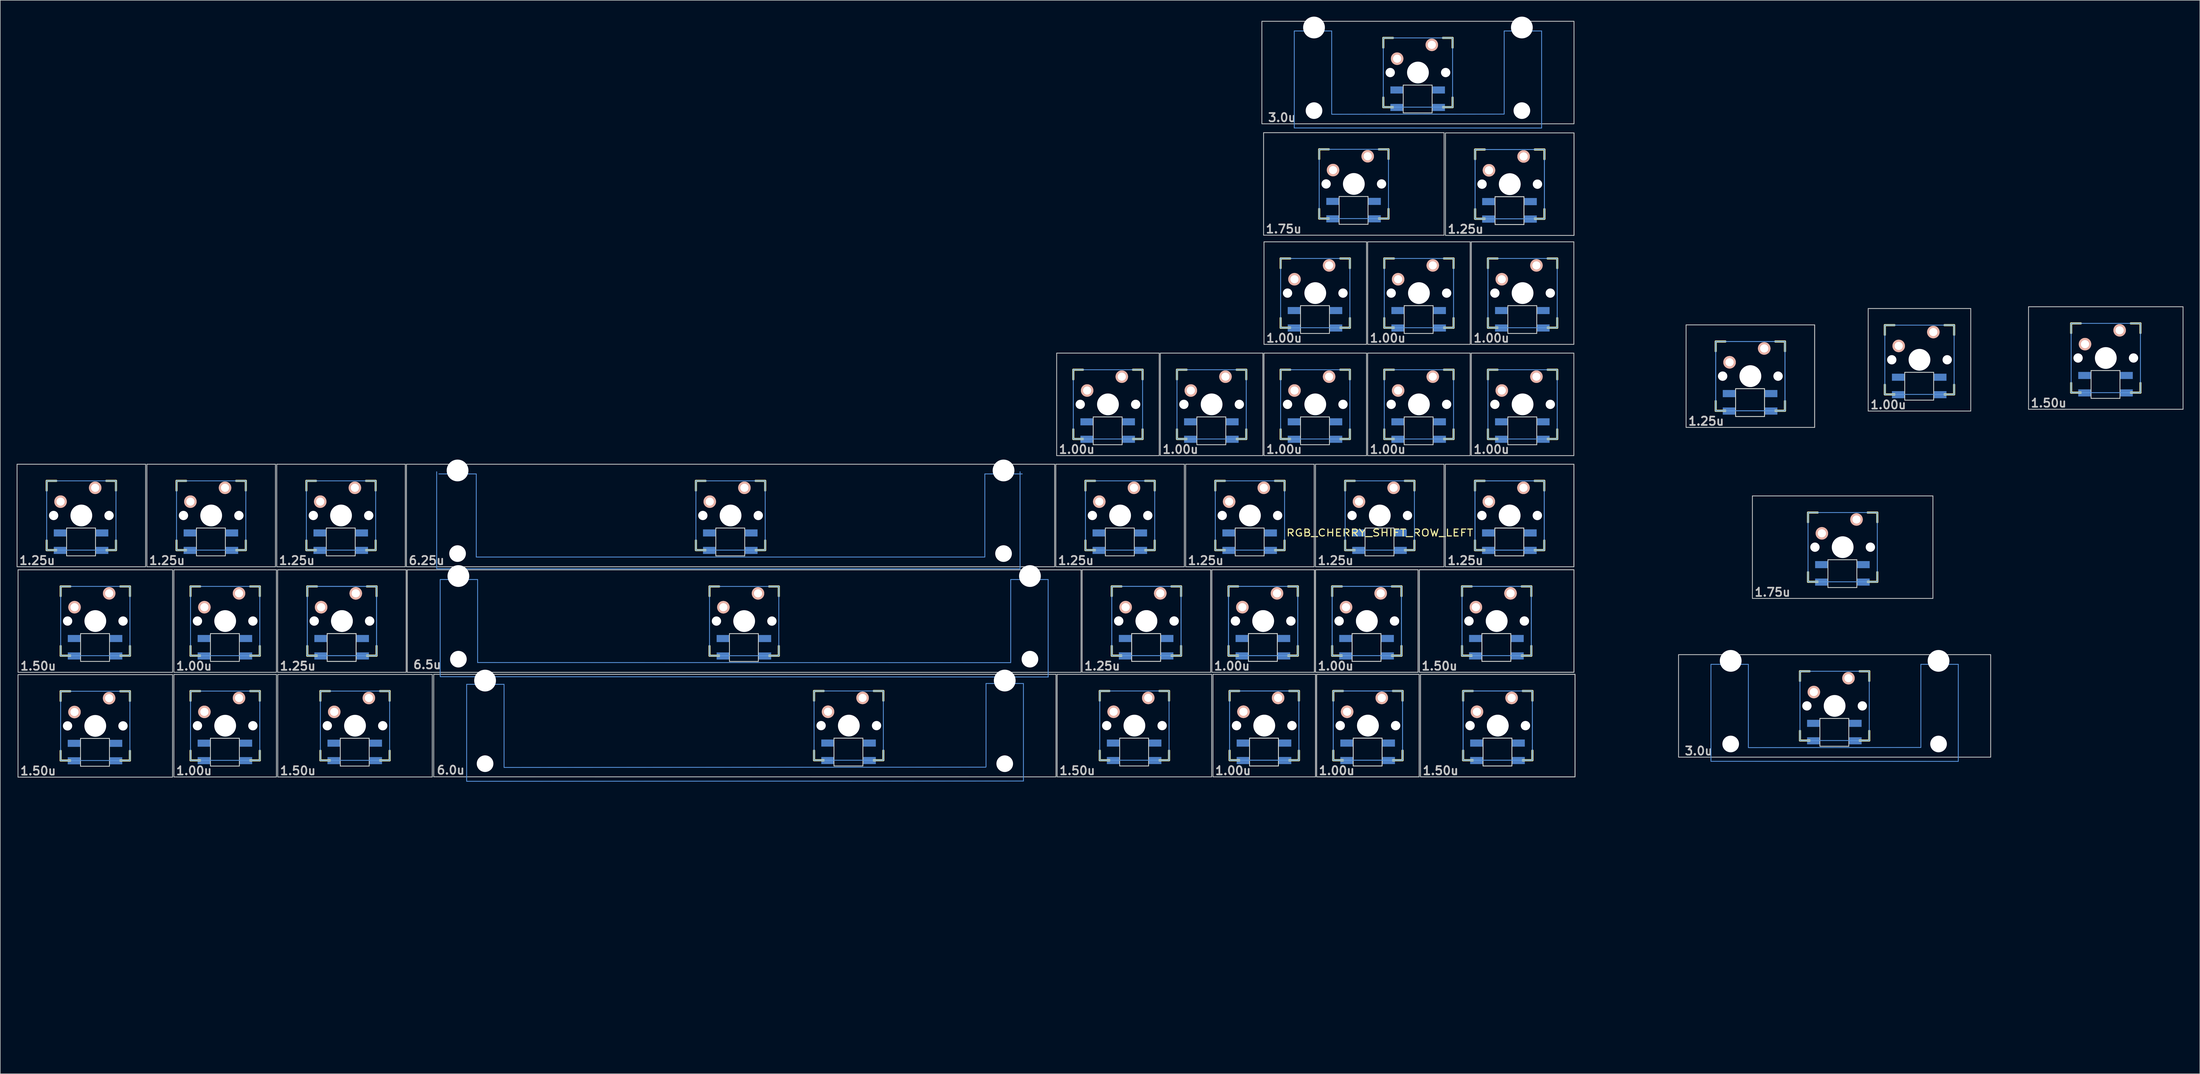
<source format=kicad_pcb>
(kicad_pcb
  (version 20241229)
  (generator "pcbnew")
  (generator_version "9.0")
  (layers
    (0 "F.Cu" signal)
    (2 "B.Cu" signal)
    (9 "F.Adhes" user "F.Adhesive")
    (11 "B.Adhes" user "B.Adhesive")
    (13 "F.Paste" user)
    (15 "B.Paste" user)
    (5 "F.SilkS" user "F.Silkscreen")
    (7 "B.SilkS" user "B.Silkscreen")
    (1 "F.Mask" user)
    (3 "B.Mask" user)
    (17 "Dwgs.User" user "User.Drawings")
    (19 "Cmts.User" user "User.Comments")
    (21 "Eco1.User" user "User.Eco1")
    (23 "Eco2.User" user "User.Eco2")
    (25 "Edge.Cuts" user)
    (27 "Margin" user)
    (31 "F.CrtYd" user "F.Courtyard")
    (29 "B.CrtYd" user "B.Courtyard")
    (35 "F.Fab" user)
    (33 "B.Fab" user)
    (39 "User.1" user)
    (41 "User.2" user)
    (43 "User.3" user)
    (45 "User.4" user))
  (footprint "RGB_CHERRY_SHIFT_ROW_LEFT"
    (layer "F.Cu")
    (at 188.802 190.574)
    (property "Reference" "RGB_CHERRY_SHIFT_ROW_LEFT" (at 61.055 -95.935 0) (layer "F.SilkS") (effects (font (size 1.27 1.524) (thickness 0.203))))
    (attr through_hole)
    (fp_line (start -183.295 -105.46) (end -181.517 -105.46) (stroke (width 0.381) (type solid)) (layer "F.SilkS"))
    (fp_line (start -183.295 -103.682) (end -183.295 -105.46) (stroke (width 0.381) (type solid)) (layer "F.SilkS"))
    (fp_line (start -183.295 -92.76) (end -183.295 -94.538) (stroke (width 0.381) (type solid)) (layer "F.SilkS"))
    (fp_line (start -181.517 -92.76) (end -183.295 -92.76) (stroke (width 0.381) (type solid)) (layer "F.SilkS"))
    (fp_line (start -180.74 -66.885) (end -178.962 -66.885) (stroke (width 0.381) (type solid)) (layer "F.SilkS"))
    (fp_line (start -180.74 -65.107) (end -180.74 -66.885) (stroke (width 0.381) (type solid)) (layer "F.SilkS"))
    (fp_line (start -180.74 -54.185) (end -180.74 -55.963) (stroke (width 0.381) (type solid)) (layer "F.SilkS"))
    (fp_line (start -180.73 -86.105) (end -178.952 -86.105) (stroke (width 0.381) (type solid)) (layer "F.SilkS"))
    (fp_line (start -180.73 -84.327) (end -180.73 -86.105) (stroke (width 0.381) (type solid)) (layer "F.SilkS"))
    (fp_line (start -180.73 -73.405) (end -180.73 -75.183) (stroke (width 0.381) (type solid)) (layer "F.SilkS"))
    (fp_line (start -178.962 -54.185) (end -180.74 -54.185) (stroke (width 0.381) (type solid)) (layer "F.SilkS"))
    (fp_line (start -178.952 -73.405) (end -180.73 -73.405) (stroke (width 0.381) (type solid)) (layer "F.SilkS"))
    (fp_line (start -172.373 -105.46) (end -170.595 -105.46) (stroke (width 0.381) (type solid)) (layer "F.SilkS"))
    (fp_line (start -170.595 -105.46) (end -170.595 -103.682) (stroke (width 0.381) (type solid)) (layer "F.SilkS"))
    (fp_line (start -170.595 -94.538) (end -170.595 -92.76) (stroke (width 0.381) (type solid)) (layer "F.SilkS"))
    (fp_line (start -170.595 -92.76) (end -172.373 -92.76) (stroke (width 0.381) (type solid)) (layer "F.SilkS"))
    (fp_line (start -169.818 -66.885) (end -168.04 -66.885) (stroke (width 0.381) (type solid)) (layer "F.SilkS"))
    (fp_line (start -169.808 -86.105) (end -168.03 -86.105) (stroke (width 0.381) (type solid)) (layer "F.SilkS"))
    (fp_line (start -168.04 -66.885) (end -168.04 -65.107) (stroke (width 0.381) (type solid)) (layer "F.SilkS"))
    (fp_line (start -168.04 -55.963) (end -168.04 -54.185) (stroke (width 0.381) (type solid)) (layer "F.SilkS"))
    (fp_line (start -168.04 -54.185) (end -169.818 -54.185) (stroke (width 0.381) (type solid)) (layer "F.SilkS"))
    (fp_line (start -168.03 -86.105) (end -168.03 -84.327) (stroke (width 0.381) (type solid)) (layer "F.SilkS"))
    (fp_line (start -168.03 -75.183) (end -168.03 -73.405) (stroke (width 0.381) (type solid)) (layer "F.SilkS"))
    (fp_line (start -168.03 -73.405) (end -169.808 -73.405) (stroke (width 0.381) (type solid)) (layer "F.SilkS"))
    (fp_line (start -159.495 -105.46) (end -157.717 -105.46) (stroke (width 0.381) (type solid)) (layer "F.SilkS"))
    (fp_line (start -159.495 -103.682) (end -159.495 -105.46) (stroke (width 0.381) (type solid)) (layer "F.SilkS"))
    (fp_line (start -159.495 -92.76) (end -159.495 -94.538) (stroke (width 0.381) (type solid)) (layer "F.SilkS"))
    (fp_line (start -157.717 -92.76) (end -159.495 -92.76) (stroke (width 0.381) (type solid)) (layer "F.SilkS"))
    (fp_line (start -156.93 -86.105) (end -155.152 -86.105) (stroke (width 0.381) (type solid)) (layer "F.SilkS"))
    (fp_line (start -156.93 -84.327) (end -156.93 -86.105) (stroke (width 0.381) (type solid)) (layer "F.SilkS"))
    (fp_line (start -156.93 -73.405) (end -156.93 -75.183) (stroke (width 0.381) (type solid)) (layer "F.SilkS"))
    (fp_line (start -156.93 -66.915) (end -155.152 -66.915) (stroke (width 0.381) (type solid)) (layer "F.SilkS"))
    (fp_line (start -156.93 -65.137) (end -156.93 -66.915) (stroke (width 0.381) (type solid)) (layer "F.SilkS"))
    (fp_line (start -156.93 -54.215) (end -156.93 -55.993) (stroke (width 0.381) (type solid)) (layer "F.SilkS"))
    (fp_line (start -155.152 -73.405) (end -156.93 -73.405) (stroke (width 0.381) (type solid)) (layer "F.SilkS"))
    (fp_line (start -155.152 -54.215) (end -156.93 -54.215) (stroke (width 0.381) (type solid)) (layer "F.SilkS"))
    (fp_line (start -148.573 -105.46) (end -146.795 -105.46) (stroke (width 0.381) (type solid)) (layer "F.SilkS"))
    (fp_line (start -146.795 -105.46) (end -146.795 -103.682) (stroke (width 0.381) (type solid)) (layer "F.SilkS"))
    (fp_line (start -146.795 -94.538) (end -146.795 -92.76) (stroke (width 0.381) (type solid)) (layer "F.SilkS"))
    (fp_line (start -146.795 -92.76) (end -148.573 -92.76) (stroke (width 0.381) (type solid)) (layer "F.SilkS"))
    (fp_line (start -146.008 -86.105) (end -144.23 -86.105) (stroke (width 0.381) (type solid)) (layer "F.SilkS"))
    (fp_line (start -146.008 -66.915) (end -144.23 -66.915) (stroke (width 0.381) (type solid)) (layer "F.SilkS"))
    (fp_line (start -144.23 -86.105) (end -144.23 -84.327) (stroke (width 0.381) (type solid)) (layer "F.SilkS"))
    (fp_line (start -144.23 -75.183) (end -144.23 -73.405) (stroke (width 0.381) (type solid)) (layer "F.SilkS"))
    (fp_line (start -144.23 -73.405) (end -146.008 -73.405) (stroke (width 0.381) (type solid)) (layer "F.SilkS"))
    (fp_line (start -144.23 -66.915) (end -144.23 -65.137) (stroke (width 0.381) (type solid)) (layer "F.SilkS"))
    (fp_line (start -144.23 -55.993) (end -144.23 -54.215) (stroke (width 0.381) (type solid)) (layer "F.SilkS"))
    (fp_line (start -144.23 -54.215) (end -146.008 -54.215) (stroke (width 0.381) (type solid)) (layer "F.SilkS"))
    (fp_line (start -135.695 -105.46) (end -133.917 -105.46) (stroke (width 0.381) (type solid)) (layer "F.SilkS"))
    (fp_line (start -135.695 -103.682) (end -135.695 -105.46) (stroke (width 0.381) (type solid)) (layer "F.SilkS"))
    (fp_line (start -135.695 -92.76) (end -135.695 -94.538) (stroke (width 0.381) (type solid)) (layer "F.SilkS"))
    (fp_line (start -135.53 -86.105) (end -133.752 -86.105) (stroke (width 0.381) (type solid)) (layer "F.SilkS"))
    (fp_line (start -135.53 -86.105) (end -133.752 -86.105) (stroke (width 0.381) (type solid)) (layer "F.SilkS"))
    (fp_line (start -135.53 -84.327) (end -135.53 -86.105) (stroke (width 0.381) (type solid)) (layer "F.SilkS"))
    (fp_line (start -135.53 -84.327) (end -135.53 -86.105) (stroke (width 0.381) (type solid)) (layer "F.SilkS"))
    (fp_line (start -135.53 -73.405) (end -135.53 -75.183) (stroke (width 0.381) (type solid)) (layer "F.SilkS"))
    (fp_line (start -135.53 -73.405) (end -135.53 -75.183) (stroke (width 0.381) (type solid)) (layer "F.SilkS"))
    (fp_line (start -133.917 -92.76) (end -135.695 -92.76) (stroke (width 0.381) (type solid)) (layer "F.SilkS"))
    (fp_line (start -133.752 -73.405) (end -135.53 -73.405) (stroke (width 0.381) (type solid)) (layer "F.SilkS"))
    (fp_line (start -133.752 -73.405) (end -135.53 -73.405) (stroke (width 0.381) (type solid)) (layer "F.SilkS"))
    (fp_line (start -133.13 -66.915) (end -131.352 -66.915) (stroke (width 0.381) (type solid)) (layer "F.SilkS"))
    (fp_line (start -133.13 -65.137) (end -133.13 -66.915) (stroke (width 0.381) (type solid)) (layer "F.SilkS"))
    (fp_line (start -133.13 -54.215) (end -133.13 -55.993) (stroke (width 0.381) (type solid)) (layer "F.SilkS"))
    (fp_line (start -131.352 -54.215) (end -133.13 -54.215) (stroke (width 0.381) (type solid)) (layer "F.SilkS"))
    (fp_line (start -124.773 -105.46) (end -122.995 -105.46) (stroke (width 0.381) (type solid)) (layer "F.SilkS"))
    (fp_line (start -124.608 -86.105) (end -122.83 -86.105) (stroke (width 0.381) (type solid)) (layer "F.SilkS"))
    (fp_line (start -124.608 -86.105) (end -122.83 -86.105) (stroke (width 0.381) (type solid)) (layer "F.SilkS"))
    (fp_line (start -122.995 -105.46) (end -122.995 -103.682) (stroke (width 0.381) (type solid)) (layer "F.SilkS"))
    (fp_line (start -122.995 -94.538) (end -122.995 -92.76) (stroke (width 0.381) (type solid)) (layer "F.SilkS"))
    (fp_line (start -122.995 -92.76) (end -124.773 -92.76) (stroke (width 0.381) (type solid)) (layer "F.SilkS"))
    (fp_line (start -122.83 -86.105) (end -122.83 -84.327) (stroke (width 0.381) (type solid)) (layer "F.SilkS"))
    (fp_line (start -122.83 -86.105) (end -122.83 -84.327) (stroke (width 0.381) (type solid)) (layer "F.SilkS"))
    (fp_line (start -122.83 -75.183) (end -122.83 -73.405) (stroke (width 0.381) (type solid)) (layer "F.SilkS"))
    (fp_line (start -122.83 -75.183) (end -122.83 -73.405) (stroke (width 0.381) (type solid)) (layer "F.SilkS"))
    (fp_line (start -122.83 -73.405) (end -124.608 -73.405) (stroke (width 0.381) (type solid)) (layer "F.SilkS"))
    (fp_line (start -122.83 -73.405) (end -124.608 -73.405) (stroke (width 0.381) (type solid)) (layer "F.SilkS"))
    (fp_line (start -122.208 -66.915) (end -120.43 -66.915) (stroke (width 0.381) (type solid)) (layer "F.SilkS"))
    (fp_line (start -120.43 -66.915) (end -120.43 -65.137) (stroke (width 0.381) (type solid)) (layer "F.SilkS"))
    (fp_line (start -120.43 -55.993) (end -120.43 -54.215) (stroke (width 0.381) (type solid)) (layer "F.SilkS"))
    (fp_line (start -120.43 -54.215) (end -122.208 -54.215) (stroke (width 0.381) (type solid)) (layer "F.SilkS"))
    (fp_line (start -64.295 -105.46) (end -62.517 -105.46) (stroke (width 0.381) (type solid)) (layer "F.SilkS"))
    (fp_line (start -64.295 -103.682) (end -64.295 -105.46) (stroke (width 0.381) (type solid)) (layer "F.SilkS"))
    (fp_line (start -64.295 -92.76) (end -64.295 -94.538) (stroke (width 0.381) (type solid)) (layer "F.SilkS"))
    (fp_line (start -62.517 -92.76) (end -64.295 -92.76) (stroke (width 0.381) (type solid)) (layer "F.SilkS"))
    (fp_line (start -61.8 -86.1) (end -60.022 -86.1) (stroke (width 0.381) (type solid)) (layer "F.SilkS"))
    (fp_line (start -61.8 -84.322) (end -61.8 -86.1) (stroke (width 0.381) (type solid)) (layer "F.SilkS"))
    (fp_line (start -61.8 -73.4) (end -61.8 -75.178) (stroke (width 0.381) (type solid)) (layer "F.SilkS"))
    (fp_line (start -60.022 -73.4) (end -61.8 -73.4) (stroke (width 0.381) (type solid)) (layer "F.SilkS"))
    (fp_line (start -53.373 -105.46) (end -51.595 -105.46) (stroke (width 0.381) (type solid)) (layer "F.SilkS"))
    (fp_line (start -51.595 -105.46) (end -51.595 -103.682) (stroke (width 0.381) (type solid)) (layer "F.SilkS"))
    (fp_line (start -51.595 -94.538) (end -51.595 -92.76) (stroke (width 0.381) (type solid)) (layer "F.SilkS"))
    (fp_line (start -51.595 -92.76) (end -53.373 -92.76) (stroke (width 0.381) (type solid)) (layer "F.SilkS"))
    (fp_line (start -50.878 -86.1) (end -49.1 -86.1) (stroke (width 0.381) (type solid)) (layer "F.SilkS"))
    (fp_line (start -49.1 -86.1) (end -49.1 -84.322) (stroke (width 0.381) (type solid)) (layer "F.SilkS"))
    (fp_line (start -49.1 -75.178) (end -49.1 -73.4) (stroke (width 0.381) (type solid)) (layer "F.SilkS"))
    (fp_line (start -49.1 -73.4) (end -50.878 -73.4) (stroke (width 0.381) (type solid)) (layer "F.SilkS"))
    (fp_line (start -42.64 -66.935) (end -40.862 -66.935) (stroke (width 0.381) (type solid)) (layer "F.SilkS"))
    (fp_line (start -42.64 -65.157) (end -42.64 -66.935) (stroke (width 0.381) (type solid)) (layer "F.SilkS"))
    (fp_line (start -42.64 -54.235) (end -42.64 -56.013) (stroke (width 0.381) (type solid)) (layer "F.SilkS"))
    (fp_line (start -40.862 -54.235) (end -42.64 -54.235) (stroke (width 0.381) (type solid)) (layer "F.SilkS"))
    (fp_line (start -31.718 -66.935) (end -29.94 -66.935) (stroke (width 0.381) (type solid)) (layer "F.SilkS"))
    (fp_line (start -29.94 -66.935) (end -29.94 -65.157) (stroke (width 0.381) (type solid)) (layer "F.SilkS"))
    (fp_line (start -29.94 -56.013) (end -29.94 -54.235) (stroke (width 0.381) (type solid)) (layer "F.SilkS"))
    (fp_line (start -29.94 -54.235) (end -31.718 -54.235) (stroke (width 0.381) (type solid)) (layer "F.SilkS"))
    (fp_line (start 4.88 -125.835) (end 6.658 -125.835) (stroke (width 0.381) (type solid)) (layer "F.SilkS"))
    (fp_line (start 4.88 -124.057) (end 4.88 -125.835) (stroke (width 0.381) (type solid)) (layer "F.SilkS"))
    (fp_line (start 4.88 -113.135) (end 4.88 -114.913) (stroke (width 0.381) (type solid)) (layer "F.SilkS"))
    (fp_line (start 6.658 -113.135) (end 4.88 -113.135) (stroke (width 0.381) (type solid)) (layer "F.SilkS"))
    (fp_line (start 7.105 -105.46) (end 8.883 -105.46) (stroke (width 0.381) (type solid)) (layer "F.SilkS"))
    (fp_line (start 7.105 -103.682) (end 7.105 -105.46) (stroke (width 0.381) (type solid)) (layer "F.SilkS"))
    (fp_line (start 7.105 -92.76) (end 7.105 -94.538) (stroke (width 0.381) (type solid)) (layer "F.SilkS"))
    (fp_line (start 8.883 -92.76) (end 7.105 -92.76) (stroke (width 0.381) (type solid)) (layer "F.SilkS"))
    (fp_line (start 9.73 -66.935) (end 11.508 -66.935) (stroke (width 0.381) (type solid)) (layer "F.SilkS"))
    (fp_line (start 9.73 -65.157) (end 9.73 -66.935) (stroke (width 0.381) (type solid)) (layer "F.SilkS"))
    (fp_line (start 9.73 -54.235) (end 9.73 -56.013) (stroke (width 0.381) (type solid)) (layer "F.SilkS"))
    (fp_line (start 11.508 -54.235) (end 9.73 -54.235) (stroke (width 0.381) (type solid)) (layer "F.SilkS"))
    (fp_line (start 11.93 -86.11) (end 13.708 -86.11) (stroke (width 0.381) (type solid)) (layer "F.SilkS"))
    (fp_line (start 11.93 -86.11) (end 13.708 -86.11) (stroke (width 0.381) (type solid)) (layer "F.SilkS"))
    (fp_line (start 11.93 -84.332) (end 11.93 -86.11) (stroke (width 0.381) (type solid)) (layer "F.SilkS"))
    (fp_line (start 11.93 -84.332) (end 11.93 -86.11) (stroke (width 0.381) (type solid)) (layer "F.SilkS"))
    (fp_line (start 11.93 -73.41) (end 11.93 -75.188) (stroke (width 0.381) (type solid)) (layer "F.SilkS"))
    (fp_line (start 11.93 -73.41) (end 11.93 -75.188) (stroke (width 0.381) (type solid)) (layer "F.SilkS"))
    (fp_line (start 13.708 -73.41) (end 11.93 -73.41) (stroke (width 0.381) (type solid)) (layer "F.SilkS"))
    (fp_line (start 13.708 -73.41) (end 11.93 -73.41) (stroke (width 0.381) (type solid)) (layer "F.SilkS"))
    (fp_line (start 15.802 -125.835) (end 17.58 -125.835) (stroke (width 0.381) (type solid)) (layer "F.SilkS"))
    (fp_line (start 17.58 -125.835) (end 17.58 -124.057) (stroke (width 0.381) (type solid)) (layer "F.SilkS"))
    (fp_line (start 17.58 -114.913) (end 17.58 -113.135) (stroke (width 0.381) (type solid)) (layer "F.SilkS"))
    (fp_line (start 17.58 -113.135) (end 15.802 -113.135) (stroke (width 0.381) (type solid)) (layer "F.SilkS"))
    (fp_line (start 18.027 -105.46) (end 19.805 -105.46) (stroke (width 0.381) (type solid)) (layer "F.SilkS"))
    (fp_line (start 19.805 -105.46) (end 19.805 -103.682) (stroke (width 0.381) (type solid)) (layer "F.SilkS"))
    (fp_line (start 19.805 -94.538) (end 19.805 -92.76) (stroke (width 0.381) (type solid)) (layer "F.SilkS"))
    (fp_line (start 19.805 -92.76) (end 18.027 -92.76) (stroke (width 0.381) (type solid)) (layer "F.SilkS"))
    (fp_line (start 20.652 -66.935) (end 22.43 -66.935) (stroke (width 0.381) (type solid)) (layer "F.SilkS"))
    (fp_line (start 22.43 -66.935) (end 22.43 -65.157) (stroke (width 0.381) (type solid)) (layer "F.SilkS"))
    (fp_line (start 22.43 -56.013) (end 22.43 -54.235) (stroke (width 0.381) (type solid)) (layer "F.SilkS"))
    (fp_line (start 22.43 -54.235) (end 20.652 -54.235) (stroke (width 0.381) (type solid)) (layer "F.SilkS"))
    (fp_line (start 22.852 -86.11) (end 24.63 -86.11) (stroke (width 0.381) (type solid)) (layer "F.SilkS"))
    (fp_line (start 22.852 -86.11) (end 24.63 -86.11) (stroke (width 0.381) (type solid)) (layer "F.SilkS"))
    (fp_line (start 23.88 -125.835) (end 25.658 -125.835) (stroke (width 0.381) (type solid)) (layer "F.SilkS"))
    (fp_line (start 23.88 -124.057) (end 23.88 -125.835) (stroke (width 0.381) (type solid)) (layer "F.SilkS"))
    (fp_line (start 23.88 -113.135) (end 23.88 -114.913) (stroke (width 0.381) (type solid)) (layer "F.SilkS"))
    (fp_line (start 24.63 -86.11) (end 24.63 -84.332) (stroke (width 0.381) (type solid)) (layer "F.SilkS"))
    (fp_line (start 24.63 -86.11) (end 24.63 -84.332) (stroke (width 0.381) (type solid)) (layer "F.SilkS"))
    (fp_line (start 24.63 -75.188) (end 24.63 -73.41) (stroke (width 0.381) (type solid)) (layer "F.SilkS"))
    (fp_line (start 24.63 -75.188) (end 24.63 -73.41) (stroke (width 0.381) (type solid)) (layer "F.SilkS"))
    (fp_line (start 24.63 -73.41) (end 22.852 -73.41) (stroke (width 0.381) (type solid)) (layer "F.SilkS"))
    (fp_line (start 24.63 -73.41) (end 22.852 -73.41) (stroke (width 0.381) (type solid)) (layer "F.SilkS"))
    (fp_line (start 25.658 -113.135) (end 23.88 -113.135) (stroke (width 0.381) (type solid)) (layer "F.SilkS"))
    (fp_line (start 30.905 -105.46) (end 32.683 -105.46) (stroke (width 0.381) (type solid)) (layer "F.SilkS"))
    (fp_line (start 30.905 -103.682) (end 30.905 -105.46) (stroke (width 0.381) (type solid)) (layer "F.SilkS"))
    (fp_line (start 30.905 -92.76) (end 30.905 -94.538) (stroke (width 0.381) (type solid)) (layer "F.SilkS"))
    (fp_line (start 32.683 -92.76) (end 30.905 -92.76) (stroke (width 0.381) (type solid)) (layer "F.SilkS"))
    (fp_line (start 33.33 -86.11) (end 35.108 -86.11) (stroke (width 0.381) (type solid)) (layer "F.SilkS"))
    (fp_line (start 33.33 -86.11) (end 35.108 -86.11) (stroke (width 0.381) (type solid)) (layer "F.SilkS"))
    (fp_line (start 33.33 -84.332) (end 33.33 -86.11) (stroke (width 0.381) (type solid)) (layer "F.SilkS"))
    (fp_line (start 33.33 -84.332) (end 33.33 -86.11) (stroke (width 0.381) (type solid)) (layer "F.SilkS"))
    (fp_line (start 33.33 -73.41) (end 33.33 -75.188) (stroke (width 0.381) (type solid)) (layer "F.SilkS"))
    (fp_line (start 33.33 -73.41) (end 33.33 -75.188) (stroke (width 0.381) (type solid)) (layer "F.SilkS"))
    (fp_line (start 33.53 -66.935) (end 35.308 -66.935) (stroke (width 0.381) (type solid)) (layer "F.SilkS"))
    (fp_line (start 33.53 -66.935) (end 35.308 -66.935) (stroke (width 0.381) (type solid)) (layer "F.SilkS"))
    (fp_line (start 33.53 -65.157) (end 33.53 -66.935) (stroke (width 0.381) (type solid)) (layer "F.SilkS"))
    (fp_line (start 33.53 -65.157) (end 33.53 -66.935) (stroke (width 0.381) (type solid)) (layer "F.SilkS"))
    (fp_line (start 33.53 -54.235) (end 33.53 -56.013) (stroke (width 0.381) (type solid)) (layer "F.SilkS"))
    (fp_line (start 33.53 -54.235) (end 33.53 -56.013) (stroke (width 0.381) (type solid)) (layer "F.SilkS"))
    (fp_line (start 34.802 -125.835) (end 36.58 -125.835) (stroke (width 0.381) (type solid)) (layer "F.SilkS"))
    (fp_line (start 35.108 -73.41) (end 33.33 -73.41) (stroke (width 0.381) (type solid)) (layer "F.SilkS"))
    (fp_line (start 35.108 -73.41) (end 33.33 -73.41) (stroke (width 0.381) (type solid)) (layer "F.SilkS"))
    (fp_line (start 35.308 -54.235) (end 33.53 -54.235) (stroke (width 0.381) (type solid)) (layer "F.SilkS"))
    (fp_line (start 35.308 -54.235) (end 33.53 -54.235) (stroke (width 0.381) (type solid)) (layer "F.SilkS"))
    (fp_line (start 36.58 -125.835) (end 36.58 -124.057) (stroke (width 0.381) (type solid)) (layer "F.SilkS"))
    (fp_line (start 36.58 -114.913) (end 36.58 -113.135) (stroke (width 0.381) (type solid)) (layer "F.SilkS"))
    (fp_line (start 36.58 -113.135) (end 34.802 -113.135) (stroke (width 0.381) (type solid)) (layer "F.SilkS"))
    (fp_line (start 41.827 -105.46) (end 43.605 -105.46) (stroke (width 0.381) (type solid)) (layer "F.SilkS"))
    (fp_line (start 42.88 -146.235) (end 44.658 -146.235) (stroke (width 0.381) (type solid)) (layer "F.SilkS"))
    (fp_line (start 42.88 -144.457) (end 42.88 -146.235) (stroke (width 0.381) (type solid)) (layer "F.SilkS"))
    (fp_line (start 42.88 -133.535) (end 42.88 -135.313) (stroke (width 0.381) (type solid)) (layer "F.SilkS"))
    (fp_line (start 42.88 -125.835) (end 44.658 -125.835) (stroke (width 0.381) (type solid)) (layer "F.SilkS"))
    (fp_line (start 42.88 -124.057) (end 42.88 -125.835) (stroke (width 0.381) (type solid)) (layer "F.SilkS"))
    (fp_line (start 42.88 -113.135) (end 42.88 -114.913) (stroke (width 0.381) (type solid)) (layer "F.SilkS"))
    (fp_line (start 43.605 -105.46) (end 43.605 -103.682) (stroke (width 0.381) (type solid)) (layer "F.SilkS"))
    (fp_line (start 43.605 -94.538) (end 43.605 -92.76) (stroke (width 0.381) (type solid)) (layer "F.SilkS"))
    (fp_line (start 43.605 -92.76) (end 41.827 -92.76) (stroke (width 0.381) (type solid)) (layer "F.SilkS"))
    (fp_line (start 44.252 -86.11) (end 46.03 -86.11) (stroke (width 0.381) (type solid)) (layer "F.SilkS"))
    (fp_line (start 44.252 -86.11) (end 46.03 -86.11) (stroke (width 0.381) (type solid)) (layer "F.SilkS"))
    (fp_line (start 44.452 -66.935) (end 46.23 -66.935) (stroke (width 0.381) (type solid)) (layer "F.SilkS"))
    (fp_line (start 44.452 -66.935) (end 46.23 -66.935) (stroke (width 0.381) (type solid)) (layer "F.SilkS"))
    (fp_line (start 44.658 -133.535) (end 42.88 -133.535) (stroke (width 0.381) (type solid)) (layer "F.SilkS"))
    (fp_line (start 44.658 -113.135) (end 42.88 -113.135) (stroke (width 0.381) (type solid)) (layer "F.SilkS"))
    (fp_line (start 46.03 -86.11) (end 46.03 -84.332) (stroke (width 0.381) (type solid)) (layer "F.SilkS"))
    (fp_line (start 46.03 -86.11) (end 46.03 -84.332) (stroke (width 0.381) (type solid)) (layer "F.SilkS"))
    (fp_line (start 46.03 -75.188) (end 46.03 -73.41) (stroke (width 0.381) (type solid)) (layer "F.SilkS"))
    (fp_line (start 46.03 -75.188) (end 46.03 -73.41) (stroke (width 0.381) (type solid)) (layer "F.SilkS"))
    (fp_line (start 46.03 -73.41) (end 44.252 -73.41) (stroke (width 0.381) (type solid)) (layer "F.SilkS"))
    (fp_line (start 46.03 -73.41) (end 44.252 -73.41) (stroke (width 0.381) (type solid)) (layer "F.SilkS"))
    (fp_line (start 46.23 -66.935) (end 46.23 -65.157) (stroke (width 0.381) (type solid)) (layer "F.SilkS"))
    (fp_line (start 46.23 -66.935) (end 46.23 -65.157) (stroke (width 0.381) (type solid)) (layer "F.SilkS"))
    (fp_line (start 46.23 -56.013) (end 46.23 -54.235) (stroke (width 0.381) (type solid)) (layer "F.SilkS"))
    (fp_line (start 46.23 -56.013) (end 46.23 -54.235) (stroke (width 0.381) (type solid)) (layer "F.SilkS"))
    (fp_line (start 46.23 -54.235) (end 44.452 -54.235) (stroke (width 0.381) (type solid)) (layer "F.SilkS"))
    (fp_line (start 46.23 -54.235) (end 44.452 -54.235) (stroke (width 0.381) (type solid)) (layer "F.SilkS"))
    (fp_line (start 49.95 -166.25) (end 51.728 -166.25) (stroke (width 0.381) (type solid)) (layer "F.SilkS"))
    (fp_line (start 49.95 -164.472) (end 49.95 -166.25) (stroke (width 0.381) (type solid)) (layer "F.SilkS"))
    (fp_line (start 49.95 -153.55) (end 49.95 -155.328) (stroke (width 0.381) (type solid)) (layer "F.SilkS"))
    (fp_line (start 51.728 -153.55) (end 49.95 -153.55) (stroke (width 0.381) (type solid)) (layer "F.SilkS"))
    (fp_line (start 52.33 -86.11) (end 54.108 -86.11) (stroke (width 0.381) (type solid)) (layer "F.SilkS"))
    (fp_line (start 52.33 -86.11) (end 54.108 -86.11) (stroke (width 0.381) (type solid)) (layer "F.SilkS"))
    (fp_line (start 52.33 -84.332) (end 52.33 -86.11) (stroke (width 0.381) (type solid)) (layer "F.SilkS"))
    (fp_line (start 52.33 -84.332) (end 52.33 -86.11) (stroke (width 0.381) (type solid)) (layer "F.SilkS"))
    (fp_line (start 52.33 -73.41) (end 52.33 -75.188) (stroke (width 0.381) (type solid)) (layer "F.SilkS"))
    (fp_line (start 52.33 -73.41) (end 52.33 -75.188) (stroke (width 0.381) (type solid)) (layer "F.SilkS"))
    (fp_line (start 52.53 -66.935) (end 54.308 -66.935) (stroke (width 0.381) (type solid)) (layer "F.SilkS"))
    (fp_line (start 52.53 -66.935) (end 54.308 -66.935) (stroke (width 0.381) (type solid)) (layer "F.SilkS"))
    (fp_line (start 52.53 -65.157) (end 52.53 -66.935) (stroke (width 0.381) (type solid)) (layer "F.SilkS"))
    (fp_line (start 52.53 -65.157) (end 52.53 -66.935) (stroke (width 0.381) (type solid)) (layer "F.SilkS"))
    (fp_line (start 52.53 -54.235) (end 52.53 -56.013) (stroke (width 0.381) (type solid)) (layer "F.SilkS"))
    (fp_line (start 52.53 -54.235) (end 52.53 -56.013) (stroke (width 0.381) (type solid)) (layer "F.SilkS"))
    (fp_line (start 53.802 -146.235) (end 55.58 -146.235) (stroke (width 0.381) (type solid)) (layer "F.SilkS"))
    (fp_line (start 53.802 -125.835) (end 55.58 -125.835) (stroke (width 0.381) (type solid)) (layer "F.SilkS"))
    (fp_line (start 54.108 -73.41) (end 52.33 -73.41) (stroke (width 0.381) (type solid)) (layer "F.SilkS"))
    (fp_line (start 54.108 -73.41) (end 52.33 -73.41) (stroke (width 0.381) (type solid)) (layer "F.SilkS"))
    (fp_line (start 54.308 -54.235) (end 52.53 -54.235) (stroke (width 0.381) (type solid)) (layer "F.SilkS"))
    (fp_line (start 54.308 -54.235) (end 52.53 -54.235) (stroke (width 0.381) (type solid)) (layer "F.SilkS"))
    (fp_line (start 54.705 -105.46) (end 56.483 -105.46) (stroke (width 0.381) (type solid)) (layer "F.SilkS"))
    (fp_line (start 54.705 -103.682) (end 54.705 -105.46) (stroke (width 0.381) (type solid)) (layer "F.SilkS"))
    (fp_line (start 54.705 -92.76) (end 54.705 -94.538) (stroke (width 0.381) (type solid)) (layer "F.SilkS"))
    (fp_line (start 55.58 -146.235) (end 55.58 -144.457) (stroke (width 0.381) (type solid)) (layer "F.SilkS"))
    (fp_line (start 55.58 -135.313) (end 55.58 -133.535) (stroke (width 0.381) (type solid)) (layer "F.SilkS"))
    (fp_line (start 55.58 -133.535) (end 53.802 -133.535) (stroke (width 0.381) (type solid)) (layer "F.SilkS"))
    (fp_line (start 55.58 -125.835) (end 55.58 -124.057) (stroke (width 0.381) (type solid)) (layer "F.SilkS"))
    (fp_line (start 55.58 -114.913) (end 55.58 -113.135) (stroke (width 0.381) (type solid)) (layer "F.SilkS"))
    (fp_line (start 55.58 -113.135) (end 53.802 -113.135) (stroke (width 0.381) (type solid)) (layer "F.SilkS"))
    (fp_line (start 56.483 -92.76) (end 54.705 -92.76) (stroke (width 0.381) (type solid)) (layer "F.SilkS"))
    (fp_line (start 60.872 -166.25) (end 62.65 -166.25) (stroke (width 0.381) (type solid)) (layer "F.SilkS"))
    (fp_line (start 61.7 -186.675) (end 63.478 -186.675) (stroke (width 0.381) (type solid)) (layer "F.SilkS"))
    (fp_line (start 61.7 -184.897) (end 61.7 -186.675) (stroke (width 0.381) (type solid)) (layer "F.SilkS"))
    (fp_line (start 61.7 -173.975) (end 61.7 -175.753) (stroke (width 0.381) (type solid)) (layer "F.SilkS"))
    (fp_line (start 61.88 -146.235) (end 63.658 -146.235) (stroke (width 0.381) (type solid)) (layer "F.SilkS"))
    (fp_line (start 61.88 -144.457) (end 61.88 -146.235) (stroke (width 0.381) (type solid)) (layer "F.SilkS"))
    (fp_line (start 61.88 -133.535) (end 61.88 -135.313) (stroke (width 0.381) (type solid)) (layer "F.SilkS"))
    (fp_line (start 61.88 -125.835) (end 63.658 -125.835) (stroke (width 0.381) (type solid)) (layer "F.SilkS"))
    (fp_line (start 61.88 -124.057) (end 61.88 -125.835) (stroke (width 0.381) (type solid)) (layer "F.SilkS"))
    (fp_line (start 61.88 -113.135) (end 61.88 -114.913) (stroke (width 0.381) (type solid)) (layer "F.SilkS"))
    (fp_line (start 62.65 -166.25) (end 62.65 -164.472) (stroke (width 0.381) (type solid)) (layer "F.SilkS"))
    (fp_line (start 62.65 -155.328) (end 62.65 -153.55) (stroke (width 0.381) (type solid)) (layer "F.SilkS"))
    (fp_line (start 62.65 -153.55) (end 60.872 -153.55) (stroke (width 0.381) (type solid)) (layer "F.SilkS"))
    (fp_line (start 63.252 -86.11) (end 65.03 -86.11) (stroke (width 0.381) (type solid)) (layer "F.SilkS"))
    (fp_line (start 63.252 -86.11) (end 65.03 -86.11) (stroke (width 0.381) (type solid)) (layer "F.SilkS"))
    (fp_line (start 63.452 -66.935) (end 65.23 -66.935) (stroke (width 0.381) (type solid)) (layer "F.SilkS"))
    (fp_line (start 63.452 -66.935) (end 65.23 -66.935) (stroke (width 0.381) (type solid)) (layer "F.SilkS"))
    (fp_line (start 63.478 -173.975) (end 61.7 -173.975) (stroke (width 0.381) (type solid)) (layer "F.SilkS"))
    (fp_line (start 63.658 -133.535) (end 61.88 -133.535) (stroke (width 0.381) (type solid)) (layer "F.SilkS"))
    (fp_line (start 63.658 -113.135) (end 61.88 -113.135) (stroke (width 0.381) (type solid)) (layer "F.SilkS"))
    (fp_line (start 65.03 -86.11) (end 65.03 -84.332) (stroke (width 0.381) (type solid)) (layer "F.SilkS"))
    (fp_line (start 65.03 -86.11) (end 65.03 -84.332) (stroke (width 0.381) (type solid)) (layer "F.SilkS"))
    (fp_line (start 65.03 -75.188) (end 65.03 -73.41) (stroke (width 0.381) (type solid)) (layer "F.SilkS"))
    (fp_line (start 65.03 -75.188) (end 65.03 -73.41) (stroke (width 0.381) (type solid)) (layer "F.SilkS"))
    (fp_line (start 65.03 -73.41) (end 63.252 -73.41) (stroke (width 0.381) (type solid)) (layer "F.SilkS"))
    (fp_line (start 65.03 -73.41) (end 63.252 -73.41) (stroke (width 0.381) (type solid)) (layer "F.SilkS"))
    (fp_line (start 65.23 -66.935) (end 65.23 -65.157) (stroke (width 0.381) (type solid)) (layer "F.SilkS"))
    (fp_line (start 65.23 -66.935) (end 65.23 -65.157) (stroke (width 0.381) (type solid)) (layer "F.SilkS"))
    (fp_line (start 65.23 -56.013) (end 65.23 -54.235) (stroke (width 0.381) (type solid)) (layer "F.SilkS"))
    (fp_line (start 65.23 -56.013) (end 65.23 -54.235) (stroke (width 0.381) (type solid)) (layer "F.SilkS"))
    (fp_line (start 65.23 -54.235) (end 63.452 -54.235) (stroke (width 0.381) (type solid)) (layer "F.SilkS"))
    (fp_line (start 65.23 -54.235) (end 63.452 -54.235) (stroke (width 0.381) (type solid)) (layer "F.SilkS"))
    (fp_line (start 65.627 -105.46) (end 67.405 -105.46) (stroke (width 0.381) (type solid)) (layer "F.SilkS"))
    (fp_line (start 67.405 -105.46) (end 67.405 -103.682) (stroke (width 0.381) (type solid)) (layer "F.SilkS"))
    (fp_line (start 67.405 -94.538) (end 67.405 -92.76) (stroke (width 0.381) (type solid)) (layer "F.SilkS"))
    (fp_line (start 67.405 -92.76) (end 65.627 -92.76) (stroke (width 0.381) (type solid)) (layer "F.SilkS"))
    (fp_line (start 72.622 -186.675) (end 74.4 -186.675) (stroke (width 0.381) (type solid)) (layer "F.SilkS"))
    (fp_line (start 72.802 -146.235) (end 74.58 -146.235) (stroke (width 0.381) (type solid)) (layer "F.SilkS"))
    (fp_line (start 72.802 -125.835) (end 74.58 -125.835) (stroke (width 0.381) (type solid)) (layer "F.SilkS"))
    (fp_line (start 74.4 -186.675) (end 74.4 -184.897) (stroke (width 0.381) (type solid)) (layer "F.SilkS"))
    (fp_line (start 74.4 -175.753) (end 74.4 -173.975) (stroke (width 0.381) (type solid)) (layer "F.SilkS"))
    (fp_line (start 74.4 -173.975) (end 72.622 -173.975) (stroke (width 0.381) (type solid)) (layer "F.SilkS"))
    (fp_line (start 74.58 -146.235) (end 74.58 -144.457) (stroke (width 0.381) (type solid)) (layer "F.SilkS"))
    (fp_line (start 74.58 -135.313) (end 74.58 -133.535) (stroke (width 0.381) (type solid)) (layer "F.SilkS"))
    (fp_line (start 74.58 -133.535) (end 72.802 -133.535) (stroke (width 0.381) (type solid)) (layer "F.SilkS"))
    (fp_line (start 74.58 -125.835) (end 74.58 -124.057) (stroke (width 0.381) (type solid)) (layer "F.SilkS"))
    (fp_line (start 74.58 -114.913) (end 74.58 -113.135) (stroke (width 0.381) (type solid)) (layer "F.SilkS"))
    (fp_line (start 74.58 -113.135) (end 72.802 -113.135) (stroke (width 0.381) (type solid)) (layer "F.SilkS"))
    (fp_line (start 76.13 -86.11) (end 77.908 -86.11) (stroke (width 0.381) (type solid)) (layer "F.SilkS"))
    (fp_line (start 76.13 -86.11) (end 77.908 -86.11) (stroke (width 0.381) (type solid)) (layer "F.SilkS"))
    (fp_line (start 76.13 -84.332) (end 76.13 -86.11) (stroke (width 0.381) (type solid)) (layer "F.SilkS"))
    (fp_line (start 76.13 -84.332) (end 76.13 -86.11) (stroke (width 0.381) (type solid)) (layer "F.SilkS"))
    (fp_line (start 76.13 -73.41) (end 76.13 -75.188) (stroke (width 0.381) (type solid)) (layer "F.SilkS"))
    (fp_line (start 76.13 -73.41) (end 76.13 -75.188) (stroke (width 0.381) (type solid)) (layer "F.SilkS"))
    (fp_line (start 76.33 -66.935) (end 78.108 -66.935) (stroke (width 0.381) (type solid)) (layer "F.SilkS"))
    (fp_line (start 76.33 -66.935) (end 78.108 -66.935) (stroke (width 0.381) (type solid)) (layer "F.SilkS"))
    (fp_line (start 76.33 -65.157) (end 76.33 -66.935) (stroke (width 0.381) (type solid)) (layer "F.SilkS"))
    (fp_line (start 76.33 -65.157) (end 76.33 -66.935) (stroke (width 0.381) (type solid)) (layer "F.SilkS"))
    (fp_line (start 76.33 -54.235) (end 76.33 -56.013) (stroke (width 0.381) (type solid)) (layer "F.SilkS"))
    (fp_line (start 76.33 -54.235) (end 76.33 -56.013) (stroke (width 0.381) (type solid)) (layer "F.SilkS"))
    (fp_line (start 77.908 -73.41) (end 76.13 -73.41) (stroke (width 0.381) (type solid)) (layer "F.SilkS"))
    (fp_line (start 77.908 -73.41) (end 76.13 -73.41) (stroke (width 0.381) (type solid)) (layer "F.SilkS"))
    (fp_line (start 78.108 -54.235) (end 76.33 -54.235) (stroke (width 0.381) (type solid)) (layer "F.SilkS"))
    (fp_line (start 78.108 -54.235) (end 76.33 -54.235) (stroke (width 0.381) (type solid)) (layer "F.SilkS"))
    (fp_line (start 78.505 -105.46) (end 80.283 -105.46) (stroke (width 0.381) (type solid)) (layer "F.SilkS"))
    (fp_line (start 78.505 -105.46) (end 80.283 -105.46) (stroke (width 0.381) (type solid)) (layer "F.SilkS"))
    (fp_line (start 78.505 -103.682) (end 78.505 -105.46) (stroke (width 0.381) (type solid)) (layer "F.SilkS"))
    (fp_line (start 78.505 -103.682) (end 78.505 -105.46) (stroke (width 0.381) (type solid)) (layer "F.SilkS"))
    (fp_line (start 78.505 -92.76) (end 78.505 -94.538) (stroke (width 0.381) (type solid)) (layer "F.SilkS"))
    (fp_line (start 78.505 -92.76) (end 78.505 -94.538) (stroke (width 0.381) (type solid)) (layer "F.SilkS"))
    (fp_line (start 78.53 -166.21) (end 80.308 -166.21) (stroke (width 0.381) (type solid)) (layer "F.SilkS"))
    (fp_line (start 78.53 -166.21) (end 80.308 -166.21) (stroke (width 0.381) (type solid)) (layer "F.SilkS"))
    (fp_line (start 78.53 -164.432) (end 78.53 -166.21) (stroke (width 0.381) (type solid)) (layer "F.SilkS"))
    (fp_line (start 78.53 -164.432) (end 78.53 -166.21) (stroke (width 0.381) (type solid)) (layer "F.SilkS"))
    (fp_line (start 78.53 -153.51) (end 78.53 -155.288) (stroke (width 0.381) (type solid)) (layer "F.SilkS"))
    (fp_line (start 78.53 -153.51) (end 78.53 -155.288) (stroke (width 0.381) (type solid)) (layer "F.SilkS"))
    (fp_line (start 80.283 -92.76) (end 78.505 -92.76) (stroke (width 0.381) (type solid)) (layer "F.SilkS"))
    (fp_line (start 80.283 -92.76) (end 78.505 -92.76) (stroke (width 0.381) (type solid)) (layer "F.SilkS"))
    (fp_line (start 80.308 -153.51) (end 78.53 -153.51) (stroke (width 0.381) (type solid)) (layer "F.SilkS"))
    (fp_line (start 80.308 -153.51) (end 78.53 -153.51) (stroke (width 0.381) (type solid)) (layer "F.SilkS"))
    (fp_line (start 80.88 -146.235) (end 82.658 -146.235) (stroke (width 0.381) (type solid)) (layer "F.SilkS"))
    (fp_line (start 80.88 -144.457) (end 80.88 -146.235) (stroke (width 0.381) (type solid)) (layer "F.SilkS"))
    (fp_line (start 80.88 -133.535) (end 80.88 -135.313) (stroke (width 0.381) (type solid)) (layer "F.SilkS"))
    (fp_line (start 80.88 -125.835) (end 82.658 -125.835) (stroke (width 0.381) (type solid)) (layer "F.SilkS"))
    (fp_line (start 80.88 -124.057) (end 80.88 -125.835) (stroke (width 0.381) (type solid)) (layer "F.SilkS"))
    (fp_line (start 80.88 -113.135) (end 80.88 -114.913) (stroke (width 0.381) (type solid)) (layer "F.SilkS"))
    (fp_line (start 82.658 -133.535) (end 80.88 -133.535) (stroke (width 0.381) (type solid)) (layer "F.SilkS"))
    (fp_line (start 82.658 -113.135) (end 80.88 -113.135) (stroke (width 0.381) (type solid)) (layer "F.SilkS"))
    (fp_line (start 87.052 -86.11) (end 88.83 -86.11) (stroke (width 0.381) (type solid)) (layer "F.SilkS"))
    (fp_line (start 87.052 -86.11) (end 88.83 -86.11) (stroke (width 0.381) (type solid)) (layer "F.SilkS"))
    (fp_line (start 87.252 -66.935) (end 89.03 -66.935) (stroke (width 0.381) (type solid)) (layer "F.SilkS"))
    (fp_line (start 87.252 -66.935) (end 89.03 -66.935) (stroke (width 0.381) (type solid)) (layer "F.SilkS"))
    (fp_line (start 88.83 -86.11) (end 88.83 -84.332) (stroke (width 0.381) (type solid)) (layer "F.SilkS"))
    (fp_line (start 88.83 -86.11) (end 88.83 -84.332) (stroke (width 0.381) (type solid)) (layer "F.SilkS"))
    (fp_line (start 88.83 -75.188) (end 88.83 -73.41) (stroke (width 0.381) (type solid)) (layer "F.SilkS"))
    (fp_line (start 88.83 -75.188) (end 88.83 -73.41) (stroke (width 0.381) (type solid)) (layer "F.SilkS"))
    (fp_line (start 88.83 -73.41) (end 87.052 -73.41) (stroke (width 0.381) (type solid)) (layer "F.SilkS"))
    (fp_line (start 88.83 -73.41) (end 87.052 -73.41) (stroke (width 0.381) (type solid)) (layer "F.SilkS"))
    (fp_line (start 89.03 -66.935) (end 89.03 -65.157) (stroke (width 0.381) (type solid)) (layer "F.SilkS"))
    (fp_line (start 89.03 -66.935) (end 89.03 -65.157) (stroke (width 0.381) (type solid)) (layer "F.SilkS"))
    (fp_line (start 89.03 -56.013) (end 89.03 -54.235) (stroke (width 0.381) (type solid)) (layer "F.SilkS"))
    (fp_line (start 89.03 -56.013) (end 89.03 -54.235) (stroke (width 0.381) (type solid)) (layer "F.SilkS"))
    (fp_line (start 89.03 -54.235) (end 87.252 -54.235) (stroke (width 0.381) (type solid)) (layer "F.SilkS"))
    (fp_line (start 89.03 -54.235) (end 87.252 -54.235) (stroke (width 0.381) (type solid)) (layer "F.SilkS"))
    (fp_line (start 89.427 -105.46) (end 91.205 -105.46) (stroke (width 0.381) (type solid)) (layer "F.SilkS"))
    (fp_line (start 89.427 -105.46) (end 91.205 -105.46) (stroke (width 0.381) (type solid)) (layer "F.SilkS"))
    (fp_line (start 89.452 -166.21) (end 91.23 -166.21) (stroke (width 0.381) (type solid)) (layer "F.SilkS"))
    (fp_line (start 89.452 -166.21) (end 91.23 -166.21) (stroke (width 0.381) (type solid)) (layer "F.SilkS"))
    (fp_line (start 91.205 -105.46) (end 91.205 -103.682) (stroke (width 0.381) (type solid)) (layer "F.SilkS"))
    (fp_line (start 91.205 -105.46) (end 91.205 -103.682) (stroke (width 0.381) (type solid)) (layer "F.SilkS"))
    (fp_line (start 91.205 -94.538) (end 91.205 -92.76) (stroke (width 0.381) (type solid)) (layer "F.SilkS"))
    (fp_line (start 91.205 -94.538) (end 91.205 -92.76) (stroke (width 0.381) (type solid)) (layer "F.SilkS"))
    (fp_line (start 91.205 -92.76) (end 89.427 -92.76) (stroke (width 0.381) (type solid)) (layer "F.SilkS"))
    (fp_line (start 91.205 -92.76) (end 89.427 -92.76) (stroke (width 0.381) (type solid)) (layer "F.SilkS"))
    (fp_line (start 91.23 -166.21) (end 91.23 -164.432) (stroke (width 0.381) (type solid)) (layer "F.SilkS"))
    (fp_line (start 91.23 -166.21) (end 91.23 -164.432) (stroke (width 0.381) (type solid)) (layer "F.SilkS"))
    (fp_line (start 91.23 -155.288) (end 91.23 -153.51) (stroke (width 0.381) (type solid)) (layer "F.SilkS"))
    (fp_line (start 91.23 -155.288) (end 91.23 -153.51) (stroke (width 0.381) (type solid)) (layer "F.SilkS"))
    (fp_line (start 91.23 -153.51) (end 89.452 -153.51) (stroke (width 0.381) (type solid)) (layer "F.SilkS"))
    (fp_line (start 91.23 -153.51) (end 89.452 -153.51) (stroke (width 0.381) (type solid)) (layer "F.SilkS"))
    (fp_line (start 91.802 -146.235) (end 93.58 -146.235) (stroke (width 0.381) (type solid)) (layer "F.SilkS"))
    (fp_line (start 91.802 -125.835) (end 93.58 -125.835) (stroke (width 0.381) (type solid)) (layer "F.SilkS"))
    (fp_line (start 93.58 -146.235) (end 93.58 -144.457) (stroke (width 0.381) (type solid)) (layer "F.SilkS"))
    (fp_line (start 93.58 -135.313) (end 93.58 -133.535) (stroke (width 0.381) (type solid)) (layer "F.SilkS"))
    (fp_line (start 93.58 -133.535) (end 91.802 -133.535) (stroke (width 0.381) (type solid)) (layer "F.SilkS"))
    (fp_line (start 93.58 -125.835) (end 93.58 -124.057) (stroke (width 0.381) (type solid)) (layer "F.SilkS"))
    (fp_line (start 93.58 -114.913) (end 93.58 -113.135) (stroke (width 0.381) (type solid)) (layer "F.SilkS"))
    (fp_line (start 93.58 -113.135) (end 91.802 -113.135) (stroke (width 0.381) (type solid)) (layer "F.SilkS"))
    (fp_line (start 122.63 -131.01) (end 124.408 -131.01) (stroke (width 0.381) (type solid)) (layer "F.SilkS"))
    (fp_line (start 122.63 -131.01) (end 124.408 -131.01) (stroke (width 0.381) (type solid)) (layer "F.SilkS"))
    (fp_line (start 122.63 -129.232) (end 122.63 -131.01) (stroke (width 0.381) (type solid)) (layer "F.SilkS"))
    (fp_line (start 122.63 -129.232) (end 122.63 -131.01) (stroke (width 0.381) (type solid)) (layer "F.SilkS"))
    (fp_line (start 122.63 -118.31) (end 122.63 -120.088) (stroke (width 0.381) (type solid)) (layer "F.SilkS"))
    (fp_line (start 122.63 -118.31) (end 122.63 -120.088) (stroke (width 0.381) (type solid)) (layer "F.SilkS"))
    (fp_line (start 124.408 -118.31) (end 122.63 -118.31) (stroke (width 0.381) (type solid)) (layer "F.SilkS"))
    (fp_line (start 124.408 -118.31) (end 122.63 -118.31) (stroke (width 0.381) (type solid)) (layer "F.SilkS"))
    (fp_line (start 133.552 -131.01) (end 135.33 -131.01) (stroke (width 0.381) (type solid)) (layer "F.SilkS"))
    (fp_line (start 133.552 -131.01) (end 135.33 -131.01) (stroke (width 0.381) (type solid)) (layer "F.SilkS"))
    (fp_line (start 135.33 -131.01) (end 135.33 -129.232) (stroke (width 0.381) (type solid)) (layer "F.SilkS"))
    (fp_line (start 135.33 -131.01) (end 135.33 -129.232) (stroke (width 0.381) (type solid)) (layer "F.SilkS"))
    (fp_line (start 135.33 -120.088) (end 135.33 -118.31) (stroke (width 0.381) (type solid)) (layer "F.SilkS"))
    (fp_line (start 135.33 -120.088) (end 135.33 -118.31) (stroke (width 0.381) (type solid)) (layer "F.SilkS"))
    (fp_line (start 135.33 -118.31) (end 133.552 -118.31) (stroke (width 0.381) (type solid)) (layer "F.SilkS"))
    (fp_line (start 135.33 -118.31) (end 133.552 -118.31) (stroke (width 0.381) (type solid)) (layer "F.SilkS"))
    (fp_line (start 138.075 -70.55) (end 139.853 -70.55) (stroke (width 0.381) (type solid)) (layer "F.SilkS"))
    (fp_line (start 138.075 -68.772) (end 138.075 -70.55) (stroke (width 0.381) (type solid)) (layer "F.SilkS"))
    (fp_line (start 138.075 -57.85) (end 138.075 -59.628) (stroke (width 0.381) (type solid)) (layer "F.SilkS"))
    (fp_line (start 139.55 -99.65) (end 141.328 -99.65) (stroke (width 0.381) (type solid)) (layer "F.SilkS"))
    (fp_line (start 139.55 -97.872) (end 139.55 -99.65) (stroke (width 0.381) (type solid)) (layer "F.SilkS"))
    (fp_line (start 139.55 -86.95) (end 139.55 -88.728) (stroke (width 0.381) (type solid)) (layer "F.SilkS"))
    (fp_line (start 139.853 -57.85) (end 138.075 -57.85) (stroke (width 0.381) (type solid)) (layer "F.SilkS"))
    (fp_line (start 141.328 -86.95) (end 139.55 -86.95) (stroke (width 0.381) (type solid)) (layer "F.SilkS"))
    (fp_line (start 148.997 -70.55) (end 150.775 -70.55) (stroke (width 0.381) (type solid)) (layer "F.SilkS"))
    (fp_line (start 150.472 -99.65) (end 152.25 -99.65) (stroke (width 0.381) (type solid)) (layer "F.SilkS"))
    (fp_line (start 150.775 -70.55) (end 150.775 -68.772) (stroke (width 0.381) (type solid)) (layer "F.SilkS"))
    (fp_line (start 150.775 -59.628) (end 150.775 -57.85) (stroke (width 0.381) (type solid)) (layer "F.SilkS"))
    (fp_line (start 150.775 -57.85) (end 148.997 -57.85) (stroke (width 0.381) (type solid)) (layer "F.SilkS"))
    (fp_line (start 152.25 -99.65) (end 152.25 -97.872) (stroke (width 0.381) (type solid)) (layer "F.SilkS"))
    (fp_line (start 152.25 -88.728) (end 152.25 -86.95) (stroke (width 0.381) (type solid)) (layer "F.SilkS"))
    (fp_line (start 152.25 -86.95) (end 150.472 -86.95) (stroke (width 0.381) (type solid)) (layer "F.SilkS"))
    (fp_line (start 153.63 -134.01) (end 155.408 -134.01) (stroke (width 0.381) (type solid)) (layer "F.SilkS"))
    (fp_line (start 153.63 -132.232) (end 153.63 -134.01) (stroke (width 0.381) (type solid)) (layer "F.SilkS"))
    (fp_line (start 153.63 -121.31) (end 153.63 -123.088) (stroke (width 0.381) (type solid)) (layer "F.SilkS"))
    (fp_line (start 155.408 -121.31) (end 153.63 -121.31) (stroke (width 0.381) (type solid)) (layer "F.SilkS"))
    (fp_line (start 164.552 -134.01) (end 166.33 -134.01) (stroke (width 0.381) (type solid)) (layer "F.SilkS"))
    (fp_line (start 166.33 -134.01) (end 166.33 -132.232) (stroke (width 0.381) (type solid)) (layer "F.SilkS"))
    (fp_line (start 166.33 -123.088) (end 166.33 -121.31) (stroke (width 0.381) (type solid)) (layer "F.SilkS"))
    (fp_line (start 166.33 -121.31) (end 164.552 -121.31) (stroke (width 0.381) (type solid)) (layer "F.SilkS"))
    (fp_line (start 187.78 -134.335) (end 189.558 -134.335) (stroke (width 0.381) (type solid)) (layer "F.SilkS"))
    (fp_line (start 187.78 -132.557) (end 187.78 -134.335) (stroke (width 0.381) (type solid)) (layer "F.SilkS"))
    (fp_line (start 187.78 -121.635) (end 187.78 -123.413) (stroke (width 0.381) (type solid)) (layer "F.SilkS"))
    (fp_line (start 189.558 -121.635) (end 187.78 -121.635) (stroke (width 0.381) (type solid)) (layer "F.SilkS"))
    (fp_line (start 198.702 -134.335) (end 200.48 -134.335) (stroke (width 0.381) (type solid)) (layer "F.SilkS"))
    (fp_line (start 200.48 -134.335) (end 200.48 -132.557) (stroke (width 0.381) (type solid)) (layer "F.SilkS"))
    (fp_line (start 200.48 -123.413) (end 200.48 -121.635) (stroke (width 0.381) (type solid)) (layer "F.SilkS"))
    (fp_line (start 200.48 -121.635) (end 198.702 -121.635) (stroke (width 0.381) (type solid)) (layer "F.SilkS"))
    (fp_line (start -188.726 -108.508) (end -165.164 -108.508) (stroke (width 0.152) (type solid)) (layer "Dwgs.User"))
    (fp_line (start -188.726 -89.712) (end -188.726 -108.508) (stroke (width 0.152) (type solid)) (layer "Dwgs.User"))
    (fp_line (start -188.55 -69.933) (end -160.23 -69.933) (stroke (width 0.152) (type solid)) (layer "Dwgs.User"))
    (fp_line (start -188.55 -51.137) (end -188.55 -69.933) (stroke (width 0.152) (type solid)) (layer "Dwgs.User"))
    (fp_line (start -188.541 -89.153) (end -160.22 -89.153) (stroke (width 0.152) (type solid)) (layer "Dwgs.User"))
    (fp_line (start -188.541 -70.357) (end -188.541 -89.153) (stroke (width 0.152) (type solid)) (layer "Dwgs.User"))
    (fp_line (start -165.164 -108.508) (end -165.164 -89.712) (stroke (width 0.152) (type solid)) (layer "Dwgs.User"))
    (fp_line (start -165.164 -89.712) (end -188.726 -89.712) (stroke (width 0.152) (type solid)) (layer "Dwgs.User"))
    (fp_line (start -164.926 -108.508) (end -141.364 -108.508) (stroke (width 0.152) (type solid)) (layer "Dwgs.User"))
    (fp_line (start -164.926 -89.712) (end -164.926 -108.508) (stroke (width 0.152) (type solid)) (layer "Dwgs.User"))
    (fp_line (start -160.23 -69.933) (end -160.23 -51.137) (stroke (width 0.152) (type solid)) (layer "Dwgs.User"))
    (fp_line (start -160.23 -51.137) (end -188.55 -51.137) (stroke (width 0.152) (type solid)) (layer "Dwgs.User"))
    (fp_line (start -160.22 -89.153) (end -160.22 -70.357) (stroke (width 0.152) (type solid)) (layer "Dwgs.User"))
    (fp_line (start -160.22 -70.357) (end -188.541 -70.357) (stroke (width 0.152) (type solid)) (layer "Dwgs.User"))
    (fp_line (start -159.978 -89.153) (end -141.182 -89.153) (stroke (width 0.152) (type solid)) (layer "Dwgs.User"))
    (fp_line (start -159.978 -70.357) (end -159.978 -89.153) (stroke (width 0.152) (type solid)) (layer "Dwgs.User"))
    (fp_line (start -159.978 -69.963) (end -141.182 -69.963) (stroke (width 0.152) (type solid)) (layer "Dwgs.User"))
    (fp_line (start -159.978 -51.167) (end -159.978 -69.963) (stroke (width 0.152) (type solid)) (layer "Dwgs.User"))
    (fp_line (start -141.364 -108.508) (end -141.364 -89.712) (stroke (width 0.152) (type solid)) (layer "Dwgs.User"))
    (fp_line (start -141.364 -89.712) (end -164.926 -89.712) (stroke (width 0.152) (type solid)) (layer "Dwgs.User"))
    (fp_line (start -141.182 -89.153) (end -141.182 -70.357) (stroke (width 0.152) (type solid)) (layer "Dwgs.User"))
    (fp_line (start -141.182 -70.357) (end -159.978 -70.357) (stroke (width 0.152) (type solid)) (layer "Dwgs.User"))
    (fp_line (start -141.182 -69.963) (end -141.182 -51.167) (stroke (width 0.152) (type solid)) (layer "Dwgs.User"))
    (fp_line (start -141.182 -51.167) (end -159.978 -51.167) (stroke (width 0.152) (type solid)) (layer "Dwgs.User"))
    (fp_line (start -141.126 -108.508) (end -117.564 -108.508) (stroke (width 0.152) (type solid)) (layer "Dwgs.User"))
    (fp_line (start -141.126 -89.712) (end -141.126 -108.508) (stroke (width 0.152) (type solid)) (layer "Dwgs.User"))
    (fp_line (start -140.961 -89.153) (end -117.399 -89.153) (stroke (width 0.152) (type solid)) (layer "Dwgs.User"))
    (fp_line (start -140.961 -70.357) (end -140.961 -89.153) (stroke (width 0.152) (type solid)) (layer "Dwgs.User"))
    (fp_line (start -140.94 -69.963) (end -112.62 -69.963) (stroke (width 0.152) (type solid)) (layer "Dwgs.User"))
    (fp_line (start -140.94 -51.167) (end -140.94 -69.963) (stroke (width 0.152) (type solid)) (layer "Dwgs.User"))
    (fp_line (start -117.564 -108.508) (end -117.564 -89.712) (stroke (width 0.152) (type solid)) (layer "Dwgs.User"))
    (fp_line (start -117.564 -89.712) (end -141.126 -89.712) (stroke (width 0.152) (type solid)) (layer "Dwgs.User"))
    (fp_line (start -117.399 -89.153) (end -117.399 -70.357) (stroke (width 0.152) (type solid)) (layer "Dwgs.User"))
    (fp_line (start -117.399 -89.153) (end -117.399 -70.357) (stroke (width 0.152) (type solid)) (layer "Dwgs.User"))
    (fp_line (start -117.399 -70.357) (end -140.961 -70.357) (stroke (width 0.152) (type solid)) (layer "Dwgs.User"))
    (fp_line (start -117.351 -108.508) (end 1.461 -108.508) (stroke (width 0.152) (type solid)) (layer "Dwgs.User"))
    (fp_line (start -117.351 -89.712) (end -117.351 -108.508) (stroke (width 0.152) (type solid)) (layer "Dwgs.User"))
    (fp_line (start -117.198 -89.148) (end 6.298 -89.148) (stroke (width 0.152) (type solid)) (layer "Dwgs.User"))
    (fp_line (start -117.198 -70.352) (end -117.198 -89.148) (stroke (width 0.152) (type solid)) (layer "Dwgs.User"))
    (fp_line (start -112.62 -69.963) (end -112.62 -51.167) (stroke (width 0.152) (type solid)) (layer "Dwgs.User"))
    (fp_line (start -112.62 -51.167) (end -140.94 -51.167) (stroke (width 0.152) (type solid)) (layer "Dwgs.User"))
    (fp_line (start -112.349 -69.983) (end 1.71 -69.983) (stroke (width 0.152) (type solid)) (layer "Dwgs.User"))
    (fp_line (start -112.349 -51.187) (end -112.349 -69.983) (stroke (width 0.152) (type solid)) (layer "Dwgs.User"))
    (fp_line (start 1.461 -108.508) (end 1.461 -89.712) (stroke (width 0.152) (type solid)) (layer "Dwgs.User"))
    (fp_line (start 1.461 -89.712) (end -117.351 -89.712) (stroke (width 0.152) (type solid)) (layer "Dwgs.User"))
    (fp_line (start 1.674 -108.508) (end 25.236 -108.508) (stroke (width 0.152) (type solid)) (layer "Dwgs.User"))
    (fp_line (start 1.674 -89.712) (end 1.674 -108.508) (stroke (width 0.152) (type solid)) (layer "Dwgs.User"))
    (fp_line (start 1.71 -69.983) (end 1.71 -51.187) (stroke (width 0.152) (type solid)) (layer "Dwgs.User"))
    (fp_line (start 1.71 -51.187) (end -112.35 -51.195) (stroke (width 0.152) (type solid)) (layer "Dwgs.User"))
    (fp_line (start 1.832 -128.883) (end 20.628 -128.883) (stroke (width 0.152) (type solid)) (layer "Dwgs.User"))
    (fp_line (start 1.832 -110.087) (end 1.832 -128.883) (stroke (width 0.152) (type solid)) (layer "Dwgs.User"))
    (fp_line (start 1.919 -69.983) (end 30.241 -69.983) (stroke (width 0.152) (type solid)) (layer "Dwgs.User"))
    (fp_line (start 1.919 -51.187) (end 1.919 -69.983) (stroke (width 0.152) (type solid)) (layer "Dwgs.User"))
    (fp_line (start 6.298 -70.352) (end -117.198 -70.352) (stroke (width 0.152) (type solid)) (layer "Dwgs.User"))
    (fp_line (start 6.3 -89.148) (end 6.3 -70.352) (stroke (width 0.152) (type solid)) (layer "Dwgs.User"))
    (fp_line (start 6.499 -89.158) (end 30.061 -89.158) (stroke (width 0.152) (type solid)) (layer "Dwgs.User"))
    (fp_line (start 6.499 -70.362) (end 6.499 -89.158) (stroke (width 0.152) (type solid)) (layer "Dwgs.User"))
    (fp_line (start 20.628 -128.883) (end 20.628 -110.087) (stroke (width 0.152) (type solid)) (layer "Dwgs.User"))
    (fp_line (start 20.628 -110.087) (end 1.832 -110.087) (stroke (width 0.152) (type solid)) (layer "Dwgs.User"))
    (fp_line (start 20.832 -128.883) (end 39.628 -128.883) (stroke (width 0.152) (type solid)) (layer "Dwgs.User"))
    (fp_line (start 20.832 -110.087) (end 20.832 -128.883) (stroke (width 0.152) (type solid)) (layer "Dwgs.User"))
    (fp_line (start 25.236 -108.508) (end 25.236 -89.712) (stroke (width 0.152) (type solid)) (layer "Dwgs.User"))
    (fp_line (start 25.236 -89.712) (end 1.674 -89.712) (stroke (width 0.152) (type solid)) (layer "Dwgs.User"))
    (fp_line (start 25.474 -108.508) (end 49.036 -108.508) (stroke (width 0.152) (type solid)) (layer "Dwgs.User"))
    (fp_line (start 25.474 -89.712) (end 25.474 -108.508) (stroke (width 0.152) (type solid)) (layer "Dwgs.User"))
    (fp_line (start 30.061 -89.158) (end 30.061 -70.362) (stroke (width 0.152) (type solid)) (layer "Dwgs.User"))
    (fp_line (start 30.061 -89.158) (end 30.061 -70.362) (stroke (width 0.152) (type solid)) (layer "Dwgs.User"))
    (fp_line (start 30.061 -70.362) (end 6.499 -70.362) (stroke (width 0.152) (type solid)) (layer "Dwgs.User"))
    (fp_line (start 30.241 -69.983) (end 30.241 -51.187) (stroke (width 0.152) (type solid)) (layer "Dwgs.User"))
    (fp_line (start 30.241 -51.187) (end 1.919 -51.187) (stroke (width 0.152) (type solid)) (layer "Dwgs.User"))
    (fp_line (start 30.282 -89.158) (end 49.078 -89.158) (stroke (width 0.152) (type solid)) (layer "Dwgs.User"))
    (fp_line (start 30.282 -70.362) (end 30.282 -89.158) (stroke (width 0.152) (type solid)) (layer "Dwgs.User"))
    (fp_line (start 30.482 -69.983) (end 49.278 -69.983) (stroke (width 0.152) (type solid)) (layer "Dwgs.User"))
    (fp_line (start 30.482 -51.187) (end 30.482 -69.983) (stroke (width 0.152) (type solid)) (layer "Dwgs.User"))
    (fp_line (start 39.444 -170.927) (end 39.444 -189.723) (stroke (width 0.152) (type solid)) (layer "Dwgs.User"))
    (fp_line (start 39.475 -189.723) (end 96.625 -189.723) (stroke (width 0.152) (type solid)) (layer "Dwgs.User"))
    (fp_line (start 39.628 -128.883) (end 39.628 -110.087) (stroke (width 0.152) (type solid)) (layer "Dwgs.User"))
    (fp_line (start 39.628 -110.087) (end 20.832 -110.087) (stroke (width 0.152) (type solid)) (layer "Dwgs.User"))
    (fp_line (start 39.757 -169.298) (end 72.843 -169.298) (stroke (width 0.152) (type solid)) (layer "Dwgs.User"))
    (fp_line (start 39.757 -150.502) (end 39.757 -169.298) (stroke (width 0.152) (type solid)) (layer "Dwgs.User"))
    (fp_line (start 39.832 -149.283) (end 58.628 -149.283) (stroke (width 0.152) (type solid)) (layer "Dwgs.User"))
    (fp_line (start 39.832 -130.487) (end 39.832 -149.283) (stroke (width 0.152) (type solid)) (layer "Dwgs.User"))
    (fp_line (start 39.832 -128.883) (end 58.628 -128.883) (stroke (width 0.152) (type solid)) (layer "Dwgs.User"))
    (fp_line (start 39.832 -110.087) (end 39.832 -128.883) (stroke (width 0.152) (type solid)) (layer "Dwgs.User"))
    (fp_line (start 49.036 -108.508) (end 49.036 -89.712) (stroke (width 0.152) (type solid)) (layer "Dwgs.User"))
    (fp_line (start 49.036 -89.712) (end 25.474 -89.712) (stroke (width 0.152) (type solid)) (layer "Dwgs.User"))
    (fp_line (start 49.078 -89.158) (end 49.078 -70.362) (stroke (width 0.152) (type solid)) (layer "Dwgs.User"))
    (fp_line (start 49.078 -89.158) (end 49.078 -70.362) (stroke (width 0.152) (type solid)) (layer "Dwgs.User"))
    (fp_line (start 49.078 -70.362) (end 30.282 -70.362) (stroke (width 0.152) (type solid)) (layer "Dwgs.User"))
    (fp_line (start 49.274 -108.508) (end 72.836 -108.508) (stroke (width 0.152) (type solid)) (layer "Dwgs.User"))
    (fp_line (start 49.274 -89.712) (end 49.274 -108.508) (stroke (width 0.152) (type solid)) (layer "Dwgs.User"))
    (fp_line (start 49.278 -69.983) (end 49.278 -51.187) (stroke (width 0.152) (type solid)) (layer "Dwgs.User"))
    (fp_line (start 49.278 -69.983) (end 49.278 -51.187) (stroke (width 0.152) (type solid)) (layer "Dwgs.User"))
    (fp_line (start 49.278 -51.187) (end 30.482 -51.187) (stroke (width 0.152) (type solid)) (layer "Dwgs.User"))
    (fp_line (start 49.282 -89.158) (end 68.078 -89.158) (stroke (width 0.152) (type solid)) (layer "Dwgs.User"))
    (fp_line (start 49.282 -89.158) (end 68.078 -89.158) (stroke (width 0.152) (type solid)) (layer "Dwgs.User"))
    (fp_line (start 49.282 -70.362) (end 49.282 -89.158) (stroke (width 0.152) (type solid)) (layer "Dwgs.User"))
    (fp_line (start 49.282 -70.362) (end 49.282 -89.158) (stroke (width 0.152) (type solid)) (layer "Dwgs.User"))
    (fp_line (start 49.482 -69.983) (end 68.278 -69.983) (stroke (width 0.152) (type solid)) (layer "Dwgs.User"))
    (fp_line (start 49.482 -69.983) (end 68.278 -69.983) (stroke (width 0.152) (type solid)) (layer "Dwgs.User"))
    (fp_line (start 49.482 -51.187) (end 49.482 -69.983) (stroke (width 0.152) (type solid)) (layer "Dwgs.User"))
    (fp_line (start 49.482 -51.187) (end 49.482 -69.983) (stroke (width 0.152) (type solid)) (layer "Dwgs.User"))
    (fp_line (start 58.628 -149.283) (end 58.628 -130.487) (stroke (width 0.152) (type solid)) (layer "Dwgs.User"))
    (fp_line (start 58.628 -130.487) (end 39.832 -130.487) (stroke (width 0.152) (type solid)) (layer "Dwgs.User"))
    (fp_line (start 58.628 -128.883) (end 58.628 -110.087) (stroke (width 0.152) (type solid)) (layer "Dwgs.User"))
    (fp_line (start 58.628 -110.087) (end 39.832 -110.087) (stroke (width 0.152) (type solid)) (layer "Dwgs.User"))
    (fp_line (start 58.832 -149.283) (end 77.628 -149.283) (stroke (width 0.152) (type solid)) (layer "Dwgs.User"))
    (fp_line (start 58.832 -130.487) (end 58.832 -149.283) (stroke (width 0.152) (type solid)) (layer "Dwgs.User"))
    (fp_line (start 58.832 -128.883) (end 77.628 -128.883) (stroke (width 0.152) (type solid)) (layer "Dwgs.User"))
    (fp_line (start 58.832 -110.087) (end 58.832 -128.883) (stroke (width 0.152) (type solid)) (layer "Dwgs.User"))
    (fp_line (start 68.078 -89.158) (end 68.078 -70.362) (stroke (width 0.152) (type solid)) (layer "Dwgs.User"))
    (fp_line (start 68.078 -89.158) (end 68.078 -70.362) (stroke (width 0.152) (type solid)) (layer "Dwgs.User"))
    (fp_line (start 68.078 -70.362) (end 49.282 -70.362) (stroke (width 0.152) (type solid)) (layer "Dwgs.User"))
    (fp_line (start 68.078 -70.362) (end 49.282 -70.362) (stroke (width 0.152) (type solid)) (layer "Dwgs.User"))
    (fp_line (start 68.278 -69.983) (end 68.278 -51.187) (stroke (width 0.152) (type solid)) (layer "Dwgs.User"))
    (fp_line (start 68.278 -69.983) (end 68.278 -51.187) (stroke (width 0.152) (type solid)) (layer "Dwgs.User"))
    (fp_line (start 68.278 -51.187) (end 49.482 -51.187) (stroke (width 0.152) (type solid)) (layer "Dwgs.User"))
    (fp_line (start 68.278 -51.187) (end 49.482 -51.187) (stroke (width 0.152) (type solid)) (layer "Dwgs.User"))
    (fp_line (start 68.32 -89.158) (end 96.641 -89.158) (stroke (width 0.152) (type solid)) (layer "Dwgs.User"))
    (fp_line (start 68.32 -89.158) (end 96.641 -89.158) (stroke (width 0.152) (type solid)) (layer "Dwgs.User"))
    (fp_line (start 68.32 -70.362) (end 68.32 -89.158) (stroke (width 0.152) (type solid)) (layer "Dwgs.User"))
    (fp_line (start 68.32 -70.362) (end 68.32 -89.158) (stroke (width 0.152) (type solid)) (layer "Dwgs.User"))
    (fp_line (start 68.519 -69.983) (end 96.841 -69.983) (stroke (width 0.152) (type solid)) (layer "Dwgs.User"))
    (fp_line (start 68.519 -69.983) (end 96.841 -69.983) (stroke (width 0.152) (type solid)) (layer "Dwgs.User"))
    (fp_line (start 68.519 -51.187) (end 68.519 -69.983) (stroke (width 0.152) (type solid)) (layer "Dwgs.User"))
    (fp_line (start 68.519 -51.187) (end 68.519 -69.983) (stroke (width 0.152) (type solid)) (layer "Dwgs.User"))
    (fp_line (start 72.836 -108.508) (end 72.836 -89.712) (stroke (width 0.152) (type solid)) (layer "Dwgs.User"))
    (fp_line (start 72.836 -89.712) (end 49.274 -89.712) (stroke (width 0.152) (type solid)) (layer "Dwgs.User"))
    (fp_line (start 72.843 -169.298) (end 72.843 -150.502) (stroke (width 0.152) (type solid)) (layer "Dwgs.User"))
    (fp_line (start 72.843 -150.502) (end 39.757 -150.502) (stroke (width 0.152) (type solid)) (layer "Dwgs.User"))
    (fp_line (start 73.074 -108.508) (end 96.636 -108.508) (stroke (width 0.152) (type solid)) (layer "Dwgs.User"))
    (fp_line (start 73.074 -89.712) (end 73.074 -108.508) (stroke (width 0.152) (type solid)) (layer "Dwgs.User"))
    (fp_line (start 73.099 -169.258) (end 96.661 -169.258) (stroke (width 0.152) (type solid)) (layer "Dwgs.User"))
    (fp_line (start 73.099 -150.462) (end 73.099 -169.258) (stroke (width 0.152) (type solid)) (layer "Dwgs.User"))
    (fp_line (start 77.628 -149.283) (end 77.628 -130.487) (stroke (width 0.152) (type solid)) (layer "Dwgs.User"))
    (fp_line (start 77.628 -130.487) (end 58.832 -130.487) (stroke (width 0.152) (type solid)) (layer "Dwgs.User"))
    (fp_line (start 77.628 -128.883) (end 77.628 -110.087) (stroke (width 0.152) (type solid)) (layer "Dwgs.User"))
    (fp_line (start 77.628 -110.087) (end 58.832 -110.087) (stroke (width 0.152) (type solid)) (layer "Dwgs.User"))
    (fp_line (start 77.832 -149.283) (end 96.628 -149.283) (stroke (width 0.152) (type solid)) (layer "Dwgs.User"))
    (fp_line (start 77.832 -130.487) (end 77.832 -149.283) (stroke (width 0.152) (type solid)) (layer "Dwgs.User"))
    (fp_line (start 77.832 -128.883) (end 96.628 -128.883) (stroke (width 0.152) (type solid)) (layer "Dwgs.User"))
    (fp_line (start 77.832 -110.087) (end 77.832 -128.883) (stroke (width 0.152) (type solid)) (layer "Dwgs.User"))
    (fp_line (start 96.625 -170.927) (end 39.475 -170.927) (stroke (width 0.152) (type solid)) (layer "Dwgs.User"))
    (fp_line (start 96.628 -149.283) (end 96.628 -130.487) (stroke (width 0.152) (type solid)) (layer "Dwgs.User"))
    (fp_line (start 96.628 -130.487) (end 77.832 -130.487) (stroke (width 0.152) (type solid)) (layer "Dwgs.User"))
    (fp_line (start 96.628 -128.883) (end 96.628 -110.087) (stroke (width 0.152) (type solid)) (layer "Dwgs.User"))
    (fp_line (start 96.628 -110.087) (end 77.832 -110.087) (stroke (width 0.152) (type solid)) (layer "Dwgs.User"))
    (fp_line (start 96.636 -108.508) (end 96.636 -89.712) (stroke (width 0.152) (type solid)) (layer "Dwgs.User"))
    (fp_line (start 96.636 -108.508) (end 96.636 -89.712) (stroke (width 0.152) (type solid)) (layer "Dwgs.User"))
    (fp_line (start 96.636 -89.712) (end 73.074 -89.712) (stroke (width 0.152) (type solid)) (layer "Dwgs.User"))
    (fp_line (start 96.641 -89.158) (end 96.641 -70.362) (stroke (width 0.152) (type solid)) (layer "Dwgs.User"))
    (fp_line (start 96.641 -89.158) (end 96.641 -70.362) (stroke (width 0.152) (type solid)) (layer "Dwgs.User"))
    (fp_line (start 96.641 -70.362) (end 68.32 -70.362) (stroke (width 0.152) (type solid)) (layer "Dwgs.User"))
    (fp_line (start 96.641 -70.362) (end 68.32 -70.362) (stroke (width 0.152) (type solid)) (layer "Dwgs.User"))
    (fp_line (start 96.656 -189.723) (end 96.656 -170.927) (stroke (width 0.152) (type solid)) (layer "Dwgs.User"))
    (fp_line (start 96.661 -169.258) (end 96.661 -150.462) (stroke (width 0.152) (type solid)) (layer "Dwgs.User"))
    (fp_line (start 96.661 -169.258) (end 96.661 -150.462) (stroke (width 0.152) (type solid)) (layer "Dwgs.User"))
    (fp_line (start 96.661 -150.462) (end 73.099 -150.462) (stroke (width 0.152) (type solid)) (layer "Dwgs.User"))
    (fp_line (start 96.841 -69.983) (end 96.841 -51.187) (stroke (width 0.152) (type solid)) (layer "Dwgs.User"))
    (fp_line (start 96.841 -69.983) (end 96.841 -51.187) (stroke (width 0.152) (type solid)) (layer "Dwgs.User"))
    (fp_line (start 96.841 -51.187) (end 68.519 -51.187) (stroke (width 0.152) (type solid)) (layer "Dwgs.User"))
    (fp_line (start 96.841 -51.187) (end 68.519 -51.187) (stroke (width 0.152) (type solid)) (layer "Dwgs.User"))
    (fp_line (start 115.819 -54.802) (end 115.819 -73.598) (stroke (width 0.152) (type solid)) (layer "Dwgs.User"))
    (fp_line (start 115.85 -73.598) (end 173 -73.598) (stroke (width 0.152) (type solid)) (layer "Dwgs.User"))
    (fp_line (start 117.199 -134.058) (end 140.761 -134.058) (stroke (width 0.152) (type solid)) (layer "Dwgs.User"))
    (fp_line (start 117.199 -115.262) (end 117.199 -134.058) (stroke (width 0.152) (type solid)) (layer "Dwgs.User"))
    (fp_line (start 129.357 -102.698) (end 162.443 -102.698) (stroke (width 0.152) (type solid)) (layer "Dwgs.User"))
    (fp_line (start 129.357 -83.902) (end 129.357 -102.698) (stroke (width 0.152) (type solid)) (layer "Dwgs.User"))
    (fp_line (start 140.761 -134.058) (end 140.761 -115.262) (stroke (width 0.152) (type solid)) (layer "Dwgs.User"))
    (fp_line (start 140.761 -134.058) (end 140.761 -115.262) (stroke (width 0.152) (type solid)) (layer "Dwgs.User"))
    (fp_line (start 140.761 -115.262) (end 117.199 -115.262) (stroke (width 0.152) (type solid)) (layer "Dwgs.User"))
    (fp_line (start 150.582 -137.058) (end 169.378 -137.058) (stroke (width 0.152) (type solid)) (layer "Dwgs.User"))
    (fp_line (start 150.582 -118.262) (end 150.582 -137.058) (stroke (width 0.152) (type solid)) (layer "Dwgs.User"))
    (fp_line (start 162.443 -102.698) (end 162.443 -83.902) (stroke (width 0.152) (type solid)) (layer "Dwgs.User"))
    (fp_line (start 162.443 -83.902) (end 129.357 -83.902) (stroke (width 0.152) (type solid)) (layer "Dwgs.User"))
    (fp_line (start 169.378 -137.058) (end 169.378 -118.262) (stroke (width 0.152) (type solid)) (layer "Dwgs.User"))
    (fp_line (start 169.378 -118.262) (end 150.582 -118.262) (stroke (width 0.152) (type solid)) (layer "Dwgs.User"))
    (fp_line (start 173 -54.802) (end 115.85 -54.802) (stroke (width 0.152) (type solid)) (layer "Dwgs.User"))
    (fp_line (start 173.031 -73.598) (end 173.031 -54.802) (stroke (width 0.152) (type solid)) (layer "Dwgs.User"))
    (fp_line (start 179.97 -137.383) (end 208.291 -137.383) (stroke (width 0.152) (type solid)) (layer "Dwgs.User"))
    (fp_line (start 179.97 -118.587) (end 179.97 -137.383) (stroke (width 0.152) (type solid)) (layer "Dwgs.User"))
    (fp_line (start 208.291 -137.383) (end 208.291 -118.587) (stroke (width 0.152) (type solid)) (layer "Dwgs.User"))
    (fp_line (start 208.291 -118.587) (end 179.97 -118.587) (stroke (width 0.152) (type solid)) (layer "Dwgs.User"))
    (fp_line (start -183.295 -105.46) (end -170.595 -105.46) (stroke (width 0.152) (type solid)) (layer "Cmts.User"))
    (fp_line (start -183.295 -92.76) (end -183.295 -105.46) (stroke (width 0.152) (type solid)) (layer "Cmts.User"))
    (fp_line (start -180.74 -66.885) (end -168.04 -66.885) (stroke (width 0.152) (type solid)) (layer "Cmts.User"))
    (fp_line (start -180.74 -54.185) (end -180.74 -66.885) (stroke (width 0.152) (type solid)) (layer "Cmts.User"))
    (fp_line (start -180.73 -86.105) (end -168.03 -86.105) (stroke (width 0.152) (type solid)) (layer "Cmts.User"))
    (fp_line (start -180.73 -73.405) (end -180.73 -86.105) (stroke (width 0.152) (type solid)) (layer "Cmts.User"))
    (fp_line (start -170.595 -105.46) (end -170.595 -92.76) (stroke (width 0.152) (type solid)) (layer "Cmts.User"))
    (fp_line (start -170.595 -92.76) (end -183.295 -92.76) (stroke (width 0.152) (type solid)) (layer "Cmts.User"))
    (fp_line (start -168.04 -66.885) (end -168.04 -54.185) (stroke (width 0.152) (type solid)) (layer "Cmts.User"))
    (fp_line (start -168.04 -54.185) (end -180.74 -54.185) (stroke (width 0.152) (type solid)) (layer "Cmts.User"))
    (fp_line (start -168.03 -86.105) (end -168.03 -73.405) (stroke (width 0.152) (type solid)) (layer "Cmts.User"))
    (fp_line (start -168.03 -73.405) (end -180.73 -73.405) (stroke (width 0.152) (type solid)) (layer "Cmts.User"))
    (fp_line (start -159.495 -105.46) (end -146.795 -105.46) (stroke (width 0.152) (type solid)) (layer "Cmts.User"))
    (fp_line (start -159.495 -92.76) (end -159.495 -105.46) (stroke (width 0.152) (type solid)) (layer "Cmts.User"))
    (fp_line (start -156.93 -86.105) (end -144.23 -86.105) (stroke (width 0.152) (type solid)) (layer "Cmts.User"))
    (fp_line (start -156.93 -73.405) (end -156.93 -86.105) (stroke (width 0.152) (type solid)) (layer "Cmts.User"))
    (fp_line (start -156.93 -66.915) (end -144.23 -66.915) (stroke (width 0.152) (type solid)) (layer "Cmts.User"))
    (fp_line (start -156.93 -54.215) (end -156.93 -66.915) (stroke (width 0.152) (type solid)) (layer "Cmts.User"))
    (fp_line (start -146.795 -105.46) (end -146.795 -92.76) (stroke (width 0.152) (type solid)) (layer "Cmts.User"))
    (fp_line (start -146.795 -92.76) (end -159.495 -92.76) (stroke (width 0.152) (type solid)) (layer "Cmts.User"))
    (fp_line (start -144.23 -86.105) (end -144.23 -73.405) (stroke (width 0.152) (type solid)) (layer "Cmts.User"))
    (fp_line (start -144.23 -73.405) (end -156.93 -73.405) (stroke (width 0.152) (type solid)) (layer "Cmts.User"))
    (fp_line (start -144.23 -66.915) (end -144.23 -54.215) (stroke (width 0.152) (type solid)) (layer "Cmts.User"))
    (fp_line (start -144.23 -54.215) (end -156.93 -54.215) (stroke (width 0.152) (type solid)) (layer "Cmts.User"))
    (fp_line (start -135.695 -105.46) (end -122.995 -105.46) (stroke (width 0.152) (type solid)) (layer "Cmts.User"))
    (fp_line (start -135.695 -92.76) (end -135.695 -105.46) (stroke (width 0.152) (type solid)) (layer "Cmts.User"))
    (fp_line (start -135.53 -86.105) (end -122.83 -86.105) (stroke (width 0.152) (type solid)) (layer "Cmts.User"))
    (fp_line (start -135.53 -86.105) (end -122.83 -86.105) (stroke (width 0.152) (type solid)) (layer "Cmts.User"))
    (fp_line (start -135.53 -73.405) (end -135.53 -86.105) (stroke (width 0.152) (type solid)) (layer "Cmts.User"))
    (fp_line (start -135.53 -73.405) (end -135.53 -86.105) (stroke (width 0.152) (type solid)) (layer "Cmts.User"))
    (fp_line (start -133.13 -66.915) (end -120.43 -66.915) (stroke (width 0.152) (type solid)) (layer "Cmts.User"))
    (fp_line (start -133.13 -54.215) (end -133.13 -66.915) (stroke (width 0.152) (type solid)) (layer "Cmts.User"))
    (fp_line (start -122.995 -105.46) (end -122.995 -92.76) (stroke (width 0.152) (type solid)) (layer "Cmts.User"))
    (fp_line (start -122.995 -92.76) (end -135.695 -92.76) (stroke (width 0.152) (type solid)) (layer "Cmts.User"))
    (fp_line (start -122.83 -86.105) (end -122.83 -73.405) (stroke (width 0.152) (type solid)) (layer "Cmts.User"))
    (fp_line (start -122.83 -86.105) (end -122.83 -73.405) (stroke (width 0.152) (type solid)) (layer "Cmts.User"))
    (fp_line (start -122.83 -73.405) (end -135.53 -73.405) (stroke (width 0.152) (type solid)) (layer "Cmts.User"))
    (fp_line (start -122.83 -73.405) (end -135.53 -73.405) (stroke (width 0.152) (type solid)) (layer "Cmts.User"))
    (fp_line (start -120.43 -66.915) (end -120.43 -54.215) (stroke (width 0.152) (type solid)) (layer "Cmts.User"))
    (fp_line (start -120.43 -54.215) (end -133.13 -54.215) (stroke (width 0.152) (type solid)) (layer "Cmts.User"))
    (fp_line (start -111.812 -107.13) (end -111.812 -89.35) (stroke (width 0.152) (type solid)) (layer "Cmts.User"))
    (fp_line (start -111.812 -89.35) (end -4.878 -89.35) (stroke (width 0.152) (type solid)) (layer "Cmts.User"))
    (fp_line (start -111.167 -87.37) (end -111.167 -69.59) (stroke (width 0.152) (type solid)) (layer "Cmts.User"))
    (fp_line (start -111.15 -69.55) (end 0.3 -69.5) (stroke (width 0.152) (type solid)) (layer "Cmts.User"))
    (fp_line (start -106.318 -68.154) (end -106.318 -50.374) (stroke (width 0.152) (type solid)) (layer "Cmts.User"))
    (fp_line (start -106.31 -50.375) (end -4.236 -50.425) (stroke (width 0.152) (type solid)) (layer "Cmts.User"))
    (fp_line (start -104.554 -106.73) (end -111.412 -106.73) (stroke (width 0.152) (type solid)) (layer "Cmts.User"))
    (fp_line (start -104.554 -91.49) (end -104.554 -106.73) (stroke (width 0.152) (type solid)) (layer "Cmts.User"))
    (fp_line (start -104.309 -87.37) (end -111.167 -87.37) (stroke (width 0.152) (type solid)) (layer "Cmts.User"))
    (fp_line (start -104.309 -72.13) (end -104.309 -87.37) (stroke (width 0.152) (type solid)) (layer "Cmts.User"))
    (fp_line (start -99.46 -68.154) (end -106.318 -68.154) (stroke (width 0.152) (type solid)) (layer "Cmts.User"))
    (fp_line (start -99.46 -52.914) (end -99.46 -68.154) (stroke (width 0.152) (type solid)) (layer "Cmts.User"))
    (fp_line (start -64.295 -105.46) (end -51.595 -105.46) (stroke (width 0.152) (type solid)) (layer "Cmts.User"))
    (fp_line (start -64.295 -92.76) (end -64.295 -105.46) (stroke (width 0.152) (type solid)) (layer "Cmts.User"))
    (fp_line (start -61.8 -86.1) (end -49.1 -86.1) (stroke (width 0.152) (type solid)) (layer "Cmts.User"))
    (fp_line (start -61.8 -73.4) (end -61.8 -86.1) (stroke (width 0.152) (type solid)) (layer "Cmts.User"))
    (fp_line (start -51.595 -105.46) (end -51.595 -92.76) (stroke (width 0.152) (type solid)) (layer "Cmts.User"))
    (fp_line (start -51.595 -92.76) (end -64.295 -92.76) (stroke (width 0.152) (type solid)) (layer "Cmts.User"))
    (fp_line (start -49.1 -86.1) (end -49.1 -73.4) (stroke (width 0.152) (type solid)) (layer "Cmts.User"))
    (fp_line (start -49.1 -73.4) (end -61.8 -73.4) (stroke (width 0.152) (type solid)) (layer "Cmts.User"))
    (fp_line (start -42.64 -66.935) (end -29.94 -66.935) (stroke (width 0.152) (type solid)) (layer "Cmts.User"))
    (fp_line (start -42.64 -54.235) (end -42.64 -66.935) (stroke (width 0.152) (type solid)) (layer "Cmts.User"))
    (fp_line (start -29.94 -66.935) (end -29.94 -54.235) (stroke (width 0.152) (type solid)) (layer "Cmts.User"))
    (fp_line (start -29.94 -54.235) (end -42.64 -54.235) (stroke (width 0.152) (type solid)) (layer "Cmts.User"))
    (fp_line (start -11.336 -106.73) (end -11.336 -91.49) (stroke (width 0.152) (type solid)) (layer "Cmts.User"))
    (fp_line (start -11.336 -91.49) (end -104.554 -91.49) (stroke (width 0.152) (type solid)) (layer "Cmts.User"))
    (fp_line (start -11.144 -52.965) (end -99.435 -52.914) (stroke (width 0.152) (type solid)) (layer "Cmts.User"))
    (fp_line (start -11.119 -68.307) (end -11.119 -53.067) (stroke (width 0.152) (type solid)) (layer "Cmts.User"))
    (fp_line (start -6.591 -87.37) (end -6.591 -72.13) (stroke (width 0.152) (type solid)) (layer "Cmts.User"))
    (fp_line (start -6.591 -72.13) (end -104.25 -72.15) (stroke (width 0.152) (type solid)) (layer "Cmts.User"))
    (fp_line (start -4.878 -89.35) (end -4.878 -107.13) (stroke (width 0.152) (type solid)) (layer "Cmts.User"))
    (fp_line (start -4.478 -106.73) (end -11.336 -106.73) (stroke (width 0.152) (type solid)) (layer "Cmts.User"))
    (fp_line (start -4.261 -68.307) (end -11.119 -68.307) (stroke (width 0.152) (type solid)) (layer "Cmts.User"))
    (fp_line (start -4.261 -50.527) (end -4.261 -68.307) (stroke (width 0.152) (type solid)) (layer "Cmts.User"))
    (fp_line (start 0.267 -87.37) (end -6.591 -87.37) (stroke (width 0.152) (type solid)) (layer "Cmts.User"))
    (fp_line (start 0.267 -69.59) (end 0.267 -87.37) (stroke (width 0.152) (type solid)) (layer "Cmts.User"))
    (fp_line (start 4.88 -125.835) (end 17.58 -125.835) (stroke (width 0.152) (type solid)) (layer "Cmts.User"))
    (fp_line (start 4.88 -113.135) (end 4.88 -125.835) (stroke (width 0.152) (type solid)) (layer "Cmts.User"))
    (fp_line (start 7.105 -105.46) (end 19.805 -105.46) (stroke (width 0.152) (type solid)) (layer "Cmts.User"))
    (fp_line (start 7.105 -92.76) (end 7.105 -105.46) (stroke (width 0.152) (type solid)) (layer "Cmts.User"))
    (fp_line (start 9.73 -66.935) (end 22.43 -66.935) (stroke (width 0.152) (type solid)) (layer "Cmts.User"))
    (fp_line (start 9.73 -54.235) (end 9.73 -66.935) (stroke (width 0.152) (type solid)) (layer "Cmts.User"))
    (fp_line (start 11.93 -86.11) (end 24.63 -86.11) (stroke (width 0.152) (type solid)) (layer "Cmts.User"))
    (fp_line (start 11.93 -86.11) (end 24.63 -86.11) (stroke (width 0.152) (type solid)) (layer "Cmts.User"))
    (fp_line (start 11.93 -73.41) (end 11.93 -86.11) (stroke (width 0.152) (type solid)) (layer "Cmts.User"))
    (fp_line (start 11.93 -73.41) (end 11.93 -86.11) (stroke (width 0.152) (type solid)) (layer "Cmts.User"))
    (fp_line (start 17.58 -125.835) (end 17.58 -113.135) (stroke (width 0.152) (type solid)) (layer "Cmts.User"))
    (fp_line (start 17.58 -113.135) (end 4.88 -113.135) (stroke (width 0.152) (type solid)) (layer "Cmts.User"))
    (fp_line (start 19.805 -105.46) (end 19.805 -92.76) (stroke (width 0.152) (type solid)) (layer "Cmts.User"))
    (fp_line (start 19.805 -92.76) (end 7.105 -92.76) (stroke (width 0.152) (type solid)) (layer "Cmts.User"))
    (fp_line (start 22.43 -66.935) (end 22.43 -54.235) (stroke (width 0.152) (type solid)) (layer "Cmts.User"))
    (fp_line (start 22.43 -54.235) (end 9.73 -54.235) (stroke (width 0.152) (type solid)) (layer "Cmts.User"))
    (fp_line (start 23.88 -125.835) (end 36.58 -125.835) (stroke (width 0.152) (type solid)) (layer "Cmts.User"))
    (fp_line (start 23.88 -113.135) (end 23.88 -125.835) (stroke (width 0.152) (type solid)) (layer "Cmts.User"))
    (fp_line (start 24.63 -86.11) (end 24.63 -73.41) (stroke (width 0.152) (type solid)) (layer "Cmts.User"))
    (fp_line (start 24.63 -86.11) (end 24.63 -73.41) (stroke (width 0.152) (type solid)) (layer "Cmts.User"))
    (fp_line (start 24.63 -73.41) (end 11.93 -73.41) (stroke (width 0.152) (type solid)) (layer "Cmts.User"))
    (fp_line (start 24.63 -73.41) (end 11.93 -73.41) (stroke (width 0.152) (type solid)) (layer "Cmts.User"))
    (fp_line (start 30.905 -105.46) (end 43.605 -105.46) (stroke (width 0.152) (type solid)) (layer "Cmts.User"))
    (fp_line (start 30.905 -92.76) (end 30.905 -105.46) (stroke (width 0.152) (type solid)) (layer "Cmts.User"))
    (fp_line (start 33.33 -86.11) (end 46.03 -86.11) (stroke (width 0.152) (type solid)) (layer "Cmts.User"))
    (fp_line (start 33.33 -86.11) (end 46.03 -86.11) (stroke (width 0.152) (type solid)) (layer "Cmts.User"))
    (fp_line (start 33.33 -73.41) (end 33.33 -86.11) (stroke (width 0.152) (type solid)) (layer "Cmts.User"))
    (fp_line (start 33.33 -73.41) (end 33.33 -86.11) (stroke (width 0.152) (type solid)) (layer "Cmts.User"))
    (fp_line (start 33.53 -66.935) (end 46.23 -66.935) (stroke (width 0.152) (type solid)) (layer "Cmts.User"))
    (fp_line (start 33.53 -66.935) (end 46.23 -66.935) (stroke (width 0.152) (type solid)) (layer "Cmts.User"))
    (fp_line (start 33.53 -54.235) (end 33.53 -66.935) (stroke (width 0.152) (type solid)) (layer "Cmts.User"))
    (fp_line (start 33.53 -54.235) (end 33.53 -66.935) (stroke (width 0.152) (type solid)) (layer "Cmts.User"))
    (fp_line (start 36.58 -125.835) (end 36.58 -113.135) (stroke (width 0.152) (type solid)) (layer "Cmts.User"))
    (fp_line (start 36.58 -113.135) (end 23.88 -113.135) (stroke (width 0.152) (type solid)) (layer "Cmts.User"))
    (fp_line (start 42.88 -146.235) (end 55.58 -146.235) (stroke (width 0.152) (type solid)) (layer "Cmts.User"))
    (fp_line (start 42.88 -133.535) (end 42.88 -146.235) (stroke (width 0.152) (type solid)) (layer "Cmts.User"))
    (fp_line (start 42.88 -125.835) (end 55.58 -125.835) (stroke (width 0.152) (type solid)) (layer "Cmts.User"))
    (fp_line (start 42.88 -113.135) (end 42.88 -125.835) (stroke (width 0.152) (type solid)) (layer "Cmts.User"))
    (fp_line (start 43.605 -105.46) (end 43.605 -92.76) (stroke (width 0.152) (type solid)) (layer "Cmts.User"))
    (fp_line (start 43.605 -92.76) (end 30.905 -92.76) (stroke (width 0.152) (type solid)) (layer "Cmts.User"))
    (fp_line (start 45.383 -187.945) (end 45.383 -170.165) (stroke (width 0.152) (type solid)) (layer "Cmts.User"))
    (fp_line (start 45.383 -170.165) (end 90.725 -170.15) (stroke (width 0.152) (type solid)) (layer "Cmts.User"))
    (fp_line (start 46.03 -86.11) (end 46.03 -73.41) (stroke (width 0.152) (type solid)) (layer "Cmts.User"))
    (fp_line (start 46.03 -86.11) (end 46.03 -73.41) (stroke (width 0.152) (type solid)) (layer "Cmts.User"))
    (fp_line (start 46.03 -73.41) (end 33.33 -73.41) (stroke (width 0.152) (type solid)) (layer "Cmts.User"))
    (fp_line (start 46.03 -73.41) (end 33.33 -73.41) (stroke (width 0.152) (type solid)) (layer "Cmts.User"))
    (fp_line (start 46.23 -66.935) (end 46.23 -54.235) (stroke (width 0.152) (type solid)) (layer "Cmts.User"))
    (fp_line (start 46.23 -66.935) (end 46.23 -54.235) (stroke (width 0.152) (type solid)) (layer "Cmts.User"))
    (fp_line (start 46.23 -54.235) (end 33.53 -54.235) (stroke (width 0.152) (type solid)) (layer "Cmts.User"))
    (fp_line (start 46.23 -54.235) (end 33.53 -54.235) (stroke (width 0.152) (type solid)) (layer "Cmts.User"))
    (fp_line (start 49.95 -166.25) (end 62.65 -166.25) (stroke (width 0.152) (type solid)) (layer "Cmts.User"))
    (fp_line (start 49.95 -153.55) (end 49.95 -166.25) (stroke (width 0.152) (type solid)) (layer "Cmts.User"))
    (fp_line (start 52.241 -187.945) (end 45.383 -187.945) (stroke (width 0.152) (type solid)) (layer "Cmts.User"))
    (fp_line (start 52.241 -172.705) (end 52.241 -187.945) (stroke (width 0.152) (type solid)) (layer "Cmts.User"))
    (fp_line (start 52.33 -86.11) (end 65.03 -86.11) (stroke (width 0.152) (type solid)) (layer "Cmts.User"))
    (fp_line (start 52.33 -86.11) (end 65.03 -86.11) (stroke (width 0.152) (type solid)) (layer "Cmts.User"))
    (fp_line (start 52.33 -73.41) (end 52.33 -86.11) (stroke (width 0.152) (type solid)) (layer "Cmts.User"))
    (fp_line (start 52.33 -73.41) (end 52.33 -86.11) (stroke (width 0.152) (type solid)) (layer "Cmts.User"))
    (fp_line (start 52.53 -66.935) (end 65.23 -66.935) (stroke (width 0.152) (type solid)) (layer "Cmts.User"))
    (fp_line (start 52.53 -66.935) (end 65.23 -66.935) (stroke (width 0.152) (type solid)) (layer "Cmts.User"))
    (fp_line (start 52.53 -54.235) (end 52.53 -66.935) (stroke (width 0.152) (type solid)) (layer "Cmts.User"))
    (fp_line (start 52.53 -54.235) (end 52.53 -66.935) (stroke (width 0.152) (type solid)) (layer "Cmts.User"))
    (fp_line (start 54.705 -105.46) (end 67.405 -105.46) (stroke (width 0.152) (type solid)) (layer "Cmts.User"))
    (fp_line (start 54.705 -92.76) (end 54.705 -105.46) (stroke (width 0.152) (type solid)) (layer "Cmts.User"))
    (fp_line (start 55.58 -146.235) (end 55.58 -133.535) (stroke (width 0.152) (type solid)) (layer "Cmts.User"))
    (fp_line (start 55.58 -133.535) (end 42.88 -133.535) (stroke (width 0.152) (type solid)) (layer "Cmts.User"))
    (fp_line (start 55.58 -125.835) (end 55.58 -113.135) (stroke (width 0.152) (type solid)) (layer "Cmts.User"))
    (fp_line (start 55.58 -113.135) (end 42.88 -113.135) (stroke (width 0.152) (type solid)) (layer "Cmts.User"))
    (fp_line (start 61.7 -186.675) (end 74.4 -186.675) (stroke (width 0.152) (type solid)) (layer "Cmts.User"))
    (fp_line (start 61.7 -173.975) (end 61.7 -186.675) (stroke (width 0.152) (type solid)) (layer "Cmts.User"))
    (fp_line (start 61.88 -146.235) (end 74.58 -146.235) (stroke (width 0.152) (type solid)) (layer "Cmts.User"))
    (fp_line (start 61.88 -133.535) (end 61.88 -146.235) (stroke (width 0.152) (type solid)) (layer "Cmts.User"))
    (fp_line (start 61.88 -125.835) (end 74.58 -125.835) (stroke (width 0.152) (type solid)) (layer "Cmts.User"))
    (fp_line (start 61.88 -113.135) (end 61.88 -125.835) (stroke (width 0.152) (type solid)) (layer "Cmts.User"))
    (fp_line (start 62.65 -166.25) (end 62.65 -153.55) (stroke (width 0.152) (type solid)) (layer "Cmts.User"))
    (fp_line (start 62.65 -153.55) (end 49.95 -153.55) (stroke (width 0.152) (type solid)) (layer "Cmts.User"))
    (fp_line (start 65.03 -86.11) (end 65.03 -73.41) (stroke (width 0.152) (type solid)) (layer "Cmts.User"))
    (fp_line (start 65.03 -86.11) (end 65.03 -73.41) (stroke (width 0.152) (type solid)) (layer "Cmts.User"))
    (fp_line (start 65.03 -73.41) (end 52.33 -73.41) (stroke (width 0.152) (type solid)) (layer "Cmts.User"))
    (fp_line (start 65.03 -73.41) (end 52.33 -73.41) (stroke (width 0.152) (type solid)) (layer "Cmts.User"))
    (fp_line (start 65.23 -66.935) (end 65.23 -54.235) (stroke (width 0.152) (type solid)) (layer "Cmts.User"))
    (fp_line (start 65.23 -66.935) (end 65.23 -54.235) (stroke (width 0.152) (type solid)) (layer "Cmts.User"))
    (fp_line (start 65.23 -54.235) (end 52.53 -54.235) (stroke (width 0.152) (type solid)) (layer "Cmts.User"))
    (fp_line (start 65.23 -54.235) (end 52.53 -54.235) (stroke (width 0.152) (type solid)) (layer "Cmts.User"))
    (fp_line (start 67.405 -105.46) (end 67.405 -92.76) (stroke (width 0.152) (type solid)) (layer "Cmts.User"))
    (fp_line (start 67.405 -92.76) (end 54.705 -92.76) (stroke (width 0.152) (type solid)) (layer "Cmts.User"))
    (fp_line (start 74.4 -186.675) (end 74.4 -173.975) (stroke (width 0.152) (type solid)) (layer "Cmts.User"))
    (fp_line (start 74.4 -173.975) (end 61.7 -173.975) (stroke (width 0.152) (type solid)) (layer "Cmts.User"))
    (fp_line (start 74.58 -146.235) (end 74.58 -133.535) (stroke (width 0.152) (type solid)) (layer "Cmts.User"))
    (fp_line (start 74.58 -133.535) (end 61.88 -133.535) (stroke (width 0.152) (type solid)) (layer "Cmts.User"))
    (fp_line (start 74.58 -125.835) (end 74.58 -113.135) (stroke (width 0.152) (type solid)) (layer "Cmts.User"))
    (fp_line (start 74.58 -113.135) (end 61.88 -113.135) (stroke (width 0.152) (type solid)) (layer "Cmts.User"))
    (fp_line (start 76.13 -86.11) (end 88.83 -86.11) (stroke (width 0.152) (type solid)) (layer "Cmts.User"))
    (fp_line (start 76.13 -86.11) (end 88.83 -86.11) (stroke (width 0.152) (type solid)) (layer "Cmts.User"))
    (fp_line (start 76.13 -73.41) (end 76.13 -86.11) (stroke (width 0.152) (type solid)) (layer "Cmts.User"))
    (fp_line (start 76.13 -73.41) (end 76.13 -86.11) (stroke (width 0.152) (type solid)) (layer "Cmts.User"))
    (fp_line (start 76.33 -66.935) (end 89.03 -66.935) (stroke (width 0.152) (type solid)) (layer "Cmts.User"))
    (fp_line (start 76.33 -66.935) (end 89.03 -66.935) (stroke (width 0.152) (type solid)) (layer "Cmts.User"))
    (fp_line (start 76.33 -54.235) (end 76.33 -66.935) (stroke (width 0.152) (type solid)) (layer "Cmts.User"))
    (fp_line (start 76.33 -54.235) (end 76.33 -66.935) (stroke (width 0.152) (type solid)) (layer "Cmts.User"))
    (fp_line (start 78.505 -105.46) (end 91.205 -105.46) (stroke (width 0.152) (type solid)) (layer "Cmts.User"))
    (fp_line (start 78.505 -105.46) (end 91.205 -105.46) (stroke (width 0.152) (type solid)) (layer "Cmts.User"))
    (fp_line (start 78.505 -92.76) (end 78.505 -105.46) (stroke (width 0.152) (type solid)) (layer "Cmts.User"))
    (fp_line (start 78.505 -92.76) (end 78.505 -105.46) (stroke (width 0.152) (type solid)) (layer "Cmts.User"))
    (fp_line (start 78.53 -166.21) (end 91.23 -166.21) (stroke (width 0.152) (type solid)) (layer "Cmts.User"))
    (fp_line (start 78.53 -166.21) (end 91.23 -166.21) (stroke (width 0.152) (type solid)) (layer "Cmts.User"))
    (fp_line (start 78.53 -153.51) (end 78.53 -166.21) (stroke (width 0.152) (type solid)) (layer "Cmts.User"))
    (fp_line (start 78.53 -153.51) (end 78.53 -166.21) (stroke (width 0.152) (type solid)) (layer "Cmts.User"))
    (fp_line (start 80.88 -146.235) (end 93.58 -146.235) (stroke (width 0.152) (type solid)) (layer "Cmts.User"))
    (fp_line (start 80.88 -133.535) (end 80.88 -146.235) (stroke (width 0.152) (type solid)) (layer "Cmts.User"))
    (fp_line (start 80.88 -125.835) (end 93.58 -125.835) (stroke (width 0.152) (type solid)) (layer "Cmts.User"))
    (fp_line (start 80.88 -113.135) (end 80.88 -125.835) (stroke (width 0.152) (type solid)) (layer "Cmts.User"))
    (fp_line (start 83.85 -172.7) (end 52.25 -172.675) (stroke (width 0.152) (type solid)) (layer "Cmts.User"))
    (fp_line (start 83.859 -187.945) (end 83.859 -172.705) (stroke (width 0.152) (type solid)) (layer "Cmts.User"))
    (fp_line (start 88.83 -86.11) (end 88.83 -73.41) (stroke (width 0.152) (type solid)) (layer "Cmts.User"))
    (fp_line (start 88.83 -86.11) (end 88.83 -73.41) (stroke (width 0.152) (type solid)) (layer "Cmts.User"))
    (fp_line (start 88.83 -73.41) (end 76.13 -73.41) (stroke (width 0.152) (type solid)) (layer "Cmts.User"))
    (fp_line (start 88.83 -73.41) (end 76.13 -73.41) (stroke (width 0.152) (type solid)) (layer "Cmts.User"))
    (fp_line (start 89.03 -66.935) (end 89.03 -54.235) (stroke (width 0.152) (type solid)) (layer "Cmts.User"))
    (fp_line (start 89.03 -66.935) (end 89.03 -54.235) (stroke (width 0.152) (type solid)) (layer "Cmts.User"))
    (fp_line (start 89.03 -54.235) (end 76.33 -54.235) (stroke (width 0.152) (type solid)) (layer "Cmts.User"))
    (fp_line (start 89.03 -54.235) (end 76.33 -54.235) (stroke (width 0.152) (type solid)) (layer "Cmts.User"))
    (fp_line (start 90.717 -187.945) (end 83.859 -187.945) (stroke (width 0.152) (type solid)) (layer "Cmts.User"))
    (fp_line (start 90.717 -170.165) (end 90.717 -187.945) (stroke (width 0.152) (type solid)) (layer "Cmts.User"))
    (fp_line (start 91.205 -105.46) (end 91.205 -92.76) (stroke (width 0.152) (type solid)) (layer "Cmts.User"))
    (fp_line (start 91.205 -105.46) (end 91.205 -92.76) (stroke (width 0.152) (type solid)) (layer "Cmts.User"))
    (fp_line (start 91.205 -92.76) (end 78.505 -92.76) (stroke (width 0.152) (type solid)) (layer "Cmts.User"))
    (fp_line (start 91.205 -92.76) (end 78.505 -92.76) (stroke (width 0.152) (type solid)) (layer "Cmts.User"))
    (fp_line (start 91.23 -166.21) (end 91.23 -153.51) (stroke (width 0.152) (type solid)) (layer "Cmts.User"))
    (fp_line (start 91.23 -166.21) (end 91.23 -153.51) (stroke (width 0.152) (type solid)) (layer "Cmts.User"))
    (fp_line (start 91.23 -153.51) (end 78.53 -153.51) (stroke (width 0.152) (type solid)) (layer "Cmts.User"))
    (fp_line (start 91.23 -153.51) (end 78.53 -153.51) (stroke (width 0.152) (type solid)) (layer "Cmts.User"))
    (fp_line (start 93.58 -146.235) (end 93.58 -133.535) (stroke (width 0.152) (type solid)) (layer "Cmts.User"))
    (fp_line (start 93.58 -133.535) (end 80.88 -133.535) (stroke (width 0.152) (type solid)) (layer "Cmts.User"))
    (fp_line (start 93.58 -125.835) (end 93.58 -113.135) (stroke (width 0.152) (type solid)) (layer "Cmts.User"))
    (fp_line (start 93.58 -113.135) (end 80.88 -113.135) (stroke (width 0.152) (type solid)) (layer "Cmts.User"))
    (fp_line (start 121.758 -71.82) (end 121.758 -54.04) (stroke (width 0.152) (type solid)) (layer "Cmts.User"))
    (fp_line (start 121.758 -54.04) (end 167.1 -54.025) (stroke (width 0.152) (type solid)) (layer "Cmts.User"))
    (fp_line (start 122.63 -131.01) (end 135.33 -131.01) (stroke (width 0.152) (type solid)) (layer "Cmts.User"))
    (fp_line (start 122.63 -131.01) (end 135.33 -131.01) (stroke (width 0.152) (type solid)) (layer "Cmts.User"))
    (fp_line (start 122.63 -118.31) (end 122.63 -131.01) (stroke (width 0.152) (type solid)) (layer "Cmts.User"))
    (fp_line (start 122.63 -118.31) (end 122.63 -131.01) (stroke (width 0.152) (type solid)) (layer "Cmts.User"))
    (fp_line (start 128.616 -71.82) (end 121.758 -71.82) (stroke (width 0.152) (type solid)) (layer "Cmts.User"))
    (fp_line (start 128.616 -56.58) (end 128.616 -71.82) (stroke (width 0.152) (type solid)) (layer "Cmts.User"))
    (fp_line (start 135.33 -131.01) (end 135.33 -118.31) (stroke (width 0.152) (type solid)) (layer "Cmts.User"))
    (fp_line (start 135.33 -131.01) (end 135.33 -118.31) (stroke (width 0.152) (type solid)) (layer "Cmts.User"))
    (fp_line (start 135.33 -118.31) (end 122.63 -118.31) (stroke (width 0.152) (type solid)) (layer "Cmts.User"))
    (fp_line (start 135.33 -118.31) (end 122.63 -118.31) (stroke (width 0.152) (type solid)) (layer "Cmts.User"))
    (fp_line (start 138.075 -70.55) (end 150.775 -70.55) (stroke (width 0.152) (type solid)) (layer "Cmts.User"))
    (fp_line (start 138.075 -57.85) (end 138.075 -70.55) (stroke (width 0.152) (type solid)) (layer "Cmts.User"))
    (fp_line (start 139.55 -99.65) (end 152.25 -99.65) (stroke (width 0.152) (type solid)) (layer "Cmts.User"))
    (fp_line (start 139.55 -86.95) (end 139.55 -99.65) (stroke (width 0.152) (type solid)) (layer "Cmts.User"))
    (fp_line (start 150.775 -70.55) (end 150.775 -57.85) (stroke (width 0.152) (type solid)) (layer "Cmts.User"))
    (fp_line (start 150.775 -57.85) (end 138.075 -57.85) (stroke (width 0.152) (type solid)) (layer "Cmts.User"))
    (fp_line (start 152.25 -99.65) (end 152.25 -86.95) (stroke (width 0.152) (type solid)) (layer "Cmts.User"))
    (fp_line (start 152.25 -86.95) (end 139.55 -86.95) (stroke (width 0.152) (type solid)) (layer "Cmts.User"))
    (fp_line (start 153.63 -134.01) (end 166.33 -134.01) (stroke (width 0.152) (type solid)) (layer "Cmts.User"))
    (fp_line (start 153.63 -121.31) (end 153.63 -134.01) (stroke (width 0.152) (type solid)) (layer "Cmts.User"))
    (fp_line (start 160.225 -56.575) (end 128.625 -56.55) (stroke (width 0.152) (type solid)) (layer "Cmts.User"))
    (fp_line (start 160.234 -71.82) (end 160.234 -56.58) (stroke (width 0.152) (type solid)) (layer "Cmts.User"))
    (fp_line (start 166.33 -134.01) (end 166.33 -121.31) (stroke (width 0.152) (type solid)) (layer "Cmts.User"))
    (fp_line (start 166.33 -121.31) (end 153.63 -121.31) (stroke (width 0.152) (type solid)) (layer "Cmts.User"))
    (fp_line (start 167.092 -71.82) (end 160.234 -71.82) (stroke (width 0.152) (type solid)) (layer "Cmts.User"))
    (fp_line (start 167.092 -54.04) (end 167.092 -71.82) (stroke (width 0.152) (type solid)) (layer "Cmts.User"))
    (fp_line (start 187.78 -134.335) (end 200.48 -134.335) (stroke (width 0.152) (type solid)) (layer "Cmts.User"))
    (fp_line (start 187.78 -121.635) (end 187.78 -134.335) (stroke (width 0.152) (type solid)) (layer "Cmts.User"))
    (fp_line (start 200.48 -134.335) (end 200.48 -121.635) (stroke (width 0.152) (type solid)) (layer "Cmts.User"))
    (fp_line (start 200.48 -121.635) (end 187.78 -121.635) (stroke (width 0.152) (type solid)) (layer "Cmts.User"))
    (fp_line (start -183.93 -106.095) (end -169.96 -106.095) (stroke (width 0.152) (type solid)) (layer "Eco2.User"))
    (fp_line (start -183.93 -92.125) (end -183.93 -106.095) (stroke (width 0.152) (type solid)) (layer "Eco2.User"))
    (fp_line (start -181.375 -67.52) (end -167.405 -67.52) (stroke (width 0.152) (type solid)) (layer "Eco2.User"))
    (fp_line (start -181.375 -53.55) (end -181.375 -67.52) (stroke (width 0.152) (type solid)) (layer "Eco2.User"))
    (fp_line (start -181.365 -86.74) (end -167.395 -86.74) (stroke (width 0.152) (type solid)) (layer "Eco2.User"))
    (fp_line (start -181.365 -72.77) (end -181.365 -86.74) (stroke (width 0.152) (type solid)) (layer "Eco2.User"))
    (fp_line (start -169.96 -106.095) (end -169.96 -92.125) (stroke (width 0.152) (type solid)) (layer "Eco2.User"))
    (fp_line (start -169.96 -92.125) (end -183.93 -92.125) (stroke (width 0.152) (type solid)) (layer "Eco2.User"))
    (fp_line (start -167.405 -67.52) (end -167.405 -53.55) (stroke (width 0.152) (type solid)) (layer "Eco2.User"))
    (fp_line (start -167.405 -53.55) (end -181.375 -53.55) (stroke (width 0.152) (type solid)) (layer "Eco2.User"))
    (fp_line (start -167.395 -86.74) (end -167.395 -72.77) (stroke (width 0.152) (type solid)) (layer "Eco2.User"))
    (fp_line (start -167.395 -72.77) (end -181.365 -72.77) (stroke (width 0.152) (type solid)) (layer "Eco2.User"))
    (fp_line (start -160.13 -106.095) (end -146.16 -106.095) (stroke (width 0.152) (type solid)) (layer "Eco2.User"))
    (fp_line (start -160.13 -92.125) (end -160.13 -106.095) (stroke (width 0.152) (type solid)) (layer "Eco2.User"))
    (fp_line (start -157.565 -86.74) (end -143.595 -86.74) (stroke (width 0.152) (type solid)) (layer "Eco2.User"))
    (fp_line (start -157.565 -72.77) (end -157.565 -86.74) (stroke (width 0.152) (type solid)) (layer "Eco2.User"))
    (fp_line (start -157.565 -67.55) (end -143.595 -67.55) (stroke (width 0.152) (type solid)) (layer "Eco2.User"))
    (fp_line (start -157.565 -53.58) (end -157.565 -67.55) (stroke (width 0.152) (type solid)) (layer "Eco2.User"))
    (fp_line (start -146.16 -106.095) (end -146.16 -92.125) (stroke (width 0.152) (type solid)) (layer "Eco2.User"))
    (fp_line (start -146.16 -92.125) (end -160.13 -92.125) (stroke (width 0.152) (type solid)) (layer "Eco2.User"))
    (fp_line (start -143.595 -86.74) (end -143.595 -72.77) (stroke (width 0.152) (type solid)) (layer "Eco2.User"))
    (fp_line (start -143.595 -72.77) (end -157.565 -72.77) (stroke (width 0.152) (type solid)) (layer "Eco2.User"))
    (fp_line (start -143.595 -67.55) (end -143.595 -53.58) (stroke (width 0.152) (type solid)) (layer "Eco2.User"))
    (fp_line (start -143.595 -53.58) (end -157.565 -53.58) (stroke (width 0.152) (type solid)) (layer "Eco2.User"))
    (fp_line (start -136.33 -106.095) (end -122.36 -106.095) (stroke (width 0.152) (type solid)) (layer "Eco2.User"))
    (fp_line (start -136.33 -92.125) (end -136.33 -106.095) (stroke (width 0.152) (type solid)) (layer "Eco2.User"))
    (fp_line (start -136.165 -86.74) (end -122.195 -86.74) (stroke (width 0.152) (type solid)) (layer "Eco2.User"))
    (fp_line (start -136.165 -86.74) (end -122.195 -86.74) (stroke (width 0.152) (type solid)) (layer "Eco2.User"))
    (fp_line (start -136.165 -72.77) (end -136.165 -86.74) (stroke (width 0.152) (type solid)) (layer "Eco2.User"))
    (fp_line (start -136.165 -72.77) (end -136.165 -86.74) (stroke (width 0.152) (type solid)) (layer "Eco2.User"))
    (fp_line (start -133.765 -67.55) (end -119.795 -67.55) (stroke (width 0.152) (type solid)) (layer "Eco2.User"))
    (fp_line (start -133.765 -53.58) (end -133.765 -67.55) (stroke (width 0.152) (type solid)) (layer "Eco2.User"))
    (fp_line (start -122.36 -106.095) (end -122.36 -92.125) (stroke (width 0.152) (type solid)) (layer "Eco2.User"))
    (fp_line (start -122.36 -92.125) (end -136.33 -92.125) (stroke (width 0.152) (type solid)) (layer "Eco2.User"))
    (fp_line (start -122.195 -86.74) (end -122.195 -72.77) (stroke (width 0.152) (type solid)) (layer "Eco2.User"))
    (fp_line (start -122.195 -86.74) (end -122.195 -72.77) (stroke (width 0.152) (type solid)) (layer "Eco2.User"))
    (fp_line (start -122.195 -72.77) (end -136.165 -72.77) (stroke (width 0.152) (type solid)) (layer "Eco2.User"))
    (fp_line (start -122.195 -72.77) (end -136.165 -72.77) (stroke (width 0.152) (type solid)) (layer "Eco2.User"))
    (fp_line (start -119.795 -67.55) (end -119.795 -53.58) (stroke (width 0.152) (type solid)) (layer "Eco2.User"))
    (fp_line (start -119.795 -53.58) (end -133.765 -53.58) (stroke (width 0.152) (type solid)) (layer "Eco2.User"))
    (fp_line (start -112.174 -101.396) (end -111.31 -101.396) (stroke (width 0.152) (type solid)) (layer "Eco2.User"))
    (fp_line (start -112.174 -98.602) (end -112.174 -101.396) (stroke (width 0.152) (type solid)) (layer "Eco2.User"))
    (fp_line (start -111.31 -104.8) (end -104.656 -104.8) (stroke (width 0.152) (type solid)) (layer "Eco2.User"))
    (fp_line (start -111.31 -101.396) (end -111.31 -104.8) (stroke (width 0.152) (type solid)) (layer "Eco2.User"))
    (fp_line (start -111.31 -98.602) (end -112.174 -98.602) (stroke (width 0.152) (type solid)) (layer "Eco2.User"))
    (fp_line (start -111.31 -92.506) (end -111.31 -98.602) (stroke (width 0.152) (type solid)) (layer "Eco2.User"))
    (fp_line (start -111.065 -85.44) (end -104.411 -85.44) (stroke (width 0.152) (type solid)) (layer "Eco2.User"))
    (fp_line (start -111.065 -82.036) (end -111.065 -85.44) (stroke (width 0.152) (type solid)) (layer "Eco2.User"))
    (fp_line (start -111.065 -73.146) (end -111.065 -79.242) (stroke (width 0.152) (type solid)) (layer "Eco2.User"))
    (fp_line (start -110.269 -92.506) (end -111.31 -92.506) (stroke (width 0.152) (type solid)) (layer "Eco2.User"))
    (fp_line (start -110.269 -91.338) (end -110.269 -92.506) (stroke (width 0.152) (type solid)) (layer "Eco2.User"))
    (fp_line (start -110.024 -73.146) (end -111.065 -73.146) (stroke (width 0.152) (type solid)) (layer "Eco2.User"))
    (fp_line (start -110.024 -71.978) (end -110.024 -73.146) (stroke (width 0.152) (type solid)) (layer "Eco2.User"))
    (fp_line (start -109.679 -82.036) (end -108.815 -82.036) (stroke (width 0.152) (type solid)) (layer "Eco2.User"))
    (fp_line (start -109.679 -79.242) (end -109.679 -82.036) (stroke (width 0.152) (type solid)) (layer "Eco2.User"))
    (fp_line (start -108.815 -79.242) (end -109.679 -79.242) (stroke (width 0.152) (type solid)) (layer "Eco2.User"))
    (fp_line (start -107.08 -62.82) (end -106.217 -62.82) (stroke (width 0.152) (type solid)) (layer "Eco2.User"))
    (fp_line (start -107.08 -60.026) (end -107.08 -62.82) (stroke (width 0.152) (type solid)) (layer "Eco2.User"))
    (fp_line (start -106.217 -66.224) (end -99.562 -66.224) (stroke (width 0.152) (type solid)) (layer "Eco2.User"))
    (fp_line (start -106.217 -62.82) (end -106.217 -66.224) (stroke (width 0.152) (type solid)) (layer "Eco2.User"))
    (fp_line (start -106.217 -60.026) (end -107.08 -60.026) (stroke (width 0.152) (type solid)) (layer "Eco2.User"))
    (fp_line (start -106.217 -53.93) (end -106.217 -60.026) (stroke (width 0.152) (type solid)) (layer "Eco2.User"))
    (fp_line (start -105.697 -92.506) (end -105.697 -91.338) (stroke (width 0.152) (type solid)) (layer "Eco2.User"))
    (fp_line (start -105.697 -91.338) (end -110.269 -91.338) (stroke (width 0.152) (type solid)) (layer "Eco2.User"))
    (fp_line (start -105.452 -73.146) (end -105.452 -71.978) (stroke (width 0.152) (type solid)) (layer "Eco2.User"))
    (fp_line (start -105.452 -71.978) (end -110.024 -71.978) (stroke (width 0.152) (type solid)) (layer "Eco2.User"))
    (fp_line (start -105.175 -53.93) (end -106.217 -53.93) (stroke (width 0.152) (type solid)) (layer "Eco2.User"))
    (fp_line (start -105.175 -52.762) (end -105.175 -53.93) (stroke (width 0.152) (type solid)) (layer "Eco2.User"))
    (fp_line (start -104.656 -104.8) (end -104.656 -101.396) (stroke (width 0.152) (type solid)) (layer "Eco2.User"))
    (fp_line (start -104.656 -101.396) (end -64.93 -101.396) (stroke (width 0.152) (type solid)) (layer "Eco2.User"))
    (fp_line (start -104.656 -96.824) (end -104.656 -92.506) (stroke (width 0.152) (type solid)) (layer "Eco2.User"))
    (fp_line (start -104.656 -92.506) (end -105.697 -92.506) (stroke (width 0.152) (type solid)) (layer "Eco2.User"))
    (fp_line (start -104.45 -82.036) (end -62.45 -82.05) (stroke (width 0.152) (type solid)) (layer "Eco2.User"))
    (fp_line (start -104.411 -85.44) (end -104.411 -82.036) (stroke (width 0.152) (type solid)) (layer "Eco2.User"))
    (fp_line (start -104.411 -77.464) (end -104.411 -73.146) (stroke (width 0.152) (type solid)) (layer "Eco2.User"))
    (fp_line (start -104.411 -73.146) (end -105.452 -73.146) (stroke (width 0.152) (type solid)) (layer "Eco2.User"))
    (fp_line (start -100.603 -53.93) (end -100.603 -52.762) (stroke (width 0.152) (type solid)) (layer "Eco2.User"))
    (fp_line (start -100.603 -52.762) (end -105.175 -52.762) (stroke (width 0.152) (type solid)) (layer "Eco2.User"))
    (fp_line (start -99.587 -62.871) (end -43.29 -62.885) (stroke (width 0.152) (type solid)) (layer "Eco2.User"))
    (fp_line (start -99.562 -66.224) (end -99.562 -62.82) (stroke (width 0.152) (type solid)) (layer "Eco2.User"))
    (fp_line (start -99.562 -58.248) (end -99.562 -53.93) (stroke (width 0.152) (type solid)) (layer "Eco2.User"))
    (fp_line (start -99.562 -53.93) (end -100.603 -53.93) (stroke (width 0.152) (type solid)) (layer "Eco2.User"))
    (fp_line (start -64.93 -106.095) (end -50.96 -106.095) (stroke (width 0.152) (type solid)) (layer "Eco2.User"))
    (fp_line (start -64.93 -101.396) (end -64.93 -106.095) (stroke (width 0.152) (type solid)) (layer "Eco2.User"))
    (fp_line (start -64.93 -96.824) (end -104.656 -96.824) (stroke (width 0.152) (type solid)) (layer "Eco2.User"))
    (fp_line (start -64.93 -92.125) (end -64.93 -96.824) (stroke (width 0.152) (type solid)) (layer "Eco2.User"))
    (fp_line (start -62.45 -77.45) (end -104.45 -77.464) (stroke (width 0.152) (type solid)) (layer "Eco2.User"))
    (fp_line (start -62.435 -86.735) (end -48.465 -86.735) (stroke (width 0.152) (type solid)) (layer "Eco2.User"))
    (fp_line (start -62.435 -82.036) (end -62.435 -86.735) (stroke (width 0.152) (type solid)) (layer "Eco2.User"))
    (fp_line (start -62.435 -72.765) (end -62.435 -77.464) (stroke (width 0.152) (type solid)) (layer "Eco2.User"))
    (fp_line (start -50.96 -106.095) (end -50.96 -101.396) (stroke (width 0.152) (type solid)) (layer "Eco2.User"))
    (fp_line (start -50.96 -101.396) (end -11.234 -101.396) (stroke (width 0.152) (type solid)) (layer "Eco2.User"))
    (fp_line (start -50.96 -96.824) (end -50.96 -92.125) (stroke (width 0.152) (type solid)) (layer "Eco2.User"))
    (fp_line (start -50.96 -92.125) (end -64.93 -92.125) (stroke (width 0.152) (type solid)) (layer "Eco2.User"))
    (fp_line (start -48.465 -86.735) (end -48.465 -82.036) (stroke (width 0.152) (type solid)) (layer "Eco2.User"))
    (fp_line (start -48.465 -77.464) (end -48.465 -72.765) (stroke (width 0.152) (type solid)) (layer "Eco2.User"))
    (fp_line (start -48.465 -72.765) (end -62.435 -72.765) (stroke (width 0.152) (type solid)) (layer "Eco2.User"))
    (fp_line (start -48.45 -82.05) (end -6.489 -82.036) (stroke (width 0.152) (type solid)) (layer "Eco2.User"))
    (fp_line (start -43.29 -58.285) (end -99.587 -58.299) (stroke (width 0.152) (type solid)) (layer "Eco2.User"))
    (fp_line (start -43.275 -67.57) (end -29.305 -67.57) (stroke (width 0.152) (type solid)) (layer "Eco2.User"))
    (fp_line (start -43.275 -62.871) (end -43.275 -67.57) (stroke (width 0.152) (type solid)) (layer "Eco2.User"))
    (fp_line (start -43.275 -53.6) (end -43.275 -58.299) (stroke (width 0.152) (type solid)) (layer "Eco2.User"))
    (fp_line (start -29.305 -67.57) (end -29.305 -62.871) (stroke (width 0.152) (type solid)) (layer "Eco2.User"))
    (fp_line (start -29.305 -58.299) (end -29.305 -53.6) (stroke (width 0.152) (type solid)) (layer "Eco2.User"))
    (fp_line (start -29.305 -53.6) (end -43.275 -53.6) (stroke (width 0.152) (type solid)) (layer "Eco2.User"))
    (fp_line (start -29.29 -62.885) (end -10.992 -62.871) (stroke (width 0.152) (type solid)) (layer "Eco2.User"))
    (fp_line (start -11.234 -104.8) (end -4.58 -104.8) (stroke (width 0.152) (type solid)) (layer "Eco2.User"))
    (fp_line (start -11.234 -101.396) (end -11.234 -104.8) (stroke (width 0.152) (type solid)) (layer "Eco2.User"))
    (fp_line (start -11.234 -96.824) (end -50.96 -96.824) (stroke (width 0.152) (type solid)) (layer "Eco2.User"))
    (fp_line (start -11.234 -92.506) (end -11.234 -96.824) (stroke (width 0.152) (type solid)) (layer "Eco2.User"))
    (fp_line (start -11.043 -58.299) (end -29.29 -58.285) (stroke (width 0.152) (type solid)) (layer "Eco2.User"))
    (fp_line (start -11.017 -66.376) (end -4.363 -66.376) (stroke (width 0.152) (type solid)) (layer "Eco2.User"))
    (fp_line (start -11.017 -62.973) (end -11.017 -66.376) (stroke (width 0.152) (type solid)) (layer "Eco2.User"))
    (fp_line (start -11.017 -54.083) (end -10.992 -58.299) (stroke (width 0.152) (type solid)) (layer "Eco2.User"))
    (fp_line (start -10.193 -92.506) (end -11.234 -92.506) (stroke (width 0.152) (type solid)) (layer "Eco2.User"))
    (fp_line (start -10.193 -91.338) (end -10.193 -92.506) (stroke (width 0.152) (type solid)) (layer "Eco2.User"))
    (fp_line (start -9.976 -54.083) (end -11.017 -54.083) (stroke (width 0.152) (type solid)) (layer "Eco2.User"))
    (fp_line (start -9.976 -52.914) (end -9.976 -54.083) (stroke (width 0.152) (type solid)) (layer "Eco2.User"))
    (fp_line (start -6.489 -85.44) (end 0.165 -85.44) (stroke (width 0.152) (type solid)) (layer "Eco2.User"))
    (fp_line (start -6.489 -82.036) (end -6.489 -85.44) (stroke (width 0.152) (type solid)) (layer "Eco2.User"))
    (fp_line (start -6.489 -77.464) (end -48.45 -77.45) (stroke (width 0.152) (type solid)) (layer "Eco2.User"))
    (fp_line (start -6.489 -73.146) (end -6.489 -77.464) (stroke (width 0.152) (type solid)) (layer "Eco2.User"))
    (fp_line (start -5.621 -92.506) (end -5.621 -91.338) (stroke (width 0.152) (type solid)) (layer "Eco2.User"))
    (fp_line (start -5.621 -91.338) (end -10.193 -91.338) (stroke (width 0.152) (type solid)) (layer "Eco2.User"))
    (fp_line (start -5.448 -73.146) (end -6.489 -73.146) (stroke (width 0.152) (type solid)) (layer "Eco2.User"))
    (fp_line (start -5.448 -71.978) (end -5.448 -73.146) (stroke (width 0.152) (type solid)) (layer "Eco2.User"))
    (fp_line (start -5.404 -54.083) (end -5.404 -52.914) (stroke (width 0.152) (type solid)) (layer "Eco2.User"))
    (fp_line (start -5.404 -52.914) (end -9.976 -52.914) (stroke (width 0.152) (type solid)) (layer "Eco2.User"))
    (fp_line (start -4.58 -104.8) (end -4.58 -101.396) (stroke (width 0.152) (type solid)) (layer "Eco2.User"))
    (fp_line (start -4.58 -101.396) (end -3.716 -101.396) (stroke (width 0.152) (type solid)) (layer "Eco2.User"))
    (fp_line (start -4.58 -98.602) (end -4.58 -92.506) (stroke (width 0.152) (type solid)) (layer "Eco2.User"))
    (fp_line (start -4.58 -92.506) (end -5.621 -92.506) (stroke (width 0.152) (type solid)) (layer "Eco2.User"))
    (fp_line (start -4.363 -66.376) (end -4.363 -62.973) (stroke (width 0.152) (type solid)) (layer "Eco2.User"))
    (fp_line (start -4.363 -62.973) (end -3.499 -62.973) (stroke (width 0.152) (type solid)) (layer "Eco2.User"))
    (fp_line (start -4.363 -60.179) (end -4.363 -54.083) (stroke (width 0.152) (type solid)) (layer "Eco2.User"))
    (fp_line (start -4.363 -54.083) (end -5.404 -54.083) (stroke (width 0.152) (type solid)) (layer "Eco2.User"))
    (fp_line (start -3.716 -101.396) (end -3.716 -98.602) (stroke (width 0.152) (type solid)) (layer "Eco2.User"))
    (fp_line (start -3.716 -98.602) (end -4.58 -98.602) (stroke (width 0.152) (type solid)) (layer "Eco2.User"))
    (fp_line (start -3.499 -62.973) (end -3.499 -60.179) (stroke (width 0.152) (type solid)) (layer "Eco2.User"))
    (fp_line (start -3.499 -60.179) (end -4.363 -60.179) (stroke (width 0.152) (type solid)) (layer "Eco2.User"))
    (fp_line (start -0.876 -73.146) (end -0.876 -71.978) (stroke (width 0.152) (type solid)) (layer "Eco2.User"))
    (fp_line (start -0.876 -71.978) (end -5.448 -71.978) (stroke (width 0.152) (type solid)) (layer "Eco2.User"))
    (fp_line (start 0.165 -85.44) (end 0.165 -82.036) (stroke (width 0.152) (type solid)) (layer "Eco2.User"))
    (fp_line (start 0.165 -82.036) (end 1.029 -82.036) (stroke (width 0.152) (type solid)) (layer "Eco2.User"))
    (fp_line (start 0.165 -79.242) (end 0.165 -73.146) (stroke (width 0.152) (type solid)) (layer "Eco2.User"))
    (fp_line (start 0.165 -73.146) (end -0.876 -73.146) (stroke (width 0.152) (type solid)) (layer "Eco2.User"))
    (fp_line (start 1.029 -82.036) (end 1.029 -79.242) (stroke (width 0.152) (type solid)) (layer "Eco2.User"))
    (fp_line (start 1.029 -79.242) (end 0.165 -79.242) (stroke (width 0.152) (type solid)) (layer "Eco2.User"))
    (fp_line (start 4.245 -126.47) (end 18.215 -126.47) (stroke (width 0.152) (type solid)) (layer "Eco2.User"))
    (fp_line (start 4.245 -112.5) (end 4.245 -126.47) (stroke (width 0.152) (type solid)) (layer "Eco2.User"))
    (fp_line (start 6.47 -106.095) (end 20.44 -106.095) (stroke (width 0.152) (type solid)) (layer "Eco2.User"))
    (fp_line (start 6.47 -92.125) (end 6.47 -106.095) (stroke (width 0.152) (type solid)) (layer "Eco2.User"))
    (fp_line (start 9.095 -67.57) (end 23.065 -67.57) (stroke (width 0.152) (type solid)) (layer "Eco2.User"))
    (fp_line (start 9.095 -53.6) (end 9.095 -67.57) (stroke (width 0.152) (type solid)) (layer "Eco2.User"))
    (fp_line (start 11.295 -86.745) (end 25.265 -86.745) (stroke (width 0.152) (type solid)) (layer "Eco2.User"))
    (fp_line (start 11.295 -86.745) (end 25.265 -86.745) (stroke (width 0.152) (type solid)) (layer "Eco2.User"))
    (fp_line (start 11.295 -72.775) (end 11.295 -86.745) (stroke (width 0.152) (type solid)) (layer "Eco2.User"))
    (fp_line (start 11.295 -72.775) (end 11.295 -86.745) (stroke (width 0.152) (type solid)) (layer "Eco2.User"))
    (fp_line (start 18.215 -126.47) (end 18.215 -112.5) (stroke (width 0.152) (type solid)) (layer "Eco2.User"))
    (fp_line (start 18.215 -112.5) (end 4.245 -112.5) (stroke (width 0.152) (type solid)) (layer "Eco2.User"))
    (fp_line (start 20.44 -106.095) (end 20.44 -92.125) (stroke (width 0.152) (type solid)) (layer "Eco2.User"))
    (fp_line (start 20.44 -92.125) (end 6.47 -92.125) (stroke (width 0.152) (type solid)) (layer "Eco2.User"))
    (fp_line (start 23.065 -67.57) (end 23.065 -53.6) (stroke (width 0.152) (type solid)) (layer "Eco2.User"))
    (fp_line (start 23.065 -53.6) (end 9.095 -53.6) (stroke (width 0.152) (type solid)) (layer "Eco2.User"))
    (fp_line (start 23.245 -126.47) (end 37.215 -126.47) (stroke (width 0.152) (type solid)) (layer "Eco2.User"))
    (fp_line (start 23.245 -112.5) (end 23.245 -126.47) (stroke (width 0.152) (type solid)) (layer "Eco2.User"))
    (fp_line (start 25.265 -86.745) (end 25.265 -72.775) (stroke (width 0.152) (type solid)) (layer "Eco2.User"))
    (fp_line (start 25.265 -86.745) (end 25.265 -72.775) (stroke (width 0.152) (type solid)) (layer "Eco2.User"))
    (fp_line (start 25.265 -72.775) (end 11.295 -72.775) (stroke (width 0.152) (type solid)) (layer "Eco2.User"))
    (fp_line (start 25.265 -72.775) (end 11.295 -72.775) (stroke (width 0.152) (type solid)) (layer "Eco2.User"))
    (fp_line (start 30.27 -106.095) (end 44.24 -106.095) (stroke (width 0.152) (type solid)) (layer "Eco2.User"))
    (fp_line (start 30.27 -92.125) (end 30.27 -106.095) (stroke (width 0.152) (type solid)) (layer "Eco2.User"))
    (fp_line (start 32.695 -86.745) (end 46.665 -86.745) (stroke (width 0.152) (type solid)) (layer "Eco2.User"))
    (fp_line (start 32.695 -86.745) (end 46.665 -86.745) (stroke (width 0.152) (type solid)) (layer "Eco2.User"))
    (fp_line (start 32.695 -72.775) (end 32.695 -86.745) (stroke (width 0.152) (type solid)) (layer "Eco2.User"))
    (fp_line (start 32.695 -72.775) (end 32.695 -86.745) (stroke (width 0.152) (type solid)) (layer "Eco2.User"))
    (fp_line (start 32.895 -67.57) (end 46.865 -67.57) (stroke (width 0.152) (type solid)) (layer "Eco2.User"))
    (fp_line (start 32.895 -67.57) (end 46.865 -67.57) (stroke (width 0.152) (type solid)) (layer "Eco2.User"))
    (fp_line (start 32.895 -53.6) (end 32.895 -67.57) (stroke (width 0.152) (type solid)) (layer "Eco2.User"))
    (fp_line (start 32.895 -53.6) (end 32.895 -67.57) (stroke (width 0.152) (type solid)) (layer "Eco2.User"))
    (fp_line (start 37.215 -126.47) (end 37.215 -112.5) (stroke (width 0.152) (type solid)) (layer "Eco2.User"))
    (fp_line (start 37.215 -112.5) (end 23.245 -112.5) (stroke (width 0.152) (type solid)) (layer "Eco2.User"))
    (fp_line (start 42.245 -146.87) (end 56.215 -146.87) (stroke (width 0.152) (type solid)) (layer "Eco2.User"))
    (fp_line (start 42.245 -132.9) (end 42.245 -146.87) (stroke (width 0.152) (type solid)) (layer "Eco2.User"))
    (fp_line (start 42.245 -126.47) (end 56.215 -126.47) (stroke (width 0.152) (type solid)) (layer "Eco2.User"))
    (fp_line (start 42.245 -112.5) (end 42.245 -126.47) (stroke (width 0.152) (type solid)) (layer "Eco2.User"))
    (fp_line (start 44.24 -106.095) (end 44.24 -92.125) (stroke (width 0.152) (type solid)) (layer "Eco2.User"))
    (fp_line (start 44.24 -92.125) (end 30.27 -92.125) (stroke (width 0.152) (type solid)) (layer "Eco2.User"))
    (fp_line (start 44.621 -182.611) (end 45.485 -182.611) (stroke (width 0.152) (type solid)) (layer "Eco2.User"))
    (fp_line (start 44.621 -179.817) (end 44.621 -182.611) (stroke (width 0.152) (type solid)) (layer "Eco2.User"))
    (fp_line (start 45.485 -186.015) (end 52.139 -186.015) (stroke (width 0.152) (type solid)) (layer "Eco2.User"))
    (fp_line (start 45.485 -182.611) (end 45.485 -186.015) (stroke (width 0.152) (type solid)) (layer "Eco2.User"))
    (fp_line (start 45.485 -179.817) (end 44.621 -179.817) (stroke (width 0.152) (type solid)) (layer "Eco2.User"))
    (fp_line (start 45.485 -173.721) (end 45.485 -179.817) (stroke (width 0.152) (type solid)) (layer "Eco2.User"))
    (fp_line (start 46.526 -173.721) (end 45.485 -173.721) (stroke (width 0.152) (type solid)) (layer "Eco2.User"))
    (fp_line (start 46.526 -172.553) (end 46.526 -173.721) (stroke (width 0.152) (type solid)) (layer "Eco2.User"))
    (fp_line (start 46.665 -86.745) (end 46.665 -72.775) (stroke (width 0.152) (type solid)) (layer "Eco2.User"))
    (fp_line (start 46.665 -86.745) (end 46.665 -72.775) (stroke (width 0.152) (type solid)) (layer "Eco2.User"))
    (fp_line (start 46.665 -72.775) (end 32.695 -72.775) (stroke (width 0.152) (type solid)) (layer "Eco2.User"))
    (fp_line (start 46.665 -72.775) (end 32.695 -72.775) (stroke (width 0.152) (type solid)) (layer "Eco2.User"))
    (fp_line (start 46.865 -67.57) (end 46.865 -53.6) (stroke (width 0.152) (type solid)) (layer "Eco2.User"))
    (fp_line (start 46.865 -67.57) (end 46.865 -53.6) (stroke (width 0.152) (type solid)) (layer "Eco2.User"))
    (fp_line (start 46.865 -53.6) (end 32.895 -53.6) (stroke (width 0.152) (type solid)) (layer "Eco2.User"))
    (fp_line (start 46.865 -53.6) (end 32.895 -53.6) (stroke (width 0.152) (type solid)) (layer "Eco2.User"))
    (fp_line (start 49.315 -166.885) (end 63.285 -166.885) (stroke (width 0.152) (type solid)) (layer "Eco2.User"))
    (fp_line (start 49.315 -152.915) (end 49.315 -166.885) (stroke (width 0.152) (type solid)) (layer "Eco2.User"))
    (fp_line (start 51.098 -173.721) (end 51.098 -172.553) (stroke (width 0.152) (type solid)) (layer "Eco2.User"))
    (fp_line (start 51.098 -172.553) (end 46.526 -172.553) (stroke (width 0.152) (type solid)) (layer "Eco2.User"))
    (fp_line (start 51.695 -86.745) (end 65.665 -86.745) (stroke (width 0.152) (type solid)) (layer "Eco2.User"))
    (fp_line (start 51.695 -86.745) (end 65.665 -86.745) (stroke (width 0.152) (type solid)) (layer "Eco2.User"))
    (fp_line (start 51.695 -72.775) (end 51.695 -86.745) (stroke (width 0.152) (type solid)) (layer "Eco2.User"))
    (fp_line (start 51.695 -72.775) (end 51.695 -86.745) (stroke (width 0.152) (type solid)) (layer "Eco2.User"))
    (fp_line (start 51.895 -67.57) (end 65.865 -67.57) (stroke (width 0.152) (type solid)) (layer "Eco2.User"))
    (fp_line (start 51.895 -67.57) (end 65.865 -67.57) (stroke (width 0.152) (type solid)) (layer "Eco2.User"))
    (fp_line (start 51.895 -53.6) (end 51.895 -67.57) (stroke (width 0.152) (type solid)) (layer "Eco2.User"))
    (fp_line (start 51.895 -53.6) (end 51.895 -67.57) (stroke (width 0.152) (type solid)) (layer "Eco2.User"))
    (fp_line (start 52.139 -186.015) (end 52.139 -182.611) (stroke (width 0.152) (type solid)) (layer "Eco2.User"))
    (fp_line (start 52.139 -178.039) (end 52.139 -173.721) (stroke (width 0.152) (type solid)) (layer "Eco2.User"))
    (fp_line (start 52.139 -173.721) (end 51.098 -173.721) (stroke (width 0.152) (type solid)) (layer "Eco2.User"))
    (fp_line (start 52.15 -182.6) (end 61.065 -182.611) (stroke (width 0.152) (type solid)) (layer "Eco2.User"))
    (fp_line (start 54.07 -106.095) (end 68.04 -106.095) (stroke (width 0.152) (type solid)) (layer "Eco2.User"))
    (fp_line (start 54.07 -92.125) (end 54.07 -106.095) (stroke (width 0.152) (type solid)) (layer "Eco2.User"))
    (fp_line (start 56.215 -146.87) (end 56.215 -132.9) (stroke (width 0.152) (type solid)) (layer "Eco2.User"))
    (fp_line (start 56.215 -132.9) (end 42.245 -132.9) (stroke (width 0.152) (type solid)) (layer "Eco2.User"))
    (fp_line (start 56.215 -126.47) (end 56.215 -112.5) (stroke (width 0.152) (type solid)) (layer "Eco2.User"))
    (fp_line (start 56.215 -112.5) (end 42.245 -112.5) (stroke (width 0.152) (type solid)) (layer "Eco2.User"))
    (fp_line (start 61.065 -187.31) (end 75.035 -187.31) (stroke (width 0.152) (type solid)) (layer "Eco2.User"))
    (fp_line (start 61.065 -182.611) (end 61.065 -187.31) (stroke (width 0.152) (type solid)) (layer "Eco2.User"))
    (fp_line (start 61.065 -178.039) (end 52.15 -178.05) (stroke (width 0.152) (type solid)) (layer "Eco2.User"))
    (fp_line (start 61.065 -173.34) (end 61.065 -178.039) (stroke (width 0.152) (type solid)) (layer "Eco2.User"))
    (fp_line (start 61.245 -146.87) (end 75.215 -146.87) (stroke (width 0.152) (type solid)) (layer "Eco2.User"))
    (fp_line (start 61.245 -132.9) (end 61.245 -146.87) (stroke (width 0.152) (type solid)) (layer "Eco2.User"))
    (fp_line (start 61.245 -126.47) (end 75.215 -126.47) (stroke (width 0.152) (type solid)) (layer "Eco2.User"))
    (fp_line (start 61.245 -112.5) (end 61.245 -126.47) (stroke (width 0.152) (type solid)) (layer "Eco2.User"))
    (fp_line (start 63.285 -166.885) (end 63.285 -152.915) (stroke (width 0.152) (type solid)) (layer "Eco2.User"))
    (fp_line (start 63.285 -152.915) (end 49.315 -152.915) (stroke (width 0.152) (type solid)) (layer "Eco2.User"))
    (fp_line (start 65.665 -86.745) (end 65.665 -72.775) (stroke (width 0.152) (type solid)) (layer "Eco2.User"))
    (fp_line (start 65.665 -86.745) (end 65.665 -72.775) (stroke (width 0.152) (type solid)) (layer "Eco2.User"))
    (fp_line (start 65.665 -72.775) (end 51.695 -72.775) (stroke (width 0.152) (type solid)) (layer "Eco2.User"))
    (fp_line (start 65.665 -72.775) (end 51.695 -72.775) (stroke (width 0.152) (type solid)) (layer "Eco2.User"))
    (fp_line (start 65.865 -67.57) (end 65.865 -53.6) (stroke (width 0.152) (type solid)) (layer "Eco2.User"))
    (fp_line (start 65.865 -67.57) (end 65.865 -53.6) (stroke (width 0.152) (type solid)) (layer "Eco2.User"))
    (fp_line (start 65.865 -53.6) (end 51.895 -53.6) (stroke (width 0.152) (type solid)) (layer "Eco2.User"))
    (fp_line (start 65.865 -53.6) (end 51.895 -53.6) (stroke (width 0.152) (type solid)) (layer "Eco2.User"))
    (fp_line (start 68.04 -106.095) (end 68.04 -92.125) (stroke (width 0.152) (type solid)) (layer "Eco2.User"))
    (fp_line (start 68.04 -92.125) (end 54.07 -92.125) (stroke (width 0.152) (type solid)) (layer "Eco2.User"))
    (fp_line (start 75.035 -187.31) (end 75.035 -182.611) (stroke (width 0.152) (type solid)) (layer "Eco2.User"))
    (fp_line (start 75.035 -182.611) (end 83.95 -182.6) (stroke (width 0.152) (type solid)) (layer "Eco2.User"))
    (fp_line (start 75.035 -178.039) (end 75.035 -173.34) (stroke (width 0.152) (type solid)) (layer "Eco2.User"))
    (fp_line (start 75.035 -173.34) (end 61.065 -173.34) (stroke (width 0.152) (type solid)) (layer "Eco2.User"))
    (fp_line (start 75.215 -146.87) (end 75.215 -132.9) (stroke (width 0.152) (type solid)) (layer "Eco2.User"))
    (fp_line (start 75.215 -132.9) (end 61.245 -132.9) (stroke (width 0.152) (type solid)) (layer "Eco2.User"))
    (fp_line (start 75.215 -126.47) (end 75.215 -112.5) (stroke (width 0.152) (type solid)) (layer "Eco2.User"))
    (fp_line (start 75.215 -112.5) (end 61.245 -112.5) (stroke (width 0.152) (type solid)) (layer "Eco2.User"))
    (fp_line (start 75.495 -86.745) (end 89.465 -86.745) (stroke (width 0.152) (type solid)) (layer "Eco2.User"))
    (fp_line (start 75.495 -86.745) (end 89.465 -86.745) (stroke (width 0.152) (type solid)) (layer "Eco2.User"))
    (fp_line (start 75.495 -72.775) (end 75.495 -86.745) (stroke (width 0.152) (type solid)) (layer "Eco2.User"))
    (fp_line (start 75.495 -72.775) (end 75.495 -86.745) (stroke (width 0.152) (type solid)) (layer "Eco2.User"))
    (fp_line (start 75.695 -67.57) (end 89.665 -67.57) (stroke (width 0.152) (type solid)) (layer "Eco2.User"))
    (fp_line (start 75.695 -67.57) (end 89.665 -67.57) (stroke (width 0.152) (type solid)) (layer "Eco2.User"))
    (fp_line (start 75.695 -53.6) (end 75.695 -67.57) (stroke (width 0.152) (type solid)) (layer "Eco2.User"))
    (fp_line (start 75.695 -53.6) (end 75.695 -67.57) (stroke (width 0.152) (type solid)) (layer "Eco2.User"))
    (fp_line (start 77.87 -106.095) (end 91.84 -106.095) (stroke (width 0.152) (type solid)) (layer "Eco2.User"))
    (fp_line (start 77.87 -106.095) (end 91.84 -106.095) (stroke (width 0.152) (type solid)) (layer "Eco2.User"))
    (fp_line (start 77.87 -92.125) (end 77.87 -106.095) (stroke (width 0.152) (type solid)) (layer "Eco2.User"))
    (fp_line (start 77.87 -92.125) (end 77.87 -106.095) (stroke (width 0.152) (type solid)) (layer "Eco2.User"))
    (fp_line (start 77.895 -166.845) (end 91.865 -166.845) (stroke (width 0.152) (type solid)) (layer "Eco2.User"))
    (fp_line (start 77.895 -166.845) (end 91.865 -166.845) (stroke (width 0.152) (type solid)) (layer "Eco2.User"))
    (fp_line (start 77.895 -152.875) (end 77.895 -166.845) (stroke (width 0.152) (type solid)) (layer "Eco2.User"))
    (fp_line (start 77.895 -152.875) (end 77.895 -166.845) (stroke (width 0.152) (type solid)) (layer "Eco2.User"))
    (fp_line (start 80.245 -146.87) (end 94.215 -146.87) (stroke (width 0.152) (type solid)) (layer "Eco2.User"))
    (fp_line (start 80.245 -132.9) (end 80.245 -146.87) (stroke (width 0.152) (type solid)) (layer "Eco2.User"))
    (fp_line (start 80.245 -126.47) (end 94.215 -126.47) (stroke (width 0.152) (type solid)) (layer "Eco2.User"))
    (fp_line (start 80.245 -112.5) (end 80.245 -126.47) (stroke (width 0.152) (type solid)) (layer "Eco2.User"))
    (fp_line (start 83.95 -178.025) (end 75.035 -178.039) (stroke (width 0.152) (type solid)) (layer "Eco2.User"))
    (fp_line (start 83.961 -186.015) (end 90.615 -186.015) (stroke (width 0.152) (type solid)) (layer "Eco2.User"))
    (fp_line (start 83.961 -182.611) (end 83.961 -186.015) (stroke (width 0.152) (type solid)) (layer "Eco2.User"))
    (fp_line (start 83.961 -173.721) (end 83.961 -178.039) (stroke (width 0.152) (type solid)) (layer "Eco2.User"))
    (fp_line (start 85.002 -173.721) (end 83.961 -173.721) (stroke (width 0.152) (type solid)) (layer "Eco2.User"))
    (fp_line (start 85.002 -172.553) (end 85.002 -173.721) (stroke (width 0.152) (type solid)) (layer "Eco2.User"))
    (fp_line (start 89.465 -86.745) (end 89.465 -72.775) (stroke (width 0.152) (type solid)) (layer "Eco2.User"))
    (fp_line (start 89.465 -86.745) (end 89.465 -72.775) (stroke (width 0.152) (type solid)) (layer "Eco2.User"))
    (fp_line (start 89.465 -72.775) (end 75.495 -72.775) (stroke (width 0.152) (type solid)) (layer "Eco2.User"))
    (fp_line (start 89.465 -72.775) (end 75.495 -72.775) (stroke (width 0.152) (type solid)) (layer "Eco2.User"))
    (fp_line (start 89.574 -173.721) (end 89.574 -172.553) (stroke (width 0.152) (type solid)) (layer "Eco2.User"))
    (fp_line (start 89.574 -172.553) (end 85.002 -172.553) (stroke (width 0.152) (type solid)) (layer "Eco2.User"))
    (fp_line (start 89.665 -67.57) (end 89.665 -53.6) (stroke (width 0.152) (type solid)) (layer "Eco2.User"))
    (fp_line (start 89.665 -67.57) (end 89.665 -53.6) (stroke (width 0.152) (type solid)) (layer "Eco2.User"))
    (fp_line (start 89.665 -53.6) (end 75.695 -53.6) (stroke (width 0.152) (type solid)) (layer "Eco2.User"))
    (fp_line (start 89.665 -53.6) (end 75.695 -53.6) (stroke (width 0.152) (type solid)) (layer "Eco2.User"))
    (fp_line (start 90.615 -186.015) (end 90.615 -182.611) (stroke (width 0.152) (type solid)) (layer "Eco2.User"))
    (fp_line (start 90.615 -182.611) (end 91.479 -182.611) (stroke (width 0.152) (type solid)) (layer "Eco2.User"))
    (fp_line (start 90.615 -179.817) (end 90.615 -173.721) (stroke (width 0.152) (type solid)) (layer "Eco2.User"))
    (fp_line (start 90.615 -173.721) (end 89.574 -173.721) (stroke (width 0.152) (type solid)) (layer "Eco2.User"))
    (fp_line (start 91.479 -182.611) (end 91.479 -179.817) (stroke (width 0.152) (type solid)) (layer "Eco2.User"))
    (fp_line (start 91.479 -179.817) (end 90.615 -179.817) (stroke (width 0.152) (type solid)) (layer "Eco2.User"))
    (fp_line (start 91.84 -106.095) (end 91.84 -92.125) (stroke (width 0.152) (type solid)) (layer "Eco2.User"))
    (fp_line (start 91.84 -106.095) (end 91.84 -92.125) (stroke (width 0.152) (type solid)) (layer "Eco2.User"))
    (fp_line (start 91.84 -92.125) (end 77.87 -92.125) (stroke (width 0.152) (type solid)) (layer "Eco2.User"))
    (fp_line (start 91.84 -92.125) (end 77.87 -92.125) (stroke (width 0.152) (type solid)) (layer "Eco2.User"))
    (fp_line (start 91.865 -166.845) (end 91.865 -152.875) (stroke (width 0.152) (type solid)) (layer "Eco2.User"))
    (fp_line (start 91.865 -166.845) (end 91.865 -152.875) (stroke (width 0.152) (type solid)) (layer "Eco2.User"))
    (fp_line (start 91.865 -152.875) (end 77.895 -152.875) (stroke (width 0.152) (type solid)) (layer "Eco2.User"))
    (fp_line (start 91.865 -152.875) (end 77.895 -152.875) (stroke (width 0.152) (type solid)) (layer "Eco2.User"))
    (fp_line (start 94.215 -146.87) (end 94.215 -132.9) (stroke (width 0.152) (type solid)) (layer "Eco2.User"))
    (fp_line (start 94.215 -132.9) (end 80.245 -132.9) (stroke (width 0.152) (type solid)) (layer "Eco2.User"))
    (fp_line (start 94.215 -126.47) (end 94.215 -112.5) (stroke (width 0.152) (type solid)) (layer "Eco2.User"))
    (fp_line (start 94.215 -112.5) (end 80.245 -112.5) (stroke (width 0.152) (type solid)) (layer "Eco2.User"))
    (fp_line (start 120.996 -66.486) (end 121.86 -66.486) (stroke (width 0.152) (type solid)) (layer "Eco2.User"))
    (fp_line (start 120.996 -63.692) (end 120.996 -66.486) (stroke (width 0.152) (type solid)) (layer "Eco2.User"))
    (fp_line (start 121.86 -69.89) (end 128.514 -69.89) (stroke (width 0.152) (type solid)) (layer "Eco2.User"))
    (fp_line (start 121.86 -66.486) (end 121.86 -69.89) (stroke (width 0.152) (type solid)) (layer "Eco2.User"))
    (fp_line (start 121.86 -63.692) (end 120.996 -63.692) (stroke (width 0.152) (type solid)) (layer "Eco2.User"))
    (fp_line (start 121.86 -57.596) (end 121.86 -63.692) (stroke (width 0.152) (type solid)) (layer "Eco2.User"))
    (fp_line (start 121.995 -131.645) (end 135.965 -131.645) (stroke (width 0.152) (type solid)) (layer "Eco2.User"))
    (fp_line (start 121.995 -131.645) (end 135.965 -131.645) (stroke (width 0.152) (type solid)) (layer "Eco2.User"))
    (fp_line (start 121.995 -117.675) (end 121.995 -131.645) (stroke (width 0.152) (type solid)) (layer "Eco2.User"))
    (fp_line (start 121.995 -117.675) (end 121.995 -131.645) (stroke (width 0.152) (type solid)) (layer "Eco2.User"))
    (fp_line (start 122.901 -57.596) (end 121.86 -57.596) (stroke (width 0.152) (type solid)) (layer "Eco2.User"))
    (fp_line (start 122.901 -56.428) (end 122.901 -57.596) (stroke (width 0.152) (type solid)) (layer "Eco2.User"))
    (fp_line (start 127.473 -57.596) (end 127.473 -56.428) (stroke (width 0.152) (type solid)) (layer "Eco2.User"))
    (fp_line (start 127.473 -56.428) (end 122.901 -56.428) (stroke (width 0.152) (type solid)) (layer "Eco2.User"))
    (fp_line (start 128.514 -69.89) (end 128.514 -66.486) (stroke (width 0.152) (type solid)) (layer "Eco2.User"))
    (fp_line (start 128.514 -61.914) (end 128.514 -57.596) (stroke (width 0.152) (type solid)) (layer "Eco2.User"))
    (fp_line (start 128.514 -57.596) (end 127.473 -57.596) (stroke (width 0.152) (type solid)) (layer "Eco2.User"))
    (fp_line (start 128.525 -66.475) (end 137.44 -66.486) (stroke (width 0.152) (type solid)) (layer "Eco2.User"))
    (fp_line (start 135.965 -131.645) (end 135.965 -117.675) (stroke (width 0.152) (type solid)) (layer "Eco2.User"))
    (fp_line (start 135.965 -131.645) (end 135.965 -117.675) (stroke (width 0.152) (type solid)) (layer "Eco2.User"))
    (fp_line (start 135.965 -117.675) (end 121.995 -117.675) (stroke (width 0.152) (type solid)) (layer "Eco2.User"))
    (fp_line (start 135.965 -117.675) (end 121.995 -117.675) (stroke (width 0.152) (type solid)) (layer "Eco2.User"))
    (fp_line (start 137.44 -71.185) (end 151.41 -71.185) (stroke (width 0.152) (type solid)) (layer "Eco2.User"))
    (fp_line (start 137.44 -66.486) (end 137.44 -71.185) (stroke (width 0.152) (type solid)) (layer "Eco2.User"))
    (fp_line (start 137.44 -61.914) (end 128.525 -61.925) (stroke (width 0.152) (type solid)) (layer "Eco2.User"))
    (fp_line (start 137.44 -57.215) (end 137.44 -61.914) (stroke (width 0.152) (type solid)) (layer "Eco2.User"))
    (fp_line (start 138.915 -100.285) (end 152.885 -100.285) (stroke (width 0.152) (type solid)) (layer "Eco2.User"))
    (fp_line (start 138.915 -86.315) (end 138.915 -100.285) (stroke (width 0.152) (type solid)) (layer "Eco2.User"))
    (fp_line (start 151.41 -71.185) (end 151.41 -66.486) (stroke (width 0.152) (type solid)) (layer "Eco2.User"))
    (fp_line (start 151.41 -66.486) (end 160.325 -66.475) (stroke (width 0.152) (type solid)) (layer "Eco2.User"))
    (fp_line (start 151.41 -61.914) (end 151.41 -57.215) (stroke (width 0.152) (type solid)) (layer "Eco2.User"))
    (fp_line (start 151.41 -57.215) (end 137.44 -57.215) (stroke (width 0.152) (type solid)) (layer "Eco2.User"))
    (fp_line (start 152.885 -100.285) (end 152.885 -86.315) (stroke (width 0.152) (type solid)) (layer "Eco2.User"))
    (fp_line (start 152.885 -86.315) (end 138.915 -86.315) (stroke (width 0.152) (type solid)) (layer "Eco2.User"))
    (fp_line (start 152.995 -134.645) (end 166.965 -134.645) (stroke (width 0.152) (type solid)) (layer "Eco2.User"))
    (fp_line (start 152.995 -120.675) (end 152.995 -134.645) (stroke (width 0.152) (type solid)) (layer "Eco2.User"))
    (fp_line (start 160.325 -61.9) (end 151.41 -61.914) (stroke (width 0.152) (type solid)) (layer "Eco2.User"))
    (fp_line (start 160.336 -69.89) (end 166.99 -69.89) (stroke (width 0.152) (type solid)) (layer "Eco2.User"))
    (fp_line (start 160.336 -66.486) (end 160.336 -69.89) (stroke (width 0.152) (type solid)) (layer "Eco2.User"))
    (fp_line (start 160.336 -57.596) (end 160.336 -61.914) (stroke (width 0.152) (type solid)) (layer "Eco2.User"))
    (fp_line (start 161.377 -57.596) (end 160.336 -57.596) (stroke (width 0.152) (type solid)) (layer "Eco2.User"))
    (fp_line (start 161.377 -56.428) (end 161.377 -57.596) (stroke (width 0.152) (type solid)) (layer "Eco2.User"))
    (fp_line (start 165.949 -57.596) (end 165.949 -56.428) (stroke (width 0.152) (type solid)) (layer "Eco2.User"))
    (fp_line (start 165.949 -56.428) (end 161.377 -56.428) (stroke (width 0.152) (type solid)) (layer "Eco2.User"))
    (fp_line (start 166.965 -134.645) (end 166.965 -120.675) (stroke (width 0.152) (type solid)) (layer "Eco2.User"))
    (fp_line (start 166.965 -120.675) (end 152.995 -120.675) (stroke (width 0.152) (type solid)) (layer "Eco2.User"))
    (fp_line (start 166.99 -69.89) (end 166.99 -66.486) (stroke (width 0.152) (type solid)) (layer "Eco2.User"))
    (fp_line (start 166.99 -66.486) (end 167.854 -66.486) (stroke (width 0.152) (type solid)) (layer "Eco2.User"))
    (fp_line (start 166.99 -63.692) (end 166.99 -57.596) (stroke (width 0.152) (type solid)) (layer "Eco2.User"))
    (fp_line (start 166.99 -57.596) (end 165.949 -57.596) (stroke (width 0.152) (type solid)) (layer "Eco2.User"))
    (fp_line (start 167.854 -66.486) (end 167.854 -63.692) (stroke (width 0.152) (type solid)) (layer "Eco2.User"))
    (fp_line (start 167.854 -63.692) (end 166.99 -63.692) (stroke (width 0.152) (type solid)) (layer "Eco2.User"))
    (fp_line (start 187.145 -134.97) (end 201.115 -134.97) (stroke (width 0.152) (type solid)) (layer "Eco2.User"))
    (fp_line (start 187.145 -121) (end 187.145 -134.97) (stroke (width 0.152) (type solid)) (layer "Eco2.User"))
    (fp_line (start 201.115 -134.97) (end 201.115 -121) (stroke (width 0.152) (type solid)) (layer "Eco2.User"))
    (fp_line (start 201.115 -121) (end 187.145 -121) (stroke (width 0.152) (type solid)) (layer "Eco2.User"))
    (fp_line (start -179.645 -96.81) (end -179.645 -91.71) (stroke (width 0.15) (type solid)) (layer "Edge.Cuts"))
    (fp_line (start -179.645 -96.81) (end -174.345 -96.81) (stroke (width 0.15) (type solid)) (layer "Edge.Cuts"))
    (fp_line (start -177.09 -58.235) (end -177.09 -53.135) (stroke (width 0.15) (type solid)) (layer "Edge.Cuts"))
    (fp_line (start -177.09 -58.235) (end -171.79 -58.235) (stroke (width 0.15) (type solid)) (layer "Edge.Cuts"))
    (fp_line (start -177.08 -77.455) (end -177.08 -72.355) (stroke (width 0.15) (type solid)) (layer "Edge.Cuts"))
    (fp_line (start -177.08 -77.455) (end -171.78 -77.455) (stroke (width 0.15) (type solid)) (layer "Edge.Cuts"))
    (fp_line (start -174.345 -96.81) (end -174.345 -91.71) (stroke (width 0.15) (type solid)) (layer "Edge.Cuts"))
    (fp_line (start -174.345 -91.71) (end -179.645 -91.71) (stroke (width 0.15) (type solid)) (layer "Edge.Cuts"))
    (fp_line (start -171.79 -58.235) (end -171.79 -53.135) (stroke (width 0.15) (type solid)) (layer "Edge.Cuts"))
    (fp_line (start -171.79 -53.135) (end -177.09 -53.135) (stroke (width 0.15) (type solid)) (layer "Edge.Cuts"))
    (fp_line (start -171.78 -77.455) (end -171.78 -72.355) (stroke (width 0.15) (type solid)) (layer "Edge.Cuts"))
    (fp_line (start -171.78 -72.355) (end -177.08 -72.355) (stroke (width 0.15) (type solid)) (layer "Edge.Cuts"))
    (fp_line (start -155.845 -96.81) (end -155.845 -91.71) (stroke (width 0.15) (type solid)) (layer "Edge.Cuts"))
    (fp_line (start -155.845 -96.81) (end -150.545 -96.81) (stroke (width 0.15) (type solid)) (layer "Edge.Cuts"))
    (fp_line (start -153.28 -77.455) (end -153.28 -72.355) (stroke (width 0.15) (type solid)) (layer "Edge.Cuts"))
    (fp_line (start -153.28 -77.455) (end -147.98 -77.455) (stroke (width 0.15) (type solid)) (layer "Edge.Cuts"))
    (fp_line (start -153.28 -58.265) (end -153.28 -53.165) (stroke (width 0.15) (type solid)) (layer "Edge.Cuts"))
    (fp_line (start -153.28 -58.265) (end -147.98 -58.265) (stroke (width 0.15) (type solid)) (layer "Edge.Cuts"))
    (fp_line (start -150.545 -96.81) (end -150.545 -91.71) (stroke (width 0.15) (type solid)) (layer "Edge.Cuts"))
    (fp_line (start -150.545 -91.71) (end -155.845 -91.71) (stroke (width 0.15) (type solid)) (layer "Edge.Cuts"))
    (fp_line (start -147.98 -77.455) (end -147.98 -72.355) (stroke (width 0.15) (type solid)) (layer "Edge.Cuts"))
    (fp_line (start -147.98 -72.355) (end -153.28 -72.355) (stroke (width 0.15) (type solid)) (layer "Edge.Cuts"))
    (fp_line (start -147.98 -58.265) (end -147.98 -53.165) (stroke (width 0.15) (type solid)) (layer "Edge.Cuts"))
    (fp_line (start -147.98 -53.165) (end -153.28 -53.165) (stroke (width 0.15) (type solid)) (layer "Edge.Cuts"))
    (fp_line (start -132.045 -96.81) (end -132.045 -91.71) (stroke (width 0.15) (type solid)) (layer "Edge.Cuts"))
    (fp_line (start -132.045 -96.81) (end -126.745 -96.81) (stroke (width 0.15) (type solid)) (layer "Edge.Cuts"))
    (fp_line (start -131.88 -77.455) (end -131.88 -72.355) (stroke (width 0.15) (type solid)) (layer "Edge.Cuts"))
    (fp_line (start -131.88 -77.455) (end -131.88 -72.355) (stroke (width 0.15) (type solid)) (layer "Edge.Cuts"))
    (fp_line (start -131.88 -77.455) (end -126.58 -77.455) (stroke (width 0.15) (type solid)) (layer "Edge.Cuts"))
    (fp_line (start -131.88 -77.455) (end -126.58 -77.455) (stroke (width 0.15) (type solid)) (layer "Edge.Cuts"))
    (fp_line (start -129.48 -58.265) (end -129.48 -53.165) (stroke (width 0.15) (type solid)) (layer "Edge.Cuts"))
    (fp_line (start -129.48 -58.265) (end -124.18 -58.265) (stroke (width 0.15) (type solid)) (layer "Edge.Cuts"))
    (fp_line (start -126.745 -96.81) (end -126.745 -91.71) (stroke (width 0.15) (type solid)) (layer "Edge.Cuts"))
    (fp_line (start -126.745 -91.71) (end -132.045 -91.71) (stroke (width 0.15) (type solid)) (layer "Edge.Cuts"))
    (fp_line (start -126.58 -77.455) (end -126.58 -72.355) (stroke (width 0.15) (type solid)) (layer "Edge.Cuts"))
    (fp_line (start -126.58 -77.455) (end -126.58 -72.355) (stroke (width 0.15) (type solid)) (layer "Edge.Cuts"))
    (fp_line (start -126.58 -72.355) (end -131.88 -72.355) (stroke (width 0.15) (type solid)) (layer "Edge.Cuts"))
    (fp_line (start -126.58 -72.355) (end -131.88 -72.355) (stroke (width 0.15) (type solid)) (layer "Edge.Cuts"))
    (fp_line (start -124.18 -58.265) (end -124.18 -53.165) (stroke (width 0.15) (type solid)) (layer "Edge.Cuts"))
    (fp_line (start -124.18 -53.165) (end -129.48 -53.165) (stroke (width 0.15) (type solid)) (layer "Edge.Cuts"))
    (fp_line (start -60.645 -96.81) (end -60.645 -91.71) (stroke (width 0.15) (type solid)) (layer "Edge.Cuts"))
    (fp_line (start -60.645 -96.81) (end -55.345 -96.81) (stroke (width 0.15) (type solid)) (layer "Edge.Cuts"))
    (fp_line (start -58.15 -77.45) (end -58.15 -72.35) (stroke (width 0.15) (type solid)) (layer "Edge.Cuts"))
    (fp_line (start -58.15 -77.45) (end -52.85 -77.45) (stroke (width 0.15) (type solid)) (layer "Edge.Cuts"))
    (fp_line (start -55.345 -96.81) (end -55.345 -91.71) (stroke (width 0.15) (type solid)) (layer "Edge.Cuts"))
    (fp_line (start -55.345 -91.71) (end -60.645 -91.71) (stroke (width 0.15) (type solid)) (layer "Edge.Cuts"))
    (fp_line (start -52.85 -77.45) (end -52.85 -72.35) (stroke (width 0.15) (type solid)) (layer "Edge.Cuts"))
    (fp_line (start -52.85 -72.35) (end -58.15 -72.35) (stroke (width 0.15) (type solid)) (layer "Edge.Cuts"))
    (fp_line (start -38.99 -58.285) (end -38.99 -53.185) (stroke (width 0.15) (type solid)) (layer "Edge.Cuts"))
    (fp_line (start -38.99 -58.285) (end -33.69 -58.285) (stroke (width 0.15) (type solid)) (layer "Edge.Cuts"))
    (fp_line (start -33.69 -58.285) (end -33.69 -53.185) (stroke (width 0.15) (type solid)) (layer "Edge.Cuts"))
    (fp_line (start -33.69 -53.185) (end -38.99 -53.185) (stroke (width 0.15) (type solid)) (layer "Edge.Cuts"))
    (fp_line (start 8.53 -117.185) (end 8.53 -112.085) (stroke (width 0.15) (type solid)) (layer "Edge.Cuts"))
    (fp_line (start 8.53 -117.185) (end 13.83 -117.185) (stroke (width 0.15) (type solid)) (layer "Edge.Cuts"))
    (fp_line (start 10.755 -96.81) (end 10.755 -91.71) (stroke (width 0.15) (type solid)) (layer "Edge.Cuts"))
    (fp_line (start 10.755 -96.81) (end 16.055 -96.81) (stroke (width 0.15) (type solid)) (layer "Edge.Cuts"))
    (fp_line (start 13.38 -58.285) (end 13.38 -53.185) (stroke (width 0.15) (type solid)) (layer "Edge.Cuts"))
    (fp_line (start 13.38 -58.285) (end 18.68 -58.285) (stroke (width 0.15) (type solid)) (layer "Edge.Cuts"))
    (fp_line (start 13.83 -117.185) (end 13.83 -112.085) (stroke (width 0.15) (type solid)) (layer "Edge.Cuts"))
    (fp_line (start 13.83 -112.085) (end 8.53 -112.085) (stroke (width 0.15) (type solid)) (layer "Edge.Cuts"))
    (fp_line (start 15.58 -77.46) (end 15.58 -72.36) (stroke (width 0.15) (type solid)) (layer "Edge.Cuts"))
    (fp_line (start 15.58 -77.46) (end 15.58 -72.36) (stroke (width 0.15) (type solid)) (layer "Edge.Cuts"))
    (fp_line (start 15.58 -77.46) (end 20.88 -77.46) (stroke (width 0.15) (type solid)) (layer "Edge.Cuts"))
    (fp_line (start 15.58 -77.46) (end 20.88 -77.46) (stroke (width 0.15) (type solid)) (layer "Edge.Cuts"))
    (fp_line (start 16.055 -96.81) (end 16.055 -91.71) (stroke (width 0.15) (type solid)) (layer "Edge.Cuts"))
    (fp_line (start 16.055 -91.71) (end 10.755 -91.71) (stroke (width 0.15) (type solid)) (layer "Edge.Cuts"))
    (fp_line (start 18.68 -58.285) (end 18.68 -53.185) (stroke (width 0.15) (type solid)) (layer "Edge.Cuts"))
    (fp_line (start 18.68 -53.185) (end 13.38 -53.185) (stroke (width 0.15) (type solid)) (layer "Edge.Cuts"))
    (fp_line (start 20.88 -77.46) (end 20.88 -72.36) (stroke (width 0.15) (type solid)) (layer "Edge.Cuts"))
    (fp_line (start 20.88 -77.46) (end 20.88 -72.36) (stroke (width 0.15) (type solid)) (layer "Edge.Cuts"))
    (fp_line (start 20.88 -72.36) (end 15.58 -72.36) (stroke (width 0.15) (type solid)) (layer "Edge.Cuts"))
    (fp_line (start 20.88 -72.36) (end 15.58 -72.36) (stroke (width 0.15) (type solid)) (layer "Edge.Cuts"))
    (fp_line (start 27.53 -117.185) (end 27.53 -112.085) (stroke (width 0.15) (type solid)) (layer "Edge.Cuts"))
    (fp_line (start 27.53 -117.185) (end 32.83 -117.185) (stroke (width 0.15) (type solid)) (layer "Edge.Cuts"))
    (fp_line (start 32.83 -117.185) (end 32.83 -112.085) (stroke (width 0.15) (type solid)) (layer "Edge.Cuts"))
    (fp_line (start 32.83 -112.085) (end 27.53 -112.085) (stroke (width 0.15) (type solid)) (layer "Edge.Cuts"))
    (fp_line (start 34.555 -96.81) (end 34.555 -91.71) (stroke (width 0.15) (type solid)) (layer "Edge.Cuts"))
    (fp_line (start 34.555 -96.81) (end 39.855 -96.81) (stroke (width 0.15) (type solid)) (layer "Edge.Cuts"))
    (fp_line (start 36.98 -77.46) (end 36.98 -72.36) (stroke (width 0.15) (type solid)) (layer "Edge.Cuts"))
    (fp_line (start 36.98 -77.46) (end 36.98 -72.36) (stroke (width 0.15) (type solid)) (layer "Edge.Cuts"))
    (fp_line (start 36.98 -77.46) (end 42.28 -77.46) (stroke (width 0.15) (type solid)) (layer "Edge.Cuts"))
    (fp_line (start 36.98 -77.46) (end 42.28 -77.46) (stroke (width 0.15) (type solid)) (layer "Edge.Cuts"))
    (fp_line (start 37.18 -58.285) (end 37.18 -53.185) (stroke (width 0.15) (type solid)) (layer "Edge.Cuts"))
    (fp_line (start 37.18 -58.285) (end 37.18 -53.185) (stroke (width 0.15) (type solid)) (layer "Edge.Cuts"))
    (fp_line (start 37.18 -58.285) (end 42.48 -58.285) (stroke (width 0.15) (type solid)) (layer "Edge.Cuts"))
    (fp_line (start 37.18 -58.285) (end 42.48 -58.285) (stroke (width 0.15) (type solid)) (layer "Edge.Cuts"))
    (fp_line (start 39.855 -96.81) (end 39.855 -91.71) (stroke (width 0.15) (type solid)) (layer "Edge.Cuts"))
    (fp_line (start 39.855 -91.71) (end 34.555 -91.71) (stroke (width 0.15) (type solid)) (layer "Edge.Cuts"))
    (fp_line (start 42.28 -77.46) (end 42.28 -72.36) (stroke (width 0.15) (type solid)) (layer "Edge.Cuts"))
    (fp_line (start 42.28 -77.46) (end 42.28 -72.36) (stroke (width 0.15) (type solid)) (layer "Edge.Cuts"))
    (fp_line (start 42.28 -72.36) (end 36.98 -72.36) (stroke (width 0.15) (type solid)) (layer "Edge.Cuts"))
    (fp_line (start 42.28 -72.36) (end 36.98 -72.36) (stroke (width 0.15) (type solid)) (layer "Edge.Cuts"))
    (fp_line (start 42.48 -58.285) (end 42.48 -53.185) (stroke (width 0.15) (type solid)) (layer "Edge.Cuts"))
    (fp_line (start 42.48 -58.285) (end 42.48 -53.185) (stroke (width 0.15) (type solid)) (layer "Edge.Cuts"))
    (fp_line (start 42.48 -53.185) (end 37.18 -53.185) (stroke (width 0.15) (type solid)) (layer "Edge.Cuts"))
    (fp_line (start 42.48 -53.185) (end 37.18 -53.185) (stroke (width 0.15) (type solid)) (layer "Edge.Cuts"))
    (fp_line (start 46.53 -137.585) (end 46.53 -132.485) (stroke (width 0.15) (type solid)) (layer "Edge.Cuts"))
    (fp_line (start 46.53 -137.585) (end 51.83 -137.585) (stroke (width 0.15) (type solid)) (layer "Edge.Cuts"))
    (fp_line (start 46.53 -117.185) (end 46.53 -112.085) (stroke (width 0.15) (type solid)) (layer "Edge.Cuts"))
    (fp_line (start 46.53 -117.185) (end 51.83 -117.185) (stroke (width 0.15) (type solid)) (layer "Edge.Cuts"))
    (fp_line (start 51.83 -137.585) (end 51.83 -132.485) (stroke (width 0.15) (type solid)) (layer "Edge.Cuts"))
    (fp_line (start 51.83 -132.485) (end 46.53 -132.485) (stroke (width 0.15) (type solid)) (layer "Edge.Cuts"))
    (fp_line (start 51.83 -117.185) (end 51.83 -112.085) (stroke (width 0.15) (type solid)) (layer "Edge.Cuts"))
    (fp_line (start 51.83 -112.085) (end 46.53 -112.085) (stroke (width 0.15) (type solid)) (layer "Edge.Cuts"))
    (fp_line (start 53.6 -157.6) (end 53.6 -152.5) (stroke (width 0.15) (type solid)) (layer "Edge.Cuts"))
    (fp_line (start 53.6 -157.6) (end 58.9 -157.6) (stroke (width 0.15) (type solid)) (layer "Edge.Cuts"))
    (fp_line (start 55.98 -77.46) (end 55.98 -72.36) (stroke (width 0.15) (type solid)) (layer "Edge.Cuts"))
    (fp_line (start 55.98 -77.46) (end 55.98 -72.36) (stroke (width 0.15) (type solid)) (layer "Edge.Cuts"))
    (fp_line (start 55.98 -77.46) (end 61.28 -77.46) (stroke (width 0.15) (type solid)) (layer "Edge.Cuts"))
    (fp_line (start 55.98 -77.46) (end 61.28 -77.46) (stroke (width 0.15) (type solid)) (layer "Edge.Cuts"))
    (fp_line (start 56.18 -58.285) (end 56.18 -53.185) (stroke (width 0.15) (type solid)) (layer "Edge.Cuts"))
    (fp_line (start 56.18 -58.285) (end 56.18 -53.185) (stroke (width 0.15) (type solid)) (layer "Edge.Cuts"))
    (fp_line (start 56.18 -58.285) (end 61.48 -58.285) (stroke (width 0.15) (type solid)) (layer "Edge.Cuts"))
    (fp_line (start 56.18 -58.285) (end 61.48 -58.285) (stroke (width 0.15) (type solid)) (layer "Edge.Cuts"))
    (fp_line (start 58.355 -96.81) (end 58.355 -91.71) (stroke (width 0.15) (type solid)) (layer "Edge.Cuts"))
    (fp_line (start 58.355 -96.81) (end 63.655 -96.81) (stroke (width 0.15) (type solid)) (layer "Edge.Cuts"))
    (fp_line (start 58.9 -157.6) (end 58.9 -152.5) (stroke (width 0.15) (type solid)) (layer "Edge.Cuts"))
    (fp_line (start 58.9 -152.5) (end 53.6 -152.5) (stroke (width 0.15) (type solid)) (layer "Edge.Cuts"))
    (fp_line (start 61.28 -77.46) (end 61.28 -72.36) (stroke (width 0.15) (type solid)) (layer "Edge.Cuts"))
    (fp_line (start 61.28 -77.46) (end 61.28 -72.36) (stroke (width 0.15) (type solid)) (layer "Edge.Cuts"))
    (fp_line (start 61.28 -72.36) (end 55.98 -72.36) (stroke (width 0.15) (type solid)) (layer "Edge.Cuts"))
    (fp_line (start 61.28 -72.36) (end 55.98 -72.36) (stroke (width 0.15) (type solid)) (layer "Edge.Cuts"))
    (fp_line (start 61.48 -58.285) (end 61.48 -53.185) (stroke (width 0.15) (type solid)) (layer "Edge.Cuts"))
    (fp_line (start 61.48 -58.285) (end 61.48 -53.185) (stroke (width 0.15) (type solid)) (layer "Edge.Cuts"))
    (fp_line (start 61.48 -53.185) (end 56.18 -53.185) (stroke (width 0.15) (type solid)) (layer "Edge.Cuts"))
    (fp_line (start 61.48 -53.185) (end 56.18 -53.185) (stroke (width 0.15) (type solid)) (layer "Edge.Cuts"))
    (fp_line (start 63.655 -96.81) (end 63.655 -91.71) (stroke (width 0.15) (type solid)) (layer "Edge.Cuts"))
    (fp_line (start 63.655 -91.71) (end 58.355 -91.71) (stroke (width 0.15) (type solid)) (layer "Edge.Cuts"))
    (fp_line (start 65.35 -178.025) (end 65.35 -172.925) (stroke (width 0.15) (type solid)) (layer "Edge.Cuts"))
    (fp_line (start 65.35 -178.025) (end 70.65 -178.025) (stroke (width 0.15) (type solid)) (layer "Edge.Cuts"))
    (fp_line (start 65.53 -137.585) (end 65.53 -132.485) (stroke (width 0.15) (type solid)) (layer "Edge.Cuts"))
    (fp_line (start 65.53 -137.585) (end 70.83 -137.585) (stroke (width 0.15) (type solid)) (layer "Edge.Cuts"))
    (fp_line (start 65.53 -117.185) (end 65.53 -112.085) (stroke (width 0.15) (type solid)) (layer "Edge.Cuts"))
    (fp_line (start 65.53 -117.185) (end 70.83 -117.185) (stroke (width 0.15) (type solid)) (layer "Edge.Cuts"))
    (fp_line (start 70.65 -178.025) (end 70.65 -172.925) (stroke (width 0.15) (type solid)) (layer "Edge.Cuts"))
    (fp_line (start 70.65 -172.925) (end 65.35 -172.925) (stroke (width 0.15) (type solid)) (layer "Edge.Cuts"))
    (fp_line (start 70.83 -137.585) (end 70.83 -132.485) (stroke (width 0.15) (type solid)) (layer "Edge.Cuts"))
    (fp_line (start 70.83 -132.485) (end 65.53 -132.485) (stroke (width 0.15) (type solid)) (layer "Edge.Cuts"))
    (fp_line (start 70.83 -117.185) (end 70.83 -112.085) (stroke (width 0.15) (type solid)) (layer "Edge.Cuts"))
    (fp_line (start 70.83 -112.085) (end 65.53 -112.085) (stroke (width 0.15) (type solid)) (layer "Edge.Cuts"))
    (fp_line (start 79.78 -77.46) (end 79.78 -72.36) (stroke (width 0.15) (type solid)) (layer "Edge.Cuts"))
    (fp_line (start 79.78 -77.46) (end 79.78 -72.36) (stroke (width 0.15) (type solid)) (layer "Edge.Cuts"))
    (fp_line (start 79.78 -77.46) (end 85.08 -77.46) (stroke (width 0.15) (type solid)) (layer "Edge.Cuts"))
    (fp_line (start 79.78 -77.46) (end 85.08 -77.46) (stroke (width 0.15) (type solid)) (layer "Edge.Cuts"))
    (fp_line (start 79.98 -58.285) (end 79.98 -53.185) (stroke (width 0.15) (type solid)) (layer "Edge.Cuts"))
    (fp_line (start 79.98 -58.285) (end 79.98 -53.185) (stroke (width 0.15) (type solid)) (layer "Edge.Cuts"))
    (fp_line (start 79.98 -58.285) (end 85.28 -58.285) (stroke (width 0.15) (type solid)) (layer "Edge.Cuts"))
    (fp_line (start 79.98 -58.285) (end 85.28 -58.285) (stroke (width 0.15) (type solid)) (layer "Edge.Cuts"))
    (fp_line (start 82.155 -96.81) (end 82.155 -91.71) (stroke (width 0.15) (type solid)) (layer "Edge.Cuts"))
    (fp_line (start 82.155 -96.81) (end 82.155 -91.71) (stroke (width 0.15) (type solid)) (layer "Edge.Cuts"))
    (fp_line (start 82.155 -96.81) (end 87.455 -96.81) (stroke (width 0.15) (type solid)) (layer "Edge.Cuts"))
    (fp_line (start 82.155 -96.81) (end 87.455 -96.81) (stroke (width 0.15) (type solid)) (layer "Edge.Cuts"))
    (fp_line (start 82.18 -157.56) (end 82.18 -152.46) (stroke (width 0.15) (type solid)) (layer "Edge.Cuts"))
    (fp_line (start 82.18 -157.56) (end 82.18 -152.46) (stroke (width 0.15) (type solid)) (layer "Edge.Cuts"))
    (fp_line (start 82.18 -157.56) (end 87.48 -157.56) (stroke (width 0.15) (type solid)) (layer "Edge.Cuts"))
    (fp_line (start 82.18 -157.56) (end 87.48 -157.56) (stroke (width 0.15) (type solid)) (layer "Edge.Cuts"))
    (fp_line (start 84.53 -137.585) (end 84.53 -132.485) (stroke (width 0.15) (type solid)) (layer "Edge.Cuts"))
    (fp_line (start 84.53 -137.585) (end 89.83 -137.585) (stroke (width 0.15) (type solid)) (layer "Edge.Cuts"))
    (fp_line (start 84.53 -117.185) (end 84.53 -112.085) (stroke (width 0.15) (type solid)) (layer "Edge.Cuts"))
    (fp_line (start 84.53 -117.185) (end 89.83 -117.185) (stroke (width 0.15) (type solid)) (layer "Edge.Cuts"))
    (fp_line (start 85.08 -77.46) (end 85.08 -72.36) (stroke (width 0.15) (type solid)) (layer "Edge.Cuts"))
    (fp_line (start 85.08 -77.46) (end 85.08 -72.36) (stroke (width 0.15) (type solid)) (layer "Edge.Cuts"))
    (fp_line (start 85.08 -72.36) (end 79.78 -72.36) (stroke (width 0.15) (type solid)) (layer "Edge.Cuts"))
    (fp_line (start 85.08 -72.36) (end 79.78 -72.36) (stroke (width 0.15) (type solid)) (layer "Edge.Cuts"))
    (fp_line (start 85.28 -58.285) (end 85.28 -53.185) (stroke (width 0.15) (type solid)) (layer "Edge.Cuts"))
    (fp_line (start 85.28 -58.285) (end 85.28 -53.185) (stroke (width 0.15) (type solid)) (layer "Edge.Cuts"))
    (fp_line (start 85.28 -53.185) (end 79.98 -53.185) (stroke (width 0.15) (type solid)) (layer "Edge.Cuts"))
    (fp_line (start 85.28 -53.185) (end 79.98 -53.185) (stroke (width 0.15) (type solid)) (layer "Edge.Cuts"))
    (fp_line (start 87.455 -96.81) (end 87.455 -91.71) (stroke (width 0.15) (type solid)) (layer "Edge.Cuts"))
    (fp_line (start 87.455 -96.81) (end 87.455 -91.71) (stroke (width 0.15) (type solid)) (layer "Edge.Cuts"))
    (fp_line (start 87.455 -91.71) (end 82.155 -91.71) (stroke (width 0.15) (type solid)) (layer "Edge.Cuts"))
    (fp_line (start 87.455 -91.71) (end 82.155 -91.71) (stroke (width 0.15) (type solid)) (layer "Edge.Cuts"))
    (fp_line (start 87.48 -157.56) (end 87.48 -152.46) (stroke (width 0.15) (type solid)) (layer "Edge.Cuts"))
    (fp_line (start 87.48 -157.56) (end 87.48 -152.46) (stroke (width 0.15) (type solid)) (layer "Edge.Cuts"))
    (fp_line (start 87.48 -152.46) (end 82.18 -152.46) (stroke (width 0.15) (type solid)) (layer "Edge.Cuts"))
    (fp_line (start 87.48 -152.46) (end 82.18 -152.46) (stroke (width 0.15) (type solid)) (layer "Edge.Cuts"))
    (fp_line (start 89.83 -137.585) (end 89.83 -132.485) (stroke (width 0.15) (type solid)) (layer "Edge.Cuts"))
    (fp_line (start 89.83 -132.485) (end 84.53 -132.485) (stroke (width 0.15) (type solid)) (layer "Edge.Cuts"))
    (fp_line (start 89.83 -117.185) (end 89.83 -112.085) (stroke (width 0.15) (type solid)) (layer "Edge.Cuts"))
    (fp_line (start 89.83 -112.085) (end 84.53 -112.085) (stroke (width 0.15) (type solid)) (layer "Edge.Cuts"))
    (fp_line (start 126.28 -122.36) (end 126.28 -117.26) (stroke (width 0.15) (type solid)) (layer "Edge.Cuts"))
    (fp_line (start 126.28 -122.36) (end 126.28 -117.26) (stroke (width 0.15) (type solid)) (layer "Edge.Cuts"))
    (fp_line (start 126.28 -122.36) (end 131.58 -122.36) (stroke (width 0.15) (type solid)) (layer "Edge.Cuts"))
    (fp_line (start 126.28 -122.36) (end 131.58 -122.36) (stroke (width 0.15) (type solid)) (layer "Edge.Cuts"))
    (fp_line (start 131.58 -122.36) (end 131.58 -117.26) (stroke (width 0.15) (type solid)) (layer "Edge.Cuts"))
    (fp_line (start 131.58 -122.36) (end 131.58 -117.26) (stroke (width 0.15) (type solid)) (layer "Edge.Cuts"))
    (fp_line (start 131.58 -117.26) (end 126.28 -117.26) (stroke (width 0.15) (type solid)) (layer "Edge.Cuts"))
    (fp_line (start 131.58 -117.26) (end 126.28 -117.26) (stroke (width 0.15) (type solid)) (layer "Edge.Cuts"))
    (fp_line (start 141.725 -61.9) (end 141.725 -56.8) (stroke (width 0.15) (type solid)) (layer "Edge.Cuts"))
    (fp_line (start 141.725 -61.9) (end 147.025 -61.9) (stroke (width 0.15) (type solid)) (layer "Edge.Cuts"))
    (fp_line (start 143.2 -91) (end 143.2 -85.9) (stroke (width 0.15) (type solid)) (layer "Edge.Cuts"))
    (fp_line (start 143.2 -91) (end 148.5 -91) (stroke (width 0.15) (type solid)) (layer "Edge.Cuts"))
    (fp_line (start 147.025 -61.9) (end 147.025 -56.8) (stroke (width 0.15) (type solid)) (layer "Edge.Cuts"))
    (fp_line (start 147.025 -56.8) (end 141.725 -56.8) (stroke (width 0.15) (type solid)) (layer "Edge.Cuts"))
    (fp_line (start 148.5 -91) (end 148.5 -85.9) (stroke (width 0.15) (type solid)) (layer "Edge.Cuts"))
    (fp_line (start 148.5 -85.9) (end 143.2 -85.9) (stroke (width 0.15) (type solid)) (layer "Edge.Cuts"))
    (fp_line (start 157.28 -125.36) (end 157.28 -120.26) (stroke (width 0.15) (type solid)) (layer "Edge.Cuts"))
    (fp_line (start 157.28 -125.36) (end 162.58 -125.36) (stroke (width 0.15) (type solid)) (layer "Edge.Cuts"))
    (fp_line (start 162.58 -125.36) (end 162.58 -120.26) (stroke (width 0.15) (type solid)) (layer "Edge.Cuts"))
    (fp_line (start 162.58 -120.26) (end 157.28 -120.26) (stroke (width 0.15) (type solid)) (layer "Edge.Cuts"))
    (fp_line (start 191.43 -125.685) (end 191.43 -120.585) (stroke (width 0.15) (type solid)) (layer "Edge.Cuts"))
    (fp_line (start 191.43 -125.685) (end 196.73 -125.685) (stroke (width 0.15) (type solid)) (layer "Edge.Cuts"))
    (fp_line (start 196.73 -125.685) (end 196.73 -120.585) (stroke (width 0.15) (type solid)) (layer "Edge.Cuts"))
    (fp_line (start 196.73 -120.585) (end 191.43 -120.585) (stroke (width 0.15) (type solid)) (layer "Edge.Cuts"))
    (fp_text user "1.25u" (at 76.782 -151.605 0) (layer "Dwgs.User") (effects (font (size 1.524 1.524) (thickness 0.305))))
    (fp_text user "1.50u" (at -184.868 -52.28 0) (layer "Dwgs.User") (effects (font (size 1.524 1.524) (thickness 0.305))))
    (fp_text user "1.25u" (at 76.757 -90.855 0) (layer "Dwgs.User") (effects (font (size 1.524 1.524) (thickness 0.305))))
    (fp_text user "1.00u" (at 62.515 -131.63 0) (layer "Dwgs.User") (effects (font (size 1.524 1.524) (thickness 0.305))))
    (fp_text user "1.25u" (at 76.757 -90.855 0) (layer "Dwgs.User") (effects (font (size 1.524 1.524) (thickness 0.305))))
    (fp_text user "1.50u" (at -137.257 -52.31 0) (layer "Dwgs.User") (effects (font (size 1.524 1.524) (thickness 0.305))))
    (fp_text user "3.0u" (at 43.127 -172.07 0) (layer "Dwgs.User") (effects (font (size 1.524 1.524) (thickness 0.305))))
    (fp_text user "1.25u" (at -137.443 -90.855 0) (layer "Dwgs.User") (effects (font (size 1.524 1.524) (thickness 0.305))))
    (fp_text user "1.00u" (at -156.295 -71.5 0) (layer "Dwgs.User") (effects (font (size 1.524 1.524) (thickness 0.305))))
    (fp_text user "1.25u" (at -137.278 -71.5 0) (layer "Dwgs.User") (effects (font (size 1.524 1.524) (thickness 0.305))))
    (fp_text user "6.5u" (at -113.55 -71.75 0) (layer "Dwgs.User") (effects (font (size 1.524 1.524) (thickness 0.305))))
    (fp_text user "1.50u" (at 5.603 -52.33 0) (layer "Dwgs.User") (effects (font (size 1.524 1.524) (thickness 0.305))))
    (fp_text user "6.25u" (at -113.668 -90.855 0) (layer "Dwgs.User") (effects (font (size 1.524 1.524) (thickness 0.305))))
    (fp_text user "1.00u" (at 43.515 -131.63 0) (layer "Dwgs.User") (effects (font (size 1.524 1.524) (thickness 0.305))))
    (fp_text user "1.50u" (at 72.203 -52.33 0) (layer "Dwgs.User") (effects (font (size 1.524 1.524) (thickness 0.305))))
    (fp_text user "1.00u" (at -156.295 -52.31 0) (layer "Dwgs.User") (effects (font (size 1.524 1.524) (thickness 0.305))))
    (fp_text user "1.00u" (at 52.965 -71.505 0) (layer "Dwgs.User") (effects (font (size 1.524 1.524) (thickness 0.305))))
    (fp_text user "1.50u" (at 183.653 -119.73 0) (layer "Dwgs.User") (effects (font (size 1.524 1.524) (thickness 0.305))))
    (fp_text user "1.00u" (at 34.165 -52.33 0) (layer "Dwgs.User") (effects (font (size 1.524 1.524) (thickness 0.305))))
    (fp_text user "1.00u" (at 81.515 -111.23 0) (layer "Dwgs.User") (effects (font (size 1.524 1.524) (thickness 0.305))))
    (fp_text user "6.0u" (at -109.24 -52.425 0) (layer "Dwgs.User") (effects (font (size 1.524 1.524) (thickness 0.305))))
    (fp_text user "1.00u" (at 53.165 -52.33 0) (layer "Dwgs.User") (effects (font (size 1.524 1.524) (thickness 0.305))))
    (fp_text user "1.00u" (at 154.265 -119.405 0) (layer "Dwgs.User") (effects (font (size 1.524 1.524) (thickness 0.305))))
    (fp_text user "1.25u" (at 120.882 -116.405 0) (layer "Dwgs.User") (effects (font (size 1.524 1.524) (thickness 0.305))))
    (fp_text user "1.75u" (at 43.44 -151.645 0) (layer "Dwgs.User") (effects (font (size 1.524 1.524) (thickness 0.305))))
    (fp_text user "1.25u" (at 5.357 -90.855 0) (layer "Dwgs.User") (effects (font (size 1.524 1.524) (thickness 0.305))))
    (fp_text user "1.50u" (at 72.002 -71.505 0) (layer "Dwgs.User") (effects (font (size 1.524 1.524) (thickness 0.305))))
    (fp_text user "1.00u" (at 33.965 -71.505 0) (layer "Dwgs.User") (effects (font (size 1.524 1.524) (thickness 0.305))))
    (fp_text user "1.25u" (at 120.882 -116.405 0) (layer "Dwgs.User") (effects (font (size 1.524 1.524) (thickness 0.305))))
    (fp_text user "1.50u" (at 72.203 -52.33 0) (layer "Dwgs.User") (effects (font (size 1.524 1.524) (thickness 0.305))))
    (fp_text user "1.50u" (at 72.002 -71.505 0) (layer "Dwgs.User") (effects (font (size 1.524 1.524) (thickness 0.305))))
    (fp_text user "1.75u" (at 133.04 -85.045 0) (layer "Dwgs.User") (effects (font (size 1.524 1.524) (thickness 0.305))))
    (fp_text user "1.00u" (at 5.515 -111.23 0) (layer "Dwgs.User") (effects (font (size 1.524 1.524) (thickness 0.305))))
    (fp_text user "3.0u" (at 119.502 -55.945 0) (layer "Dwgs.User") (effects (font (size 1.524 1.524) (thickness 0.305))))
    (fp_text user "1.25u" (at 29.157 -90.855 0) (layer "Dwgs.User") (effects (font (size 1.524 1.524) (thickness 0.305))))
    (fp_text user "1.00u" (at 53.165 -52.33 0) (layer "Dwgs.User") (effects (font (size 1.524 1.524) (thickness 0.305))))
    (fp_text user "1.00u" (at 81.515 -131.63 0) (layer "Dwgs.User") (effects (font (size 1.524 1.524) (thickness 0.305))))
    (fp_text user "1.00u" (at 24.515 -111.23 0) (layer "Dwgs.User") (effects (font (size 1.524 1.524) (thickness 0.305))))
    (fp_text user "1.00u" (at 34.165 -52.33 0) (layer "Dwgs.User") (effects (font (size 1.524 1.524) (thickness 0.305))))
    (fp_text user "1.25u" (at -137.278 -71.5 0) (layer "Dwgs.User") (effects (font (size 1.524 1.524) (thickness 0.305))))
    (fp_text user "1.00u" (at 52.965 -71.505 0) (layer "Dwgs.User") (effects (font (size 1.524 1.524) (thickness 0.305))))
    (fp_text user "1.25u" (at 52.957 -90.855 0) (layer "Dwgs.User") (effects (font (size 1.524 1.524) (thickness 0.305))))
    (fp_text user "1.25u" (at 10.182 -71.505 0) (layer "Dwgs.User") (effects (font (size 1.524 1.524) (thickness 0.305))))
    (fp_text user "1.50u" (at -184.857 -71.5 0) (layer "Dwgs.User") (effects (font (size 1.524 1.524) (thickness 0.305))))
    (fp_text user "1.25u" (at -161.243 -90.855 0) (layer "Dwgs.User") (effects (font (size 1.524 1.524) (thickness 0.305))))
    (fp_text user "1.25u" (at 76.782 -151.605 0) (layer "Dwgs.User") (effects (font (size 1.524 1.524) (thickness 0.305))))
    (fp_text user "1.00u" (at 43.515 -111.23 0) (layer "Dwgs.User") (effects (font (size 1.524 1.524) (thickness 0.305))))
    (fp_text user "1.00u" (at 33.965 -71.505 0) (layer "Dwgs.User") (effects (font (size 1.524 1.524) (thickness 0.305))))
    (fp_text user "1.25u" (at -185.043 -90.855 0) (layer "Dwgs.User") (effects (font (size 1.524 1.524) (thickness 0.305))))
    (fp_text user "1.25u" (at 10.182 -71.505 0) (layer "Dwgs.User") (effects (font (size 1.524 1.524) (thickness 0.305))))
    (fp_text user "1.00u" (at 62.515 -111.23 0) (layer "Dwgs.User") (effects (font (size 1.524 1.524) (thickness 0.305))))
    (pad "" np_thru_hole circle (at -182.025 -99.11) (size 1.702 1.702) (drill 1.702) (layers "*.Cu"))
    (pad "" np_thru_hole circle (at -179.47 -60.535) (size 1.702 1.702) (drill 1.702) (layers "*.Cu"))
    (pad "" np_thru_hole circle (at -179.46 -79.755) (size 1.702 1.702) (drill 1.702) (layers "*.Cu"))
    (pad "" np_thru_hole circle (at -176.945 -99.11) (size 3.988 3.988) (drill 3.988) (layers "*.Cu"))
    (pad "" np_thru_hole circle (at -174.39 -60.535) (size 3.988 3.988) (drill 3.988) (layers "*.Cu"))
    (pad "" np_thru_hole circle (at -174.38 -79.755) (size 3.988 3.988) (drill 3.988) (layers "*.Cu"))
    (pad "" np_thru_hole circle (at -171.865 -99.11) (size 1.702 1.702) (drill 1.702) (layers "*.Cu"))
    (pad "" np_thru_hole circle (at -169.31 -60.535) (size 1.702 1.702) (drill 1.702) (layers "*.Cu"))
    (pad "" np_thru_hole circle (at -169.3 -79.755) (size 1.702 1.702) (drill 1.702) (layers "*.Cu"))
    (pad "" np_thru_hole circle (at -158.225 -99.11) (size 1.702 1.702) (drill 1.702) (layers "*.Cu"))
    (pad "" np_thru_hole circle (at -155.66 -79.755) (size 1.702 1.702) (drill 1.702) (layers "*.Cu"))
    (pad "" np_thru_hole circle (at -155.66 -60.565) (size 1.702 1.702) (drill 1.702) (layers "*.Cu"))
    (pad "" np_thru_hole circle (at -153.145 -99.11) (size 3.988 3.988) (drill 3.988) (layers "*.Cu"))
    (pad "" np_thru_hole circle (at -150.58 -79.755) (size 3.988 3.988) (drill 3.988) (layers "*.Cu"))
    (pad "" np_thru_hole circle (at -150.58 -60.565) (size 3.988 3.988) (drill 3.988) (layers "*.Cu"))
    (pad "" np_thru_hole circle (at -148.065 -99.11) (size 1.702 1.702) (drill 1.702) (layers "*.Cu"))
    (pad "" np_thru_hole circle (at -145.5 -79.755) (size 1.702 1.702) (drill 1.702) (layers "*.Cu"))
    (pad "" np_thru_hole circle (at -145.5 -60.565) (size 1.702 1.702) (drill 1.702) (layers "*.Cu"))
    (pad "" np_thru_hole circle (at -134.425 -99.11) (size 1.702 1.702) (drill 1.702) (layers "*.Cu"))
    (pad "" np_thru_hole circle (at -134.26 -79.755) (size 1.702 1.702) (drill 1.702) (layers "*.Cu"))
    (pad "" np_thru_hole circle (at -134.26 -79.755) (size 1.702 1.702) (drill 1.702) (layers "*.Cu"))
    (pad "" np_thru_hole circle (at -131.86 -60.565) (size 1.702 1.702) (drill 1.702) (layers "*.Cu"))
    (pad "" np_thru_hole circle (at -129.345 -99.11) (size 3.988 3.988) (drill 3.988) (layers "*.Cu"))
    (pad "" np_thru_hole circle (at -129.18 -79.755) (size 3.988 3.988) (drill 3.988) (layers "*.Cu"))
    (pad "" np_thru_hole circle (at -129.18 -79.755) (size 3.988 3.988) (drill 3.988) (layers "*.Cu"))
    (pad "" np_thru_hole circle (at -126.78 -60.565) (size 3.988 3.988) (drill 3.988) (layers "*.Cu"))
    (pad "" np_thru_hole circle (at -124.265 -99.11) (size 1.702 1.702) (drill 1.702) (layers "*.Cu"))
    (pad "" np_thru_hole circle (at -124.1 -79.755) (size 1.702 1.702) (drill 1.702) (layers "*.Cu"))
    (pad "" np_thru_hole circle (at -124.1 -79.755) (size 1.702 1.702) (drill 1.702) (layers "*.Cu"))
    (pad "" np_thru_hole circle (at -121.7 -60.565) (size 1.702 1.702) (drill 1.702) (layers "*.Cu"))
    (pad "" np_thru_hole circle (at -107.983 -107.365) (size 3.988 3.988) (drill 3.988) (layers "*.Cu"))
    (pad "" np_thru_hole circle (at -107.983 -92.125) (size 3.048 3.048) (drill 3.048) (layers "*.Cu"))
    (pad "" np_thru_hole circle (at -107.83 -88.005) (size 3.988 3.988) (drill 3.988) (layers "*.Cu"))
    (pad "" np_thru_hole circle (at -107.83 -72.765) (size 3.048 3.048) (drill 3.048) (layers "*.Cu"))
    (pad "" np_thru_hole circle (at -102.94 -68.84) (size 3.988 3.988) (drill 3.988) (layers "*.Cu"))
    (pad "" np_thru_hole circle (at -102.94 -53.605) (size 3.048 3.048) (drill 3.048) (layers "*.Cu"))
    (pad "" np_thru_hole circle (at -63.025 -99.11) (size 1.702 1.702) (drill 1.702) (layers "*.Cu"))
    (pad "" np_thru_hole circle (at -60.53 -79.75) (size 1.702 1.702) (drill 1.702) (layers "*.Cu"))
    (pad "" np_thru_hole circle (at -57.945 -99.11) (size 3.988 3.988) (drill 3.988) (layers "*.Cu"))
    (pad "" np_thru_hole circle (at -55.45 -79.75) (size 3.988 3.988) (drill 3.988) (layers "*.Cu"))
    (pad "" np_thru_hole circle (at -52.865 -99.11) (size 1.702 1.702) (drill 1.702) (layers "*.Cu"))
    (pad "" np_thru_hole circle (at -50.37 -79.75) (size 1.702 1.702) (drill 1.702) (layers "*.Cu"))
    (pad "" np_thru_hole circle (at -41.345 -60.585) (size 1.702 1.702) (drill 1.702) (layers "*.Cu"))
    (pad "" np_thru_hole circle (at -36.265 -60.585) (size 3.988 3.988) (drill 3.988) (layers "*.Cu"))
    (pad "" np_thru_hole circle (at -31.185 -60.585) (size 1.702 1.702) (drill 1.702) (layers "*.Cu"))
    (pad "" np_thru_hole circle (at -7.907 -107.365) (size 3.988 3.988) (drill 3.988) (layers "*.Cu"))
    (pad "" np_thru_hole circle (at -7.907 -92.125) (size 3.048 3.048) (drill 3.048) (layers "*.Cu"))
    (pad "" np_thru_hole circle (at -7.69 -68.845) (size 3.988 3.988) (drill 3.988) (layers "*.Cu"))
    (pad "" np_thru_hole circle (at -7.69 -53.6) (size 3.048 3.048) (drill 3.048) (layers "*.Cu"))
    (pad "" np_thru_hole circle (at -3.07 -88.005) (size 3.988 3.988) (drill 3.988) (layers "*.Cu"))
    (pad "" np_thru_hole circle (at -3.07 -72.765) (size 3.048 3.048) (drill 3.048) (layers "*.Cu"))
    (pad "" np_thru_hole circle (at 6.15 -119.485) (size 1.702 1.702) (drill 1.702) (layers "*.Cu"))
    (pad "" np_thru_hole circle (at 8.375 -99.11) (size 1.702 1.702) (drill 1.702) (layers "*.Cu"))
    (pad "" np_thru_hole circle (at 11 -60.585) (size 1.702 1.702) (drill 1.702) (layers "*.Cu"))
    (pad "" np_thru_hole circle (at 11.23 -119.485) (size 3.988 3.988) (drill 3.988) (layers "*.Cu"))
    (pad "" np_thru_hole circle (at 13.2 -79.76) (size 1.702 1.702) (drill 1.702) (layers "*.Cu"))
    (pad "" np_thru_hole circle (at 13.2 -79.76) (size 1.702 1.702) (drill 1.702) (layers "*.Cu"))
    (pad "" np_thru_hole circle (at 13.455 -99.11) (size 3.988 3.988) (drill 3.988) (layers "*.Cu"))
    (pad "" np_thru_hole circle (at 16.08 -60.585) (size 3.988 3.988) (drill 3.988) (layers "*.Cu"))
    (pad "" np_thru_hole circle (at 16.31 -119.485) (size 1.702 1.702) (drill 1.702) (layers "*.Cu"))
    (pad "" np_thru_hole circle (at 18.28 -79.76) (size 3.988 3.988) (drill 3.988) (layers "*.Cu"))
    (pad "" np_thru_hole circle (at 18.28 -79.76) (size 3.988 3.988) (drill 3.988) (layers "*.Cu"))
    (pad "" np_thru_hole circle (at 18.535 -99.11) (size 1.702 1.702) (drill 1.702) (layers "*.Cu"))
    (pad "" np_thru_hole circle (at 21.16 -60.585) (size 1.702 1.702) (drill 1.702) (layers "*.Cu"))
    (pad "" np_thru_hole circle (at 23.36 -79.76) (size 1.702 1.702) (drill 1.702) (layers "*.Cu"))
    (pad "" np_thru_hole circle (at 23.36 -79.76) (size 1.702 1.702) (drill 1.702) (layers "*.Cu"))
    (pad "" np_thru_hole circle (at 25.15 -119.485) (size 1.702 1.702) (drill 1.702) (layers "*.Cu"))
    (pad "" np_thru_hole circle (at 30.23 -119.485) (size 3.988 3.988) (drill 3.988) (layers "*.Cu"))
    (pad "" np_thru_hole circle (at 32.175 -99.11) (size 1.702 1.702) (drill 1.702) (layers "*.Cu"))
    (pad "" np_thru_hole circle (at 34.6 -79.76) (size 1.702 1.702) (drill 1.702) (layers "*.Cu"))
    (pad "" np_thru_hole circle (at 34.6 -79.76) (size 1.702 1.702) (drill 1.702) (layers "*.Cu"))
    (pad "" np_thru_hole circle (at 34.8 -60.585) (size 1.702 1.702) (drill 1.702) (layers "*.Cu"))
    (pad "" np_thru_hole circle (at 34.8 -60.585) (size 1.702 1.702) (drill 1.702) (layers "*.Cu"))
    (pad "" np_thru_hole circle (at 35.31 -119.485) (size 1.702 1.702) (drill 1.702) (layers "*.Cu"))
    (pad "" np_thru_hole circle (at 37.255 -99.11) (size 3.988 3.988) (drill 3.988) (layers "*.Cu"))
    (pad "" np_thru_hole circle (at 39.68 -79.76) (size 3.988 3.988) (drill 3.988) (layers "*.Cu"))
    (pad "" np_thru_hole circle (at 39.68 -79.76) (size 3.988 3.988) (drill 3.988) (layers "*.Cu"))
    (pad "" np_thru_hole circle (at 39.88 -60.585) (size 3.988 3.988) (drill 3.988) (layers "*.Cu"))
    (pad "" np_thru_hole circle (at 39.88 -60.585) (size 3.988 3.988) (drill 3.988) (layers "*.Cu"))
    (pad "" np_thru_hole circle (at 42.335 -99.11) (size 1.702 1.702) (drill 1.702) (layers "*.Cu"))
    (pad "" np_thru_hole circle (at 44.15 -139.885) (size 1.702 1.702) (drill 1.702) (layers "*.Cu"))
    (pad "" np_thru_hole circle (at 44.15 -119.485) (size 1.702 1.702) (drill 1.702) (layers "*.Cu"))
    (pad "" np_thru_hole circle (at 44.76 -79.76) (size 1.702 1.702) (drill 1.702) (layers "*.Cu"))
    (pad "" np_thru_hole circle (at 44.76 -79.76) (size 1.702 1.702) (drill 1.702) (layers "*.Cu"))
    (pad "" np_thru_hole circle (at 44.96 -60.585) (size 1.702 1.702) (drill 1.702) (layers "*.Cu"))
    (pad "" np_thru_hole circle (at 44.96 -60.585) (size 1.702 1.702) (drill 1.702) (layers "*.Cu"))
    (pad "" np_thru_hole circle (at 49 -188.58) (size 3.988 3.988) (drill 3.988) (layers "*.Cu"))
    (pad "" np_thru_hole circle (at 49 -173.34) (size 3.048 3.048) (drill 3.048) (layers "*.Cu"))
    (pad "" np_thru_hole circle (at 49.23 -139.885) (size 3.988 3.988) (drill 3.988) (layers "*.Cu"))
    (pad "" np_thru_hole circle (at 49.23 -119.485) (size 3.988 3.988) (drill 3.988) (layers "*.Cu"))
    (pad "" np_thru_hole circle (at 51.22 -159.9) (size 1.702 1.702) (drill 1.702) (layers "*.Cu"))
    (pad "" np_thru_hole circle (at 53.6 -79.76) (size 1.702 1.702) (drill 1.702) (layers "*.Cu"))
    (pad "" np_thru_hole circle (at 53.6 -79.76) (size 1.702 1.702) (drill 1.702) (layers "*.Cu"))
    (pad "" np_thru_hole circle (at 53.8 -60.585) (size 1.702 1.702) (drill 1.702) (layers "*.Cu"))
    (pad "" np_thru_hole circle (at 53.8 -60.585) (size 1.702 1.702) (drill 1.702) (layers "*.Cu"))
    (pad "" np_thru_hole circle (at 54.31 -139.885) (size 1.702 1.702) (drill 1.702) (layers "*.Cu"))
    (pad "" np_thru_hole circle (at 54.31 -119.485) (size 1.702 1.702) (drill 1.702) (layers "*.Cu"))
    (pad "" np_thru_hole circle (at 55.975 -99.11) (size 1.702 1.702) (drill 1.702) (layers "*.Cu"))
    (pad "" np_thru_hole circle (at 56.3 -159.9) (size 3.988 3.988) (drill 3.988) (layers "*.Cu"))
    (pad "" np_thru_hole circle (at 58.68 -79.76) (size 3.988 3.988) (drill 3.988) (layers "*.Cu"))
    (pad "" np_thru_hole circle (at 58.68 -79.76) (size 3.988 3.988) (drill 3.988) (layers "*.Cu"))
    (pad "" np_thru_hole circle (at 58.88 -60.585) (size 3.988 3.988) (drill 3.988) (layers "*.Cu"))
    (pad "" np_thru_hole circle (at 58.88 -60.585) (size 3.988 3.988) (drill 3.988) (layers "*.Cu"))
    (pad "" np_thru_hole circle (at 61.055 -99.11) (size 3.988 3.988) (drill 3.988) (layers "*.Cu"))
    (pad "" np_thru_hole circle (at 61.38 -159.9) (size 1.702 1.702) (drill 1.702) (layers "*.Cu"))
    (pad "" np_thru_hole circle (at 62.97 -180.325) (size 1.702 1.702) (drill 1.702) (layers "*.Cu"))
    (pad "" np_thru_hole circle (at 63.15 -139.885) (size 1.702 1.702) (drill 1.702) (layers "*.Cu"))
    (pad "" np_thru_hole circle (at 63.15 -119.485) (size 1.702 1.702) (drill 1.702) (layers "*.Cu"))
    (pad "" np_thru_hole circle (at 63.76 -79.76) (size 1.702 1.702) (drill 1.702) (layers "*.Cu"))
    (pad "" np_thru_hole circle (at 63.76 -79.76) (size 1.702 1.702) (drill 1.702) (layers "*.Cu"))
    (pad "" np_thru_hole circle (at 63.96 -60.585) (size 1.702 1.702) (drill 1.702) (layers "*.Cu"))
    (pad "" np_thru_hole circle (at 63.96 -60.585) (size 1.702 1.702) (drill 1.702) (layers "*.Cu"))
    (pad "" np_thru_hole circle (at 66.135 -99.11) (size 1.702 1.702) (drill 1.702) (layers "*.Cu"))
    (pad "" np_thru_hole circle (at 68.05 -180.325) (size 3.988 3.988) (drill 3.988) (layers "*.Cu"))
    (pad "" np_thru_hole circle (at 68.23 -139.885) (size 3.988 3.988) (drill 3.988) (layers "*.Cu"))
    (pad "" np_thru_hole circle (at 68.23 -119.485) (size 3.988 3.988) (drill 3.988) (layers "*.Cu"))
    (pad "" np_thru_hole circle (at 73.13 -180.325) (size 1.702 1.702) (drill 1.702) (layers "*.Cu"))
    (pad "" np_thru_hole circle (at 73.31 -139.885) (size 1.702 1.702) (drill 1.702) (layers "*.Cu"))
    (pad "" np_thru_hole circle (at 73.31 -119.485) (size 1.702 1.702) (drill 1.702) (layers "*.Cu"))
    (pad "" np_thru_hole circle (at 77.4 -79.76) (size 1.702 1.702) (drill 1.702) (layers "*.Cu"))
    (pad "" np_thru_hole circle (at 77.4 -79.76) (size 1.702 1.702) (drill 1.702) (layers "*.Cu"))
    (pad "" np_thru_hole circle (at 77.6 -60.585) (size 1.702 1.702) (drill 1.702) (layers "*.Cu"))
    (pad "" np_thru_hole circle (at 77.6 -60.585) (size 1.702 1.702) (drill 1.702) (layers "*.Cu"))
    (pad "" np_thru_hole circle (at 79.775 -99.11) (size 1.702 1.702) (drill 1.702) (layers "*.Cu"))
    (pad "" np_thru_hole circle (at 79.775 -99.11) (size 1.702 1.702) (drill 1.702) (layers "*.Cu"))
    (pad "" np_thru_hole circle (at 79.8 -159.86) (size 1.702 1.702) (drill 1.702) (layers "*.Cu"))
    (pad "" np_thru_hole circle (at 79.8 -159.86) (size 1.702 1.702) (drill 1.702) (layers "*.Cu"))
    (pad "" np_thru_hole circle (at 82.15 -139.885) (size 1.702 1.702) (drill 1.702) (layers "*.Cu"))
    (pad "" np_thru_hole circle (at 82.15 -119.485) (size 1.702 1.702) (drill 1.702) (layers "*.Cu"))
    (pad "" np_thru_hole circle (at 82.48 -79.76) (size 3.988 3.988) (drill 3.988) (layers "*.Cu"))
    (pad "" np_thru_hole circle (at 82.48 -79.76) (size 3.988 3.988) (drill 3.988) (layers "*.Cu"))
    (pad "" np_thru_hole circle (at 82.68 -60.585) (size 3.988 3.988) (drill 3.988) (layers "*.Cu"))
    (pad "" np_thru_hole circle (at 82.68 -60.585) (size 3.988 3.988) (drill 3.988) (layers "*.Cu"))
    (pad "" np_thru_hole circle (at 84.855 -99.11) (size 3.988 3.988) (drill 3.988) (layers "*.Cu"))
    (pad "" np_thru_hole circle (at 84.855 -99.11) (size 3.988 3.988) (drill 3.988) (layers "*.Cu"))
    (pad "" np_thru_hole circle (at 84.88 -159.86) (size 3.988 3.988) (drill 3.988) (layers "*.Cu"))
    (pad "" np_thru_hole circle (at 84.88 -159.86) (size 3.988 3.988) (drill 3.988) (layers "*.Cu"))
    (pad "" np_thru_hole circle (at 87.1 -188.58) (size 3.988 3.988) (drill 3.988) (layers "*.Cu"))
    (pad "" np_thru_hole circle (at 87.1 -173.34) (size 3.048 3.048) (drill 3.048) (layers "*.Cu"))
    (pad "" np_thru_hole circle (at 87.23 -139.885) (size 3.988 3.988) (drill 3.988) (layers "*.Cu"))
    (pad "" np_thru_hole circle (at 87.23 -119.485) (size 3.988 3.988) (drill 3.988) (layers "*.Cu"))
    (pad "" np_thru_hole circle (at 87.56 -79.76) (size 1.702 1.702) (drill 1.702) (layers "*.Cu"))
    (pad "" np_thru_hole circle (at 87.56 -79.76) (size 1.702 1.702) (drill 1.702) (layers "*.Cu"))
    (pad "" np_thru_hole circle (at 87.76 -60.585) (size 1.702 1.702) (drill 1.702) (layers "*.Cu"))
    (pad "" np_thru_hole circle (at 87.76 -60.585) (size 1.702 1.702) (drill 1.702) (layers "*.Cu"))
    (pad "" np_thru_hole circle (at 89.935 -99.11) (size 1.702 1.702) (drill 1.702) (layers "*.Cu"))
    (pad "" np_thru_hole circle (at 89.935 -99.11) (size 1.702 1.702) (drill 1.702) (layers "*.Cu"))
    (pad "" np_thru_hole circle (at 89.96 -159.86) (size 1.702 1.702) (drill 1.702) (layers "*.Cu"))
    (pad "" np_thru_hole circle (at 89.96 -159.86) (size 1.702 1.702) (drill 1.702) (layers "*.Cu"))
    (pad "" np_thru_hole circle (at 92.31 -139.885) (size 1.702 1.702) (drill 1.702) (layers "*.Cu"))
    (pad "" np_thru_hole circle (at 92.31 -119.485) (size 1.702 1.702) (drill 1.702) (layers "*.Cu"))
    (pad "" np_thru_hole circle (at 123.9 -124.66) (size 1.702 1.702) (drill 1.702) (layers "*.Cu"))
    (pad "" np_thru_hole circle (at 123.9 -124.66) (size 1.702 1.702) (drill 1.702) (layers "*.Cu"))
    (pad "" np_thru_hole circle (at 125.375 -72.455) (size 3.988 3.988) (drill 3.988) (layers "*.Cu"))
    (pad "" np_thru_hole circle (at 125.375 -57.215) (size 3.048 3.048) (drill 3.048) (layers "*.Cu"))
    (pad "" np_thru_hole circle (at 128.98 -124.66) (size 3.988 3.988) (drill 3.988) (layers "*.Cu"))
    (pad "" np_thru_hole circle (at 128.98 -124.66) (size 3.988 3.988) (drill 3.988) (layers "*.Cu"))
    (pad "" np_thru_hole circle (at 134.06 -124.66) (size 1.702 1.702) (drill 1.702) (layers "*.Cu"))
    (pad "" np_thru_hole circle (at 134.06 -124.66) (size 1.702 1.702) (drill 1.702) (layers "*.Cu"))
    (pad "" np_thru_hole circle (at 139.345 -64.2) (size 1.702 1.702) (drill 1.702) (layers "*.Cu"))
    (pad "" np_thru_hole circle (at 140.82 -93.3) (size 1.702 1.702) (drill 1.702) (layers "*.Cu"))
    (pad "" np_thru_hole circle (at 144.425 -64.2) (size 3.988 3.988) (drill 3.988) (layers "*.Cu"))
    (pad "" np_thru_hole circle (at 145.9 -93.3) (size 3.988 3.988) (drill 3.988) (layers "*.Cu"))
    (pad "" np_thru_hole circle (at 149.505 -64.2) (size 1.702 1.702) (drill 1.702) (layers "*.Cu"))
    (pad "" np_thru_hole circle (at 150.98 -93.3) (size 1.702 1.702) (drill 1.702) (layers "*.Cu"))
    (pad "" np_thru_hole circle (at 154.9 -127.66) (size 1.702 1.702) (drill 1.702) (layers "*.Cu"))
    (pad "" np_thru_hole circle (at 159.98 -127.66) (size 3.988 3.988) (drill 3.988) (layers "*.Cu"))
    (pad "" np_thru_hole circle (at 163.475 -72.455) (size 3.988 3.988) (drill 3.988) (layers "*.Cu"))
    (pad "" np_thru_hole circle (at 163.475 -57.215) (size 3.048 3.048) (drill 3.048) (layers "*.Cu"))
    (pad "" np_thru_hole circle (at 165.06 -127.66) (size 1.702 1.702) (drill 1.702) (layers "*.Cu"))
    (pad "" np_thru_hole circle (at 189.05 -127.985) (size 1.702 1.702) (drill 1.702) (layers "*.Cu"))
    (pad "" np_thru_hole circle (at 194.13 -127.985) (size 3.988 3.988) (drill 3.988) (layers "*.Cu"))
    (pad "" np_thru_hole circle (at 199.21 -127.985) (size 1.702 1.702) (drill 1.702) (layers "*.Cu"))
    (pad "1" thru_hole circle (at -174.405 -104.19) (size 2.286 2.286) (drill 1.499) (layers "*.Cu" "*.SilkS" "*.Mask"))
    (pad "1" thru_hole circle (at -171.85 -65.615) (size 2.286 2.286) (drill 1.499) (layers "*.Cu" "*.SilkS" "*.Mask"))
    (pad "1" thru_hole circle (at -171.84 -84.835) (size 2.286 2.286) (drill 1.499) (layers "*.Cu" "*.SilkS" "*.Mask"))
    (pad "1" thru_hole circle (at -150.605 -104.19) (size 2.286 2.286) (drill 1.499) (layers "*.Cu" "*.SilkS" "*.Mask"))
    (pad "1" thru_hole circle (at -148.04 -84.835) (size 2.286 2.286) (drill 1.499) (layers "*.Cu" "*.SilkS" "*.Mask"))
    (pad "1" thru_hole circle (at -148.04 -65.645) (size 2.286 2.286) (drill 1.499) (layers "*.Cu" "*.SilkS" "*.Mask"))
    (pad "1" thru_hole circle (at -126.805 -104.19) (size 2.286 2.286) (drill 1.499) (layers "*.Cu" "*.SilkS" "*.Mask"))
    (pad "1" thru_hole circle (at -126.64 -84.835) (size 2.286 2.286) (drill 1.499) (layers "*.Cu" "*.SilkS" "*.Mask"))
    (pad "1" thru_hole circle (at -126.64 -84.835) (size 2.286 2.286) (drill 1.499) (layers "*.Cu" "*.SilkS" "*.Mask"))
    (pad "1" thru_hole circle (at -124.24 -65.645) (size 2.286 2.286) (drill 1.499) (layers "*.Cu" "*.SilkS" "*.Mask"))
    (pad "1" thru_hole circle (at -55.405 -104.19) (size 2.286 2.286) (drill 1.499) (layers "*.Cu" "*.SilkS" "*.Mask"))
    (pad "1" thru_hole circle (at -52.91 -84.83) (size 2.286 2.286) (drill 1.499) (layers "*.Cu" "*.SilkS" "*.Mask"))
    (pad "1" thru_hole circle (at -33.745 -65.665) (size 2.286 2.286) (drill 1.499) (layers "*.Cu" "*.SilkS" "*.Mask"))
    (pad "1" thru_hole circle (at 13.77 -124.565) (size 2.286 2.286) (drill 1.499) (layers "*.Cu" "*.SilkS" "*.Mask"))
    (pad "1" thru_hole circle (at 15.995 -104.19) (size 2.286 2.286) (drill 1.499) (layers "*.Cu" "*.SilkS" "*.Mask"))
    (pad "1" thru_hole circle (at 18.62 -65.665) (size 2.286 2.286) (drill 1.499) (layers "*.Cu" "*.SilkS" "*.Mask"))
    (pad "1" thru_hole circle (at 20.82 -84.84) (size 2.286 2.286) (drill 1.499) (layers "*.Cu" "*.SilkS" "*.Mask"))
    (pad "1" thru_hole circle (at 20.82 -84.84) (size 2.286 2.286) (drill 1.499) (layers "*.Cu" "*.SilkS" "*.Mask"))
    (pad "1" thru_hole circle (at 32.77 -124.565) (size 2.286 2.286) (drill 1.499) (layers "*.Cu" "*.SilkS" "*.Mask"))
    (pad "1" thru_hole circle (at 39.795 -104.19) (size 2.286 2.286) (drill 1.499) (layers "*.Cu" "*.SilkS" "*.Mask"))
    (pad "1" thru_hole circle (at 42.22 -84.84) (size 2.286 2.286) (drill 1.499) (layers "*.Cu" "*.SilkS" "*.Mask"))
    (pad "1" thru_hole circle (at 42.22 -84.84) (size 2.286 2.286) (drill 1.499) (layers "*.Cu" "*.SilkS" "*.Mask"))
    (pad "1" thru_hole circle (at 42.42 -65.665) (size 2.286 2.286) (drill 1.499) (layers "*.Cu" "*.SilkS" "*.Mask"))
    (pad "1" thru_hole circle (at 42.42 -65.665) (size 2.286 2.286) (drill 1.499) (layers "*.Cu" "*.SilkS" "*.Mask"))
    (pad "1" thru_hole circle (at 51.77 -144.965) (size 2.286 2.286) (drill 1.499) (layers "*.Cu" "*.SilkS" "*.Mask"))
    (pad "1" thru_hole circle (at 51.77 -124.565) (size 2.286 2.286) (drill 1.499) (layers "*.Cu" "*.SilkS" "*.Mask"))
    (pad "1" thru_hole circle (at 58.84 -164.98) (size 2.286 2.286) (drill 1.499) (layers "*.Cu" "*.SilkS" "*.Mask"))
    (pad "1" thru_hole circle (at 61.22 -84.84) (size 2.286 2.286) (drill 1.499) (layers "*.Cu" "*.SilkS" "*.Mask"))
    (pad "1" thru_hole circle (at 61.22 -84.84) (size 2.286 2.286) (drill 1.499) (layers "*.Cu" "*.SilkS" "*.Mask"))
    (pad "1" thru_hole circle (at 61.42 -65.665) (size 2.286 2.286) (drill 1.499) (layers "*.Cu" "*.SilkS" "*.Mask"))
    (pad "1" thru_hole circle (at 61.42 -65.665) (size 2.286 2.286) (drill 1.499) (layers "*.Cu" "*.SilkS" "*.Mask"))
    (pad "1" thru_hole circle (at 63.595 -104.19) (size 2.286 2.286) (drill 1.499) (layers "*.Cu" "*.SilkS" "*.Mask"))
    (pad "1" thru_hole circle (at 70.59 -185.405) (size 2.286 2.286) (drill 1.499) (layers "*.Cu" "*.SilkS" "*.Mask"))
    (pad "1" thru_hole circle (at 70.77 -144.965) (size 2.286 2.286) (drill 1.499) (layers "*.Cu" "*.SilkS" "*.Mask"))
    (pad "1" thru_hole circle (at 70.77 -124.565) (size 2.286 2.286) (drill 1.499) (layers "*.Cu" "*.SilkS" "*.Mask"))
    (pad "1" thru_hole circle (at 85.02 -84.84) (size 2.286 2.286) (drill 1.499) (layers "*.Cu" "*.SilkS" "*.Mask"))
    (pad "1" thru_hole circle (at 85.02 -84.84) (size 2.286 2.286) (drill 1.499) (layers "*.Cu" "*.SilkS" "*.Mask"))
    (pad "1" thru_hole circle (at 85.22 -65.665) (size 2.286 2.286) (drill 1.499) (layers "*.Cu" "*.SilkS" "*.Mask"))
    (pad "1" thru_hole circle (at 85.22 -65.665) (size 2.286 2.286) (drill 1.499) (layers "*.Cu" "*.SilkS" "*.Mask"))
    (pad "1" thru_hole circle (at 87.395 -104.19) (size 2.286 2.286) (drill 1.499) (layers "*.Cu" "*.SilkS" "*.Mask"))
    (pad "1" thru_hole circle (at 87.395 -104.19) (size 2.286 2.286) (drill 1.499) (layers "*.Cu" "*.SilkS" "*.Mask"))
    (pad "1" thru_hole circle (at 87.42 -164.94) (size 2.286 2.286) (drill 1.499) (layers "*.Cu" "*.SilkS" "*.Mask"))
    (pad "1" thru_hole circle (at 87.42 -164.94) (size 2.286 2.286) (drill 1.499) (layers "*.Cu" "*.SilkS" "*.Mask"))
    (pad "1" thru_hole circle (at 89.77 -144.965) (size 2.286 2.286) (drill 1.499) (layers "*.Cu" "*.SilkS" "*.Mask"))
    (pad "1" thru_hole circle (at 89.77 -124.565) (size 2.286 2.286) (drill 1.499) (layers "*.Cu" "*.SilkS" "*.Mask"))
    (pad "1" thru_hole circle (at 131.52 -129.74) (size 2.286 2.286) (drill 1.499) (layers "*.Cu" "*.SilkS" "*.Mask"))
    (pad "1" thru_hole circle (at 131.52 -129.74) (size 2.286 2.286) (drill 1.499) (layers "*.Cu" "*.SilkS" "*.Mask"))
    (pad "1" thru_hole circle (at 146.965 -69.28) (size 2.286 2.286) (drill 1.499) (layers "*.Cu" "*.SilkS" "*.Mask"))
    (pad "1" thru_hole circle (at 148.44 -98.38) (size 2.286 2.286) (drill 1.499) (layers "*.Cu" "*.SilkS" "*.Mask"))
    (pad "1" thru_hole circle (at 162.52 -132.74) (size 2.286 2.286) (drill 1.499) (layers "*.Cu" "*.SilkS" "*.Mask"))
    (pad "1" thru_hole circle (at 196.67 -133.065) (size 2.286 2.286) (drill 1.499) (layers "*.Cu" "*.SilkS" "*.Mask"))
    (pad "2" thru_hole circle (at -180.755 -101.65) (size 2.286 2.286) (drill 1.499) (layers "*.Cu" "*.SilkS" "*.Mask"))
    (pad "2" thru_hole circle (at -178.2 -63.075) (size 2.286 2.286) (drill 1.499) (layers "*.Cu" "*.SilkS" "*.Mask"))
    (pad "2" thru_hole circle (at -178.19 -82.295) (size 2.286 2.286) (drill 1.499) (layers "*.Cu" "*.SilkS" "*.Mask"))
    (pad "2" thru_hole circle (at -156.955 -101.65) (size 2.286 2.286) (drill 1.499) (layers "*.Cu" "*.SilkS" "*.Mask"))
    (pad "2" thru_hole circle (at -154.39 -82.295) (size 2.286 2.286) (drill 1.499) (layers "*.Cu" "*.SilkS" "*.Mask"))
    (pad "2" thru_hole circle (at -154.39 -63.105) (size 2.286 2.286) (drill 1.499) (layers "*.Cu" "*.SilkS" "*.Mask"))
    (pad "2" thru_hole circle (at -133.155 -101.65) (size 2.286 2.286) (drill 1.499) (layers "*.Cu" "*.SilkS" "*.Mask"))
    (pad "2" thru_hole circle (at -132.99 -82.295) (size 2.286 2.286) (drill 1.499) (layers "*.Cu" "*.SilkS" "*.Mask"))
    (pad "2" thru_hole circle (at -132.99 -82.295) (size 2.286 2.286) (drill 1.499) (layers "*.Cu" "*.SilkS" "*.Mask"))
    (pad "2" thru_hole circle (at -130.59 -63.105) (size 2.286 2.286) (drill 1.499) (layers "*.Cu" "*.SilkS" "*.Mask"))
    (pad "2" thru_hole circle (at -61.755 -101.65) (size 2.286 2.286) (drill 1.499) (layers "*.Cu" "*.SilkS" "*.Mask"))
    (pad "2" thru_hole circle (at -59.26 -82.29) (size 2.286 2.286) (drill 1.499) (layers "*.Cu" "*.SilkS" "*.Mask"))
    (pad "2" thru_hole circle (at -40.075 -63.125) (size 2.286 2.286) (drill 1.499) (layers "*.Cu" "*.SilkS" "*.Mask"))
    (pad "2" thru_hole circle (at 7.42 -122.025) (size 2.286 2.286) (drill 1.499) (layers "*.Cu" "*.SilkS" "*.Mask"))
    (pad "2" thru_hole circle (at 9.645 -101.65) (size 2.286 2.286) (drill 1.499) (layers "*.Cu" "*.SilkS" "*.Mask"))
    (pad "2" thru_hole circle (at 12.27 -63.125) (size 2.286 2.286) (drill 1.499) (layers "*.Cu" "*.SilkS" "*.Mask"))
    (pad "2" thru_hole circle (at 14.47 -82.3) (size 2.286 2.286) (drill 1.499) (layers "*.Cu" "*.SilkS" "*.Mask"))
    (pad "2" thru_hole circle (at 14.47 -82.3) (size 2.286 2.286) (drill 1.499) (layers "*.Cu" "*.SilkS" "*.Mask"))
    (pad "2" thru_hole circle (at 26.42 -122.025) (size 2.286 2.286) (drill 1.499) (layers "*.Cu" "*.SilkS" "*.Mask"))
    (pad "2" thru_hole circle (at 33.445 -101.65) (size 2.286 2.286) (drill 1.499) (layers "*.Cu" "*.SilkS" "*.Mask"))
    (pad "2" thru_hole circle (at 35.87 -82.3) (size 2.286 2.286) (drill 1.499) (layers "*.Cu" "*.SilkS" "*.Mask"))
    (pad "2" thru_hole circle (at 35.87 -82.3) (size 2.286 2.286) (drill 1.499) (layers "*.Cu" "*.SilkS" "*.Mask"))
    (pad "2" thru_hole circle (at 36.07 -63.125) (size 2.286 2.286) (drill 1.499) (layers "*.Cu" "*.SilkS" "*.Mask"))
    (pad "2" thru_hole circle (at 36.07 -63.125) (size 2.286 2.286) (drill 1.499) (layers "*.Cu" "*.SilkS" "*.Mask"))
    (pad "2" thru_hole circle (at 45.42 -142.425) (size 2.286 2.286) (drill 1.499) (layers "*.Cu" "*.SilkS" "*.Mask"))
    (pad "2" thru_hole circle (at 45.42 -122.025) (size 2.286 2.286) (drill 1.499) (layers "*.Cu" "*.SilkS" "*.Mask"))
    (pad "2" thru_hole circle (at 52.49 -162.44) (size 2.286 2.286) (drill 1.499) (layers "*.Cu" "*.SilkS" "*.Mask"))
    (pad "2" thru_hole circle (at 54.87 -82.3) (size 2.286 2.286) (drill 1.499) (layers "*.Cu" "*.SilkS" "*.Mask"))
    (pad "2" thru_hole circle (at 54.87 -82.3) (size 2.286 2.286) (drill 1.499) (layers "*.Cu" "*.SilkS" "*.Mask"))
    (pad "2" thru_hole circle (at 55.07 -63.125) (size 2.286 2.286) (drill 1.499) (layers "*.Cu" "*.SilkS" "*.Mask"))
    (pad "2" thru_hole circle (at 55.07 -63.125) (size 2.286 2.286) (drill 1.499) (layers "*.Cu" "*.SilkS" "*.Mask"))
    (pad "2" thru_hole circle (at 57.245 -101.65) (size 2.286 2.286) (drill 1.499) (layers "*.Cu" "*.SilkS" "*.Mask"))
    (pad "2" thru_hole circle (at 64.24 -182.865) (size 2.286 2.286) (drill 1.499) (layers "*.Cu" "*.SilkS" "*.Mask"))
    (pad "2" thru_hole circle (at 64.42 -142.425) (size 2.286 2.286) (drill 1.499) (layers "*.Cu" "*.SilkS" "*.Mask"))
    (pad "2" thru_hole circle (at 64.42 -122.025) (size 2.286 2.286) (drill 1.499) (layers "*.Cu" "*.SilkS" "*.Mask"))
    (pad "2" thru_hole circle (at 78.67 -82.3) (size 2.286 2.286) (drill 1.499) (layers "*.Cu" "*.SilkS" "*.Mask"))
    (pad "2" thru_hole circle (at 78.67 -82.3) (size 2.286 2.286) (drill 1.499) (layers "*.Cu" "*.SilkS" "*.Mask"))
    (pad "2" thru_hole circle (at 78.87 -63.125) (size 2.286 2.286) (drill 1.499) (layers "*.Cu" "*.SilkS" "*.Mask"))
    (pad "2" thru_hole circle (at 78.87 -63.125) (size 2.286 2.286) (drill 1.499) (layers "*.Cu" "*.SilkS" "*.Mask"))
    (pad "2" thru_hole circle (at 81.045 -101.65) (size 2.286 2.286) (drill 1.499) (layers "*.Cu" "*.SilkS" "*.Mask"))
    (pad "2" thru_hole circle (at 81.045 -101.65) (size 2.286 2.286) (drill 1.499) (layers "*.Cu" "*.SilkS" "*.Mask"))
    (pad "2" thru_hole circle (at 81.07 -162.4) (size 2.286 2.286) (drill 1.499) (layers "*.Cu" "*.SilkS" "*.Mask"))
    (pad "2" thru_hole circle (at 81.07 -162.4) (size 2.286 2.286) (drill 1.499) (layers "*.Cu" "*.SilkS" "*.Mask"))
    (pad "2" thru_hole circle (at 83.42 -142.425) (size 2.286 2.286) (drill 1.499) (layers "*.Cu" "*.SilkS" "*.Mask"))
    (pad "2" thru_hole circle (at 83.42 -122.025) (size 2.286 2.286) (drill 1.499) (layers "*.Cu" "*.SilkS" "*.Mask"))
    (pad "2" thru_hole circle (at 125.17 -127.2) (size 2.286 2.286) (drill 1.499) (layers "*.Cu" "*.SilkS" "*.Mask"))
    (pad "2" thru_hole circle (at 125.17 -127.2) (size 2.286 2.286) (drill 1.499) (layers "*.Cu" "*.SilkS" "*.Mask"))
    (pad "2" thru_hole circle (at 140.615 -66.74) (size 2.286 2.286) (drill 1.499) (layers "*.Cu" "*.SilkS" "*.Mask"))
    (pad "2" thru_hole circle (at 142.09 -95.84) (size 2.286 2.286) (drill 1.499) (layers "*.Cu" "*.SilkS" "*.Mask"))
    (pad "2" thru_hole circle (at 156.17 -130.2) (size 2.286 2.286) (drill 1.499) (layers "*.Cu" "*.SilkS" "*.Mask"))
    (pad "2" thru_hole circle (at 190.32 -130.525) (size 2.286 2.286) (drill 1.499) (layers "*.Cu" "*.SilkS" "*.Mask"))
    (pad "3" smd rect (at -179.745 -95.91) (size 2.3 1.3) (drill (offset -1.1 0)) (layers "B.Cu" "B.Mask" "B.Paste"))
    (pad "3" smd rect (at -177.19 -57.335) (size 2.3 1.3) (drill (offset -1.1 0)) (layers "B.Cu" "B.Mask" "B.Paste"))
    (pad "3" smd rect (at -177.18 -76.555) (size 2.3 1.3) (drill (offset -1.1 0)) (layers "B.Cu" "B.Mask" "B.Paste"))
    (pad "3" smd rect (at -155.945 -95.91) (size 2.3 1.3) (drill (offset -1.1 0)) (layers "B.Cu" "B.Mask" "B.Paste"))
    (pad "3" smd rect (at -153.38 -76.555) (size 2.3 1.3) (drill (offset -1.1 0)) (layers "B.Cu" "B.Mask" "B.Paste"))
    (pad "3" smd rect (at -153.38 -57.365) (size 2.3 1.3) (drill (offset -1.1 0)) (layers "B.Cu" "B.Mask" "B.Paste"))
    (pad "3" smd rect (at -132.145 -95.91) (size 2.3 1.3) (drill (offset -1.1 0)) (layers "B.Cu" "B.Mask" "B.Paste"))
    (pad "3" smd rect (at -131.98 -76.555) (size 2.3 1.3) (drill (offset -1.1 0)) (layers "B.Cu" "B.Mask" "B.Paste"))
    (pad "3" smd rect (at -131.98 -76.555) (size 2.3 1.3) (drill (offset -1.1 0)) (layers "B.Cu" "B.Mask" "B.Paste"))
    (pad "3" smd rect (at -129.58 -57.365) (size 2.3 1.3) (drill (offset -1.1 0)) (layers "B.Cu" "B.Mask" "B.Paste"))
    (pad "3" smd rect (at -60.745 -95.91) (size 2.3 1.3) (drill (offset -1.1 0)) (layers "B.Cu" "B.Mask" "B.Paste"))
    (pad "3" smd rect (at -58.25 -76.55) (size 2.3 1.3) (drill (offset -1.1 0)) (layers "B.Cu" "B.Mask" "B.Paste"))
    (pad "3" smd rect (at -39.065 -57.385) (size 2.3 1.3) (drill (offset -1.1 0)) (layers "B.Cu" "B.Mask" "B.Paste"))
    (pad "3" smd rect (at 8.43 -116.285) (size 2.3 1.3) (drill (offset -1.1 0)) (layers "B.Cu" "B.Mask" "B.Paste"))
    (pad "3" smd rect (at 10.655 -95.91) (size 2.3 1.3) (drill (offset -1.1 0)) (layers "B.Cu" "B.Mask" "B.Paste"))
    (pad "3" smd rect (at 13.28 -57.385) (size 2.3 1.3) (drill (offset -1.1 0)) (layers "B.Cu" "B.Mask" "B.Paste"))
    (pad "3" smd rect (at 15.48 -76.56) (size 2.3 1.3) (drill (offset -1.1 0)) (layers "B.Cu" "B.Mask" "B.Paste"))
    (pad "3" smd rect (at 15.48 -76.56) (size 2.3 1.3) (drill (offset -1.1 0)) (layers "B.Cu" "B.Mask" "B.Paste"))
    (pad "3" smd rect (at 27.43 -116.285) (size 2.3 1.3) (drill (offset -1.1 0)) (layers "B.Cu" "B.Mask" "B.Paste"))
    (pad "3" smd rect (at 34.455 -95.91) (size 2.3 1.3) (drill (offset -1.1 0)) (layers "B.Cu" "B.Mask" "B.Paste"))
    (pad "3" smd rect (at 36.88 -76.56) (size 2.3 1.3) (drill (offset -1.1 0)) (layers "B.Cu" "B.Mask" "B.Paste"))
    (pad "3" smd rect (at 36.88 -76.56) (size 2.3 1.3) (drill (offset -1.1 0)) (layers "B.Cu" "B.Mask" "B.Paste"))
    (pad "3" smd rect (at 37.08 -57.385) (size 2.3 1.3) (drill (offset -1.1 0)) (layers "B.Cu" "B.Mask" "B.Paste"))
    (pad "3" smd rect (at 37.08 -57.385) (size 2.3 1.3) (drill (offset -1.1 0)) (layers "B.Cu" "B.Mask" "B.Paste"))
    (pad "3" smd rect (at 46.43 -136.685) (size 2.3 1.3) (drill (offset -1.1 0)) (layers "B.Cu" "B.Mask" "B.Paste"))
    (pad "3" smd rect (at 46.43 -116.285) (size 2.3 1.3) (drill (offset -1.1 0)) (layers "B.Cu" "B.Mask" "B.Paste"))
    (pad "3" smd rect (at 53.5 -156.7) (size 2.3 1.3) (drill (offset -1.1 0)) (layers "B.Cu" "B.Mask" "B.Paste"))
    (pad "3" smd rect (at 55.88 -76.56) (size 2.3 1.3) (drill (offset -1.1 0)) (layers "B.Cu" "B.Mask" "B.Paste"))
    (pad "3" smd rect (at 55.88 -76.56) (size 2.3 1.3) (drill (offset -1.1 0)) (layers "B.Cu" "B.Mask" "B.Paste"))
    (pad "3" smd rect (at 56.08 -57.385) (size 2.3 1.3) (drill (offset -1.1 0)) (layers "B.Cu" "B.Mask" "B.Paste"))
    (pad "3" smd rect (at 56.08 -57.385) (size 2.3 1.3) (drill (offset -1.1 0)) (layers "B.Cu" "B.Mask" "B.Paste"))
    (pad "3" smd rect (at 58.255 -95.91) (size 2.3 1.3) (drill (offset -1.1 0)) (layers "B.Cu" "B.Mask" "B.Paste"))
    (pad "3" smd rect (at 65.25 -177.125) (size 2.3 1.3) (drill (offset -1.1 0)) (layers "B.Cu" "B.Mask" "B.Paste"))
    (pad "3" smd rect (at 65.43 -136.685) (size 2.3 1.3) (drill (offset -1.1 0)) (layers "B.Cu" "B.Mask" "B.Paste"))
    (pad "3" smd rect (at 65.43 -116.285) (size 2.3 1.3) (drill (offset -1.1 0)) (layers "B.Cu" "B.Mask" "B.Paste"))
    (pad "3" smd rect (at 79.68 -76.56) (size 2.3 1.3) (drill (offset -1.1 0)) (layers "B.Cu" "B.Mask" "B.Paste"))
    (pad "3" smd rect (at 79.68 -76.56) (size 2.3 1.3) (drill (offset -1.1 0)) (layers "B.Cu" "B.Mask" "B.Paste"))
    (pad "3" smd rect (at 79.88 -57.385) (size 2.3 1.3) (drill (offset -1.1 0)) (layers "B.Cu" "B.Mask" "B.Paste"))
    (pad "3" smd rect (at 79.88 -57.385) (size 2.3 1.3) (drill (offset -1.1 0)) (layers "B.Cu" "B.Mask" "B.Paste"))
    (pad "3" smd rect (at 82.055 -95.91) (size 2.3 1.3) (drill (offset -1.1 0)) (layers "B.Cu" "B.Mask" "B.Paste"))
    (pad "3" smd rect (at 82.055 -95.91) (size 2.3 1.3) (drill (offset -1.1 0)) (layers "B.Cu" "B.Mask" "B.Paste"))
    (pad "3" smd rect (at 82.08 -156.66) (size 2.3 1.3) (drill (offset -1.1 0)) (layers "B.Cu" "B.Mask" "B.Paste"))
    (pad "3" smd rect (at 82.08 -156.66) (size 2.3 1.3) (drill (offset -1.1 0)) (layers "B.Cu" "B.Mask" "B.Paste"))
    (pad "3" smd rect (at 84.43 -136.685) (size 2.3 1.3) (drill (offset -1.1 0)) (layers "B.Cu" "B.Mask" "B.Paste"))
    (pad "3" smd rect (at 84.43 -116.285) (size 2.3 1.3) (drill (offset -1.1 0)) (layers "B.Cu" "B.Mask" "B.Paste"))
    (pad "3" smd rect (at 126.18 -121.46) (size 2.3 1.3) (drill (offset -1.1 0)) (layers "B.Cu" "B.Mask" "B.Paste"))
    (pad "3" smd rect (at 126.18 -121.46) (size 2.3 1.3) (drill (offset -1.1 0)) (layers "B.Cu" "B.Mask" "B.Paste"))
    (pad "3" smd rect (at 141.625 -61) (size 2.3 1.3) (drill (offset -1.1 0)) (layers "B.Cu" "B.Mask" "B.Paste"))
    (pad "3" smd rect (at 143.1 -90.1) (size 2.3 1.3) (drill (offset -1.1 0)) (layers "B.Cu" "B.Mask" "B.Paste"))
    (pad "3" smd rect (at 157.18 -124.46) (size 2.3 1.3) (drill (offset -1.1 0)) (layers "B.Cu" "B.Mask" "B.Paste"))
    (pad "3" smd rect (at 191.33 -124.785) (size 2.3 1.3) (drill (offset -1.1 0)) (layers "B.Cu" "B.Mask" "B.Paste"))
    (pad "4" smd rect (at -179.745 -92.71) (size 2.3 1.3) (drill (offset -1.1 0)) (layers "B.Cu" "B.Mask" "B.Paste"))
    (pad "4" smd rect (at -177.19 -54.135) (size 2.3 1.3) (drill (offset -1.1 0)) (layers "B.Cu" "B.Mask" "B.Paste"))
    (pad "4" smd rect (at -177.18 -73.355) (size 2.3 1.3) (drill (offset -1.1 0)) (layers "B.Cu" "B.Mask" "B.Paste"))
    (pad "4" smd rect (at -155.945 -92.71) (size 2.3 1.3) (drill (offset -1.1 0)) (layers "B.Cu" "B.Mask" "B.Paste"))
    (pad "4" smd rect (at -153.38 -73.355) (size 2.3 1.3) (drill (offset -1.1 0)) (layers "B.Cu" "B.Mask" "B.Paste"))
    (pad "4" smd rect (at -153.38 -54.165) (size 2.3 1.3) (drill (offset -1.1 0)) (layers "B.Cu" "B.Mask" "B.Paste"))
    (pad "4" smd rect (at -132.145 -92.71) (size 2.3 1.3) (drill (offset -1.1 0)) (layers "B.Cu" "B.Mask" "B.Paste"))
    (pad "4" smd rect (at -131.98 -73.355) (size 2.3 1.3) (drill (offset -1.1 0)) (layers "B.Cu" "B.Mask" "B.Paste"))
    (pad "4" smd rect (at -131.98 -73.355) (size 2.3 1.3) (drill (offset -1.1 0)) (layers "B.Cu" "B.Mask" "B.Paste"))
    (pad "4" smd rect (at -129.58 -54.165) (size 2.3 1.3) (drill (offset -1.1 0)) (layers "B.Cu" "B.Mask" "B.Paste"))
    (pad "4" smd rect (at -60.745 -92.71) (size 2.3 1.3) (drill (offset -1.1 0)) (layers "B.Cu" "B.Mask" "B.Paste"))
    (pad "4" smd rect (at -58.25 -73.35) (size 2.3 1.3) (drill (offset -1.1 0)) (layers "B.Cu" "B.Mask" "B.Paste"))
    (pad "4" smd rect (at -39.065 -54.185) (size 2.3 1.3) (drill (offset -1.1 0)) (layers "B.Cu" "B.Mask" "B.Paste"))
    (pad "4" smd rect (at 8.43 -113.085) (size 2.3 1.3) (drill (offset -1.1 0)) (layers "B.Cu" "B.Mask" "B.Paste"))
    (pad "4" smd rect (at 10.655 -92.71) (size 2.3 1.3) (drill (offset -1.1 0)) (layers "B.Cu" "B.Mask" "B.Paste"))
    (pad "4" smd rect (at 13.28 -54.185) (size 2.3 1.3) (drill (offset -1.1 0)) (layers "B.Cu" "B.Mask" "B.Paste"))
    (pad "4" smd rect (at 15.48 -73.36) (size 2.3 1.3) (drill (offset -1.1 0)) (layers "B.Cu" "B.Mask" "B.Paste"))
    (pad "4" smd rect (at 15.48 -73.36) (size 2.3 1.3) (drill (offset -1.1 0)) (layers "B.Cu" "B.Mask" "B.Paste"))
    (pad "4" smd rect (at 27.43 -113.085) (size 2.3 1.3) (drill (offset -1.1 0)) (layers "B.Cu" "B.Mask" "B.Paste"))
    (pad "4" smd rect (at 34.455 -92.71) (size 2.3 1.3) (drill (offset -1.1 0)) (layers "B.Cu" "B.Mask" "B.Paste"))
    (pad "4" smd rect (at 36.88 -73.36) (size 2.3 1.3) (drill (offset -1.1 0)) (layers "B.Cu" "B.Mask" "B.Paste"))
    (pad "4" smd rect (at 36.88 -73.36) (size 2.3 1.3) (drill (offset -1.1 0)) (layers "B.Cu" "B.Mask" "B.Paste"))
    (pad "4" smd rect (at 37.08 -54.185) (size 2.3 1.3) (drill (offset -1.1 0)) (layers "B.Cu" "B.Mask" "B.Paste"))
    (pad "4" smd rect (at 37.08 -54.185) (size 2.3 1.3) (drill (offset -1.1 0)) (layers "B.Cu" "B.Mask" "B.Paste"))
    (pad "4" smd rect (at 46.43 -133.485) (size 2.3 1.3) (drill (offset -1.1 0)) (layers "B.Cu" "B.Mask" "B.Paste"))
    (pad "4" smd rect (at 46.43 -113.085) (size 2.3 1.3) (drill (offset -1.1 0)) (layers "B.Cu" "B.Mask" "B.Paste"))
    (pad "4" smd rect (at 53.5 -153.5) (size 2.3 1.3) (drill (offset -1.1 0)) (layers "B.Cu" "B.Mask" "B.Paste"))
    (pad "4" smd rect (at 55.88 -73.36) (size 2.3 1.3) (drill (offset -1.1 0)) (layers "B.Cu" "B.Mask" "B.Paste"))
    (pad "4" smd rect (at 55.88 -73.36) (size 2.3 1.3) (drill (offset -1.1 0)) (layers "B.Cu" "B.Mask" "B.Paste"))
    (pad "4" smd rect (at 56.08 -54.185) (size 2.3 1.3) (drill (offset -1.1 0)) (layers "B.Cu" "B.Mask" "B.Paste"))
    (pad "4" smd rect (at 56.08 -54.185) (size 2.3 1.3) (drill (offset -1.1 0)) (layers "B.Cu" "B.Mask" "B.Paste"))
    (pad "4" smd rect (at 58.255 -92.71) (size 2.3 1.3) (drill (offset -1.1 0)) (layers "B.Cu" "B.Mask" "B.Paste"))
    (pad "4" smd rect (at 65.25 -173.925) (size 2.3 1.3) (drill (offset -1.1 0)) (layers "B.Cu" "B.Mask" "B.Paste"))
    (pad "4" smd rect (at 65.43 -133.485) (size 2.3 1.3) (drill (offset -1.1 0)) (layers "B.Cu" "B.Mask" "B.Paste"))
    (pad "4" smd rect (at 65.43 -113.085) (size 2.3 1.3) (drill (offset -1.1 0)) (layers "B.Cu" "B.Mask" "B.Paste"))
    (pad "4" smd rect (at 79.68 -73.36) (size 2.3 1.3) (drill (offset -1.1 0)) (layers "B.Cu" "B.Mask" "B.Paste"))
    (pad "4" smd rect (at 79.68 -73.36) (size 2.3 1.3) (drill (offset -1.1 0)) (layers "B.Cu" "B.Mask" "B.Paste"))
    (pad "4" smd rect (at 79.88 -54.185) (size 2.3 1.3) (drill (offset -1.1 0)) (layers "B.Cu" "B.Mask" "B.Paste"))
    (pad "4" smd rect (at 79.88 -54.185) (size 2.3 1.3) (drill (offset -1.1 0)) (layers "B.Cu" "B.Mask" "B.Paste"))
    (pad "4" smd rect (at 82.055 -92.71) (size 2.3 1.3) (drill (offset -1.1 0)) (layers "B.Cu" "B.Mask" "B.Paste"))
    (pad "4" smd rect (at 82.055 -92.71) (size 2.3 1.3) (drill (offset -1.1 0)) (layers "B.Cu" "B.Mask" "B.Paste"))
    (pad "4" smd rect (at 82.08 -153.46) (size 2.3 1.3) (drill (offset -1.1 0)) (layers "B.Cu" "B.Mask" "B.Paste"))
    (pad "4" smd rect (at 82.08 -153.46) (size 2.3 1.3) (drill (offset -1.1 0)) (layers "B.Cu" "B.Mask" "B.Paste"))
    (pad "4" smd rect (at 84.43 -133.485) (size 2.3 1.3) (drill (offset -1.1 0)) (layers "B.Cu" "B.Mask" "B.Paste"))
    (pad "4" smd rect (at 84.43 -113.085) (size 2.3 1.3) (drill (offset -1.1 0)) (layers "B.Cu" "B.Mask" "B.Paste"))
    (pad "4" smd rect (at 126.18 -118.26) (size 2.3 1.3) (drill (offset -1.1 0)) (layers "B.Cu" "B.Mask" "B.Paste"))
    (pad "4" smd rect (at 126.18 -118.26) (size 2.3 1.3) (drill (offset -1.1 0)) (layers "B.Cu" "B.Mask" "B.Paste"))
    (pad "4" smd rect (at 141.625 -57.8) (size 2.3 1.3) (drill (offset -1.1 0)) (layers "B.Cu" "B.Mask" "B.Paste"))
    (pad "4" smd rect (at 143.1 -86.9) (size 2.3 1.3) (drill (offset -1.1 0)) (layers "B.Cu" "B.Mask" "B.Paste"))
    (pad "4" smd rect (at 157.18 -121.26) (size 2.3 1.3) (drill (offset -1.1 0)) (layers "B.Cu" "B.Mask" "B.Paste"))
    (pad "4" smd rect (at 191.33 -121.585) (size 2.3 1.3) (drill (offset -1.1 0)) (layers "B.Cu" "B.Mask" "B.Paste"))
    (pad "5" smd rect (at -174.245 -92.71) (size 2.3 1.3) (drill (offset 1.1 0)) (layers "B.Cu" "B.Mask" "B.Paste"))
    (pad "5" smd rect (at -171.69 -54.135) (size 2.3 1.3) (drill (offset 1.1 0)) (layers "B.Cu" "B.Mask" "B.Paste"))
    (pad "5" smd rect (at -171.68 -73.355) (size 2.3 1.3) (drill (offset 1.1 0)) (layers "B.Cu" "B.Mask" "B.Paste"))
    (pad "5" smd rect (at -150.445 -92.71) (size 2.3 1.3) (drill (offset 1.1 0)) (layers "B.Cu" "B.Mask" "B.Paste"))
    (pad "5" smd rect (at -147.88 -73.355) (size 2.3 1.3) (drill (offset 1.1 0)) (layers "B.Cu" "B.Mask" "B.Paste"))
    (pad "5" smd rect (at -147.88 -54.165) (size 2.3 1.3) (drill (offset 1.1 0)) (layers "B.Cu" "B.Mask" "B.Paste"))
    (pad "5" smd rect (at -126.645 -92.71) (size 2.3 1.3) (drill (offset 1.1 0)) (layers "B.Cu" "B.Mask" "B.Paste"))
    (pad "5" smd rect (at -126.48 -73.355) (size 2.3 1.3) (drill (offset 1.1 0)) (layers "B.Cu" "B.Mask" "B.Paste"))
    (pad "5" smd rect (at -126.48 -73.355) (size 2.3 1.3) (drill (offset 1.1 0)) (layers "B.Cu" "B.Mask" "B.Paste"))
    (pad "5" smd rect (at -124.08 -54.165) (size 2.3 1.3) (drill (offset 1.1 0)) (layers "B.Cu" "B.Mask" "B.Paste"))
    (pad "5" smd rect (at -55.245 -92.71) (size 2.3 1.3) (drill (offset 1.1 0)) (layers "B.Cu" "B.Mask" "B.Paste"))
    (pad "5" smd rect (at -52.75 -73.35) (size 2.3 1.3) (drill (offset 1.1 0)) (layers "B.Cu" "B.Mask" "B.Paste"))
    (pad "5" smd rect (at -33.565 -54.185) (size 2.3 1.3) (drill (offset 1.1 0)) (layers "B.Cu" "B.Mask" "B.Paste"))
    (pad "5" smd rect (at 13.93 -113.085) (size 2.3 1.3) (drill (offset 1.1 0)) (layers "B.Cu" "B.Mask" "B.Paste"))
    (pad "5" smd rect (at 16.155 -92.71) (size 2.3 1.3) (drill (offset 1.1 0)) (layers "B.Cu" "B.Mask" "B.Paste"))
    (pad "5" smd rect (at 18.78 -54.185) (size 2.3 1.3) (drill (offset 1.1 0)) (layers "B.Cu" "B.Mask" "B.Paste"))
    (pad "5" smd rect (at 20.98 -73.36) (size 2.3 1.3) (drill (offset 1.1 0)) (layers "B.Cu" "B.Mask" "B.Paste"))
    (pad "5" smd rect (at 20.98 -73.36) (size 2.3 1.3) (drill (offset 1.1 0)) (layers "B.Cu" "B.Mask" "B.Paste"))
    (pad "5" smd rect (at 32.93 -113.085) (size 2.3 1.3) (drill (offset 1.1 0)) (layers "B.Cu" "B.Mask" "B.Paste"))
    (pad "5" smd rect (at 39.955 -92.71) (size 2.3 1.3) (drill (offset 1.1 0)) (layers "B.Cu" "B.Mask" "B.Paste"))
    (pad "5" smd rect (at 42.38 -73.36) (size 2.3 1.3) (drill (offset 1.1 0)) (layers "B.Cu" "B.Mask" "B.Paste"))
    (pad "5" smd rect (at 42.38 -73.36) (size 2.3 1.3) (drill (offset 1.1 0)) (layers "B.Cu" "B.Mask" "B.Paste"))
    (pad "5" smd rect (at 42.58 -54.185) (size 2.3 1.3) (drill (offset 1.1 0)) (layers "B.Cu" "B.Mask" "B.Paste"))
    (pad "5" smd rect (at 42.58 -54.185) (size 2.3 1.3) (drill (offset 1.1 0)) (layers "B.Cu" "B.Mask" "B.Paste"))
    (pad "5" smd rect (at 51.93 -133.485) (size 2.3 1.3) (drill (offset 1.1 0)) (layers "B.Cu" "B.Mask" "B.Paste"))
    (pad "5" smd rect (at 51.93 -113.085) (size 2.3 1.3) (drill (offset 1.1 0)) (layers "B.Cu" "B.Mask" "B.Paste"))
    (pad "5" smd rect (at 59 -153.5) (size 2.3 1.3) (drill (offset 1.1 0)) (layers "B.Cu" "B.Mask" "B.Paste"))
    (pad "5" smd rect (at 61.38 -73.36) (size 2.3 1.3) (drill (offset 1.1 0)) (layers "B.Cu" "B.Mask" "B.Paste"))
    (pad "5" smd rect (at 61.38 -73.36) (size 2.3 1.3) (drill (offset 1.1 0)) (layers "B.Cu" "B.Mask" "B.Paste"))
    (pad "5" smd rect (at 61.58 -54.185) (size 2.3 1.3) (drill (offset 1.1 0)) (layers "B.Cu" "B.Mask" "B.Paste"))
    (pad "5" smd rect (at 61.58 -54.185) (size 2.3 1.3) (drill (offset 1.1 0)) (layers "B.Cu" "B.Mask" "B.Paste"))
    (pad "5" smd rect (at 63.755 -92.71) (size 2.3 1.3) (drill (offset 1.1 0)) (layers "B.Cu" "B.Mask" "B.Paste"))
    (pad "5" smd rect (at 70.75 -173.925) (size 2.3 1.3) (drill (offset 1.1 0)) (layers "B.Cu" "B.Mask" "B.Paste"))
    (pad "5" smd rect (at 70.93 -133.485) (size 2.3 1.3) (drill (offset 1.1 0)) (layers "B.Cu" "B.Mask" "B.Paste"))
    (pad "5" smd rect (at 70.93 -113.085) (size 2.3 1.3) (drill (offset 1.1 0)) (layers "B.Cu" "B.Mask" "B.Paste"))
    (pad "5" smd rect (at 85.18 -73.36) (size 2.3 1.3) (drill (offset 1.1 0)) (layers "B.Cu" "B.Mask" "B.Paste"))
    (pad "5" smd rect (at 85.18 -73.36) (size 2.3 1.3) (drill (offset 1.1 0)) (layers "B.Cu" "B.Mask" "B.Paste"))
    (pad "5" smd rect (at 85.38 -54.185) (size 2.3 1.3) (drill (offset 1.1 0)) (layers "B.Cu" "B.Mask" "B.Paste"))
    (pad "5" smd rect (at 85.38 -54.185) (size 2.3 1.3) (drill (offset 1.1 0)) (layers "B.Cu" "B.Mask" "B.Paste"))
    (pad "5" smd rect (at 87.555 -92.71) (size 2.3 1.3) (drill (offset 1.1 0)) (layers "B.Cu" "B.Mask" "B.Paste"))
    (pad "5" smd rect (at 87.555 -92.71) (size 2.3 1.3) (drill (offset 1.1 0)) (layers "B.Cu" "B.Mask" "B.Paste"))
    (pad "5" smd rect (at 87.58 -153.46) (size 2.3 1.3) (drill (offset 1.1 0)) (layers "B.Cu" "B.Mask" "B.Paste"))
    (pad "5" smd rect (at 87.58 -153.46) (size 2.3 1.3) (drill (offset 1.1 0)) (layers "B.Cu" "B.Mask" "B.Paste"))
    (pad "5" smd rect (at 89.93 -133.485) (size 2.3 1.3) (drill (offset 1.1 0)) (layers "B.Cu" "B.Mask" "B.Paste"))
    (pad "5" smd rect (at 89.93 -113.085) (size 2.3 1.3) (drill (offset 1.1 0)) (layers "B.Cu" "B.Mask" "B.Paste"))
    (pad "5" smd rect (at 131.68 -118.26) (size 2.3 1.3) (drill (offset 1.1 0)) (layers "B.Cu" "B.Mask" "B.Paste"))
    (pad "5" smd rect (at 131.68 -118.26) (size 2.3 1.3) (drill (offset 1.1 0)) (layers "B.Cu" "B.Mask" "B.Paste"))
    (pad "5" smd rect (at 147.125 -57.8) (size 2.3 1.3) (drill (offset 1.1 0)) (layers "B.Cu" "B.Mask" "B.Paste"))
    (pad "5" smd rect (at 148.6 -86.9) (size 2.3 1.3) (drill (offset 1.1 0)) (layers "B.Cu" "B.Mask" "B.Paste"))
    (pad "5" smd rect (at 162.68 -121.26) (size 2.3 1.3) (drill (offset 1.1 0)) (layers "B.Cu" "B.Mask" "B.Paste"))
    (pad "5" smd rect (at 196.83 -121.585) (size 2.3 1.3) (drill (offset 1.1 0)) (layers "B.Cu" "B.Mask" "B.Paste"))
    (pad "6" smd rect (at -174.245 -95.91) (size 2.3 1.3) (drill (offset 1.1 0)) (layers "B.Cu" "B.Mask" "B.Paste"))
    (pad "6" smd rect (at -171.69 -57.335) (size 2.3 1.3) (drill (offset 1.1 0)) (layers "B.Cu" "B.Mask" "B.Paste"))
    (pad "6" smd rect (at -171.68 -76.555) (size 2.3 1.3) (drill (offset 1.1 0)) (layers "B.Cu" "B.Mask" "B.Paste"))
    (pad "6" smd rect (at -150.445 -95.91) (size 2.3 1.3) (drill (offset 1.1 0)) (layers "B.Cu" "B.Mask" "B.Paste"))
    (pad "6" smd rect (at -147.88 -76.555) (size 2.3 1.3) (drill (offset 1.1 0)) (layers "B.Cu" "B.Mask" "B.Paste"))
    (pad "6" smd rect (at -147.88 -57.365) (size 2.3 1.3) (drill (offset 1.1 0)) (layers "B.Cu" "B.Mask" "B.Paste"))
    (pad "6" smd rect (at -126.645 -95.91) (size 2.3 1.3) (drill (offset 1.1 0)) (layers "B.Cu" "B.Mask" "B.Paste"))
    (pad "6" smd rect (at -126.48 -76.555) (size 2.3 1.3) (drill (offset 1.1 0)) (layers "B.Cu" "B.Mask" "B.Paste"))
    (pad "6" smd rect (at -126.48 -76.555) (size 2.3 1.3) (drill (offset 1.1 0)) (layers "B.Cu" "B.Mask" "B.Paste"))
    (pad "6" smd rect (at -124.08 -57.365) (size 2.3 1.3) (drill (offset 1.1 0)) (layers "B.Cu" "B.Mask" "B.Paste"))
    (pad "6" smd rect (at -55.245 -95.91) (size 2.3 1.3) (drill (offset 1.1 0)) (layers "B.Cu" "B.Mask" "B.Paste"))
    (pad "6" smd rect (at -52.75 -76.55) (size 2.3 1.3) (drill (offset 1.1 0)) (layers "B.Cu" "B.Mask" "B.Paste"))
    (pad "6" smd rect (at -33.565 -57.385) (size 2.3 1.3) (drill (offset 1.1 0)) (layers "B.Cu" "B.Mask" "B.Paste"))
    (pad "6" smd rect (at 13.93 -116.285) (size 2.3 1.3) (drill (offset 1.1 0)) (layers "B.Cu" "B.Mask" "B.Paste"))
    (pad "6" smd rect (at 16.155 -95.91) (size 2.3 1.3) (drill (offset 1.1 0)) (layers "B.Cu" "B.Mask" "B.Paste"))
    (pad "6" smd rect (at 18.78 -57.385) (size 2.3 1.3) (drill (offset 1.1 0)) (layers "B.Cu" "B.Mask" "B.Paste"))
    (pad "6" smd rect (at 20.98 -76.56) (size 2.3 1.3) (drill (offset 1.1 0)) (layers "B.Cu" "B.Mask" "B.Paste"))
    (pad "6" smd rect (at 20.98 -76.56) (size 2.3 1.3) (drill (offset 1.1 0)) (layers "B.Cu" "B.Mask" "B.Paste"))
    (pad "6" smd rect (at 32.93 -116.285) (size 2.3 1.3) (drill (offset 1.1 0)) (layers "B.Cu" "B.Mask" "B.Paste"))
    (pad "6" smd rect (at 39.955 -95.91) (size 2.3 1.3) (drill (offset 1.1 0)) (layers "B.Cu" "B.Mask" "B.Paste"))
    (pad "6" smd rect (at 42.38 -76.56) (size 2.3 1.3) (drill (offset 1.1 0)) (layers "B.Cu" "B.Mask" "B.Paste"))
    (pad "6" smd rect (at 42.38 -76.56) (size 2.3 1.3) (drill (offset 1.1 0)) (layers "B.Cu" "B.Mask" "B.Paste"))
    (pad "6" smd rect (at 42.58 -57.385) (size 2.3 1.3) (drill (offset 1.1 0)) (layers "B.Cu" "B.Mask" "B.Paste"))
    (pad "6" smd rect (at 42.58 -57.385) (size 2.3 1.3) (drill (offset 1.1 0)) (layers "B.Cu" "B.Mask" "B.Paste"))
    (pad "6" smd rect (at 51.93 -136.685) (size 2.3 1.3) (drill (offset 1.1 0)) (layers "B.Cu" "B.Mask" "B.Paste"))
    (pad "6" smd rect (at 51.93 -116.285) (size 2.3 1.3) (drill (offset 1.1 0)) (layers "B.Cu" "B.Mask" "B.Paste"))
    (pad "6" smd rect (at 59 -156.7) (size 2.3 1.3) (drill (offset 1.1 0)) (layers "B.Cu" "B.Mask" "B.Paste"))
    (pad "6" smd rect (at 61.38 -76.56) (size 2.3 1.3) (drill (offset 1.1 0)) (layers "B.Cu" "B.Mask" "B.Paste"))
    (pad "6" smd rect (at 61.38 -76.56) (size 2.3 1.3) (drill (offset 1.1 0)) (layers "B.Cu" "B.Mask" "B.Paste"))
    (pad "6" smd rect (at 61.58 -57.385) (size 2.3 1.3) (drill (offset 1.1 0)) (layers "B.Cu" "B.Mask" "B.Paste"))
    (pad "6" smd rect (at 61.58 -57.385) (size 2.3 1.3) (drill (offset 1.1 0)) (layers "B.Cu" "B.Mask" "B.Paste"))
    (pad "6" smd rect (at 63.755 -95.91) (size 2.3 1.3) (drill (offset 1.1 0)) (layers "B.Cu" "B.Mask" "B.Paste"))
    (pad "6" smd rect (at 70.75 -177.125) (size 2.3 1.3) (drill (offset 1.1 0)) (layers "B.Cu" "B.Mask" "B.Paste"))
    (pad "6" smd rect (at 70.93 -136.685) (size 2.3 1.3) (drill (offset 1.1 0)) (layers "B.Cu" "B.Mask" "B.Paste"))
    (pad "6" smd rect (at 70.93 -116.285) (size 2.3 1.3) (drill (offset 1.1 0)) (layers "B.Cu" "B.Mask" "B.Paste"))
    (pad "6" smd rect (at 85.18 -76.56) (size 2.3 1.3) (drill (offset 1.1 0)) (layers "B.Cu" "B.Mask" "B.Paste"))
    (pad "6" smd rect (at 85.18 -76.56) (size 2.3 1.3) (drill (offset 1.1 0)) (layers "B.Cu" "B.Mask" "B.Paste"))
    (pad "6" smd rect (at 85.38 -57.385) (size 2.3 1.3) (drill (offset 1.1 0)) (layers "B.Cu" "B.Mask" "B.Paste"))
    (pad "6" smd rect (at 85.38 -57.385) (size 2.3 1.3) (drill (offset 1.1 0)) (layers "B.Cu" "B.Mask" "B.Paste"))
    (pad "6" smd rect (at 87.555 -95.91) (size 2.3 1.3) (drill (offset 1.1 0)) (layers "B.Cu" "B.Mask" "B.Paste"))
    (pad "6" smd rect (at 87.555 -95.91) (size 2.3 1.3) (drill (offset 1.1 0)) (layers "B.Cu" "B.Mask" "B.Paste"))
    (pad "6" smd rect (at 87.58 -156.66) (size 2.3 1.3) (drill (offset 1.1 0)) (layers "B.Cu" "B.Mask" "B.Paste"))
    (pad "6" smd rect (at 87.58 -156.66) (size 2.3 1.3) (drill (offset 1.1 0)) (layers "B.Cu" "B.Mask" "B.Paste"))
    (pad "6" smd rect (at 89.93 -136.685) (size 2.3 1.3) (drill (offset 1.1 0)) (layers "B.Cu" "B.Mask" "B.Paste"))
    (pad "6" smd rect (at 89.93 -116.285) (size 2.3 1.3) (drill (offset 1.1 0)) (layers "B.Cu" "B.Mask" "B.Paste"))
    (pad "6" smd rect (at 131.68 -121.46) (size 2.3 1.3) (drill (offset 1.1 0)) (layers "B.Cu" "B.Mask" "B.Paste"))
    (pad "6" smd rect (at 131.68 -121.46) (size 2.3 1.3) (drill (offset 1.1 0)) (layers "B.Cu" "B.Mask" "B.Paste"))
    (pad "6" smd rect (at 147.125 -61) (size 2.3 1.3) (drill (offset 1.1 0)) (layers "B.Cu" "B.Mask" "B.Paste"))
    (pad "6" smd rect (at 148.6 -90.1) (size 2.3 1.3) (drill (offset 1.1 0)) (layers "B.Cu" "B.Mask" "B.Paste"))
    (pad "6" smd rect (at 162.68 -124.46) (size 2.3 1.3) (drill (offset 1.1 0)) (layers "B.Cu" "B.Mask" "B.Paste"))
    (pad "6" smd rect (at 196.83 -124.785) (size 2.3 1.3) (drill (offset 1.1 0)) (layers "B.Cu" "B.Mask" "B.Paste")))
  (gr_rect
    (start -3 -3)
    (end 400.168 193.824)
    (stroke (width 0.1) (type default))
    (fill no)
    (layer "Edge.Cuts")))
</source>
